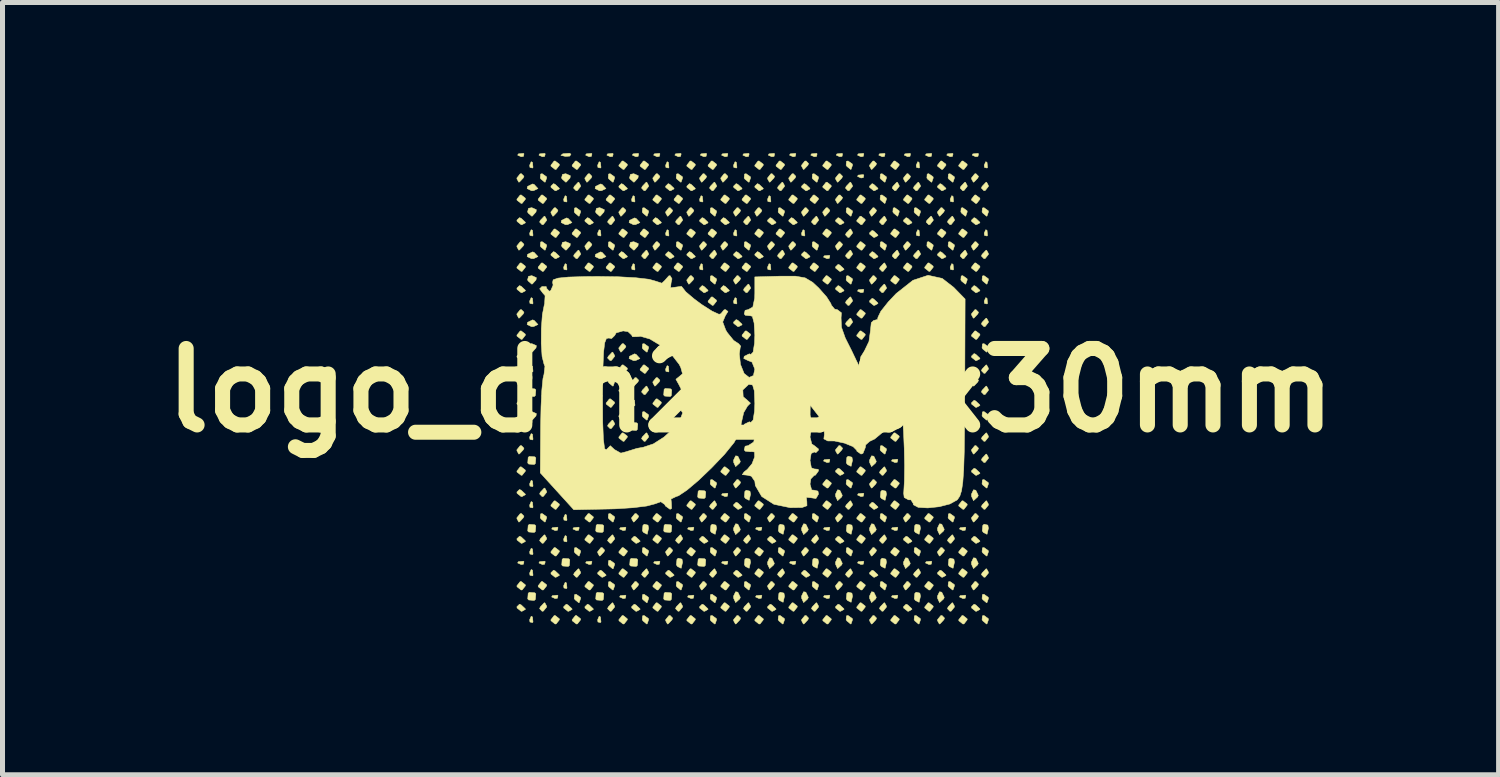
<source format=kicad_pcb>
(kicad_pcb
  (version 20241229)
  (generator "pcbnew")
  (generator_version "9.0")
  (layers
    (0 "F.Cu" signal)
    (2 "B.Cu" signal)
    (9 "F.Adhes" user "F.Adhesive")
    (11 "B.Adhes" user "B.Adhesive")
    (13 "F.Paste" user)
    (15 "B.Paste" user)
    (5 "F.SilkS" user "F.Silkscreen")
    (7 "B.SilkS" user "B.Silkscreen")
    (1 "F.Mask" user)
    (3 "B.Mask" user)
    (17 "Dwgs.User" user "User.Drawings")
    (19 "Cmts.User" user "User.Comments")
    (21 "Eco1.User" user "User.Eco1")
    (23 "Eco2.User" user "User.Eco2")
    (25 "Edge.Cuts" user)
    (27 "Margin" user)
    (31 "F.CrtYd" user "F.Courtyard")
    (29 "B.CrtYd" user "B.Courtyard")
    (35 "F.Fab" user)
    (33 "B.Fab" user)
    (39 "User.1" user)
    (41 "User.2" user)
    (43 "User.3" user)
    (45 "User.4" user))
  (footprint "logo_dm2_30x30mm"
    (layer "F.Cu")
    (at 11.909 4.73)
    (property "Reference" "logo_dm2_30x30mm" (at 0 0 0) (layer "F.SilkS") (effects (font (size 1.524 1.524) (thickness 0.3))))
    (attr through_hole)
    (fp_poly (pts (xy -4.516 -4.713) (xy -4.527 -4.663) (xy -4.572 -4.657) (xy -4.642 -4.688) (xy -4.628 -4.713) (xy -4.528 -4.723) (xy -4.516 -4.713)) (stroke (width 0.01) (type solid)) (fill yes) (layer "F.SilkS"))
    (fp_poly (pts (xy -4.516 3.415) (xy -4.527 3.465) (xy -4.572 3.471) (xy -4.642 3.44) (xy -4.628 3.415) (xy -4.528 3.405) (xy -4.516 3.415)) (stroke (width 0.01) (type solid)) (fill yes) (layer "F.SilkS"))
    (fp_poly (pts (xy -4.346 -4.544) (xy -4.336 -4.443) (xy -4.346 -4.431) (xy -4.397 -4.443) (xy -4.403 -4.487) (xy -4.372 -4.557) (xy -4.346 -4.544)) (stroke (width 0.01) (type solid)) (fill yes) (layer "F.SilkS"))
    (fp_poly (pts (xy -4.346 -3.189) (xy -4.336 -3.089) (xy -4.346 -3.076) (xy -4.397 -3.088) (xy -4.403 -3.133) (xy -4.372 -3.202) (xy -4.346 -3.189)) (stroke (width 0.01) (type solid)) (fill yes) (layer "F.SilkS"))
    (fp_poly (pts (xy -4.346 -1.834) (xy -4.336 -1.734) (xy -4.346 -1.722) (xy -4.397 -1.733) (xy -4.403 -1.778) (xy -4.372 -1.848) (xy -4.346 -1.834)) (stroke (width 0.01) (type solid)) (fill yes) (layer "F.SilkS"))
    (fp_poly (pts (xy -4.346 -0.48) (xy -4.336 -0.379) (xy -4.346 -0.367) (xy -4.397 -0.379) (xy -4.403 -0.423) (xy -4.372 -0.493) (xy -4.346 -0.48)) (stroke (width 0.01) (type solid)) (fill yes) (layer "F.SilkS"))
    (fp_poly (pts (xy -4.346 0.875) (xy -4.336 0.975) (xy -4.346 0.988) (xy -4.397 0.976) (xy -4.403 0.931) (xy -4.372 0.862) (xy -4.346 0.875)) (stroke (width 0.01) (type solid)) (fill yes) (layer "F.SilkS"))
    (fp_poly (pts (xy -4.346 1.806) (xy -4.336 1.907) (xy -4.346 1.919) (xy -4.397 1.907) (xy -4.403 1.863) (xy -4.372 1.793) (xy -4.346 1.806)) (stroke (width 0.01) (type solid)) (fill yes) (layer "F.SilkS"))
    (fp_poly (pts (xy -4.346 2.23) (xy -4.336 2.33) (xy -4.346 2.342) (xy -4.397 2.331) (xy -4.403 2.286) (xy -4.372 2.216) (xy -4.346 2.23)) (stroke (width 0.01) (type solid)) (fill yes) (layer "F.SilkS"))
    (fp_poly (pts (xy -4.346 3.161) (xy -4.336 3.261) (xy -4.346 3.274) (xy -4.397 3.262) (xy -4.403 3.217) (xy -4.372 3.148) (xy -4.346 3.161)) (stroke (width 0.01) (type solid)) (fill yes) (layer "F.SilkS"))
    (fp_poly (pts (xy -4.346 3.584) (xy -4.336 3.685) (xy -4.346 3.697) (xy -4.397 3.685) (xy -4.403 3.641) (xy -4.372 3.571) (xy -4.346 3.584)) (stroke (width 0.01) (type solid)) (fill yes) (layer "F.SilkS"))
    (fp_poly (pts (xy -4.346 4.516) (xy -4.336 4.616) (xy -4.346 4.628) (xy -4.397 4.617) (xy -4.403 4.572) (xy -4.372 4.502) (xy -4.346 4.516)) (stroke (width 0.01) (type solid)) (fill yes) (layer "F.SilkS"))
    (fp_poly (pts (xy -4.092 -4.713) (xy -4.104 -4.663) (xy -4.149 -4.657) (xy -4.218 -4.688) (xy -4.205 -4.713) (xy -4.105 -4.723) (xy -4.092 -4.713)) (stroke (width 0.01) (type solid)) (fill yes) (layer "F.SilkS"))
    (fp_poly (pts (xy -4.092 3.415) (xy -4.104 3.465) (xy -4.149 3.471) (xy -4.218 3.44) (xy -4.205 3.415) (xy -4.105 3.405) (xy -4.092 3.415)) (stroke (width 0.01) (type solid)) (fill yes) (layer "F.SilkS"))
    (fp_poly (pts (xy -3.838 2.738) (xy -3.85 2.788) (xy -3.895 2.794) (xy -3.964 2.763) (xy -3.951 2.738) (xy -3.851 2.727) (xy -3.838 2.738)) (stroke (width 0.01) (type solid)) (fill yes) (layer "F.SilkS"))
    (fp_poly (pts (xy -3.838 4.092) (xy -3.85 4.143) (xy -3.895 4.149) (xy -3.964 4.118) (xy -3.951 4.092) (xy -3.851 4.082) (xy -3.838 4.092)) (stroke (width 0.01) (type solid)) (fill yes) (layer "F.SilkS"))
    (fp_poly (pts (xy -3.669 -3.866) (xy -3.659 -3.766) (xy -3.669 -3.754) (xy -3.719 -3.765) (xy -3.725 -3.81) (xy -3.694 -3.88) (xy -3.669 -3.866)) (stroke (width 0.01) (type solid)) (fill yes) (layer "F.SilkS"))
    (fp_poly (pts (xy -3.669 -2.512) (xy -3.659 -2.411) (xy -3.669 -2.399) (xy -3.719 -2.411) (xy -3.725 -2.455) (xy -3.694 -2.525) (xy -3.669 -2.512)) (stroke (width 0.01) (type solid)) (fill yes) (layer "F.SilkS"))
    (fp_poly (pts (xy -3.669 2.484) (xy -3.659 2.584) (xy -3.669 2.596) (xy -3.719 2.585) (xy -3.725 2.54) (xy -3.694 2.47) (xy -3.669 2.484)) (stroke (width 0.01) (type solid)) (fill yes) (layer "F.SilkS"))
    (fp_poly (pts (xy -3.669 2.907) (xy -3.659 3.007) (xy -3.669 3.02) (xy -3.719 3.008) (xy -3.725 2.963) (xy -3.694 2.894) (xy -3.669 2.907)) (stroke (width 0.01) (type solid)) (fill yes) (layer "F.SilkS"))
    (fp_poly (pts (xy -3.669 3.838) (xy -3.659 3.939) (xy -3.669 3.951) (xy -3.719 3.939) (xy -3.725 3.895) (xy -3.694 3.825) (xy -3.669 3.838)) (stroke (width 0.01) (type solid)) (fill yes) (layer "F.SilkS"))
    (fp_poly (pts (xy -3.579 -4.708) (xy -3.604 -4.669) (xy -3.69 -4.663) (xy -3.78 -4.684) (xy -3.741 -4.715) (xy -3.609 -4.725) (xy -3.579 -4.708)) (stroke (width 0.01) (type solid)) (fill yes) (layer "F.SilkS"))
    (fp_poly (pts (xy -3.415 2.738) (xy -3.427 2.788) (xy -3.471 2.794) (xy -3.541 2.763) (xy -3.528 2.738) (xy -3.427 2.727) (xy -3.415 2.738)) (stroke (width 0.01) (type solid)) (fill yes) (layer "F.SilkS"))
    (fp_poly (pts (xy -3.161 -4.713) (xy -3.173 -4.663) (xy -3.217 -4.657) (xy -3.287 -4.688) (xy -3.274 -4.713) (xy -3.173 -4.723) (xy -3.161 -4.713)) (stroke (width 0.01) (type solid)) (fill yes) (layer "F.SilkS"))
    (fp_poly (pts (xy -3.161 3.415) (xy -3.173 3.465) (xy -3.217 3.471) (xy -3.287 3.44) (xy -3.274 3.415) (xy -3.173 3.405) (xy -3.161 3.415)) (stroke (width 0.01) (type solid)) (fill yes) (layer "F.SilkS"))
    (fp_poly (pts (xy -2.992 -4.544) (xy -2.981 -4.443) (xy -2.992 -4.431) (xy -3.042 -4.443) (xy -3.048 -4.487) (xy -3.017 -4.557) (xy -2.992 -4.544)) (stroke (width 0.01) (type solid)) (fill yes) (layer "F.SilkS"))
    (fp_poly (pts (xy -2.992 -3.189) (xy -2.981 -3.089) (xy -2.992 -3.076) (xy -3.042 -3.088) (xy -3.048 -3.133) (xy -3.017 -3.202) (xy -2.992 -3.189)) (stroke (width 0.01) (type solid)) (fill yes) (layer "F.SilkS"))
    (fp_poly (pts (xy -2.992 4.516) (xy -2.981 4.616) (xy -2.992 4.628) (xy -3.042 4.617) (xy -3.048 4.572) (xy -3.017 4.502) (xy -2.992 4.516)) (stroke (width 0.01) (type solid)) (fill yes) (layer "F.SilkS"))
    (fp_poly (pts (xy -2.738 -4.713) (xy -2.749 -4.663) (xy -2.794 -4.657) (xy -2.864 -4.688) (xy -2.85 -4.713) (xy -2.75 -4.723) (xy -2.738 -4.713)) (stroke (width 0.01) (type solid)) (fill yes) (layer "F.SilkS"))
    (fp_poly (pts (xy -2.484 2.738) (xy -2.495 2.788) (xy -2.54 2.794) (xy -2.61 2.763) (xy -2.596 2.738) (xy -2.496 2.727) (xy -2.484 2.738)) (stroke (width 0.01) (type solid)) (fill yes) (layer "F.SilkS"))
    (fp_poly (pts (xy -2.484 4.092) (xy -2.495 4.143) (xy -2.54 4.149) (xy -2.61 4.118) (xy -2.596 4.092) (xy -2.496 4.082) (xy -2.484 4.092)) (stroke (width 0.01) (type solid)) (fill yes) (layer "F.SilkS"))
    (fp_poly (pts (xy -2.314 -3.866) (xy -2.304 -3.766) (xy -2.314 -3.754) (xy -2.365 -3.765) (xy -2.371 -3.81) (xy -2.34 -3.88) (xy -2.314 -3.866)) (stroke (width 0.01) (type solid)) (fill yes) (layer "F.SilkS"))
    (fp_poly (pts (xy -2.314 -2.512) (xy -2.304 -2.411) (xy -2.314 -2.399) (xy -2.365 -2.411) (xy -2.371 -2.455) (xy -2.34 -2.525) (xy -2.314 -2.512)) (stroke (width 0.01) (type solid)) (fill yes) (layer "F.SilkS"))
    (fp_poly (pts (xy -2.314 0.198) (xy -2.304 0.298) (xy -2.314 0.31) (xy -2.365 0.299) (xy -2.371 0.254) (xy -2.34 0.184) (xy -2.314 0.198)) (stroke (width 0.01) (type solid)) (fill yes) (layer "F.SilkS"))
    (fp_poly (pts (xy -2.23 -4.713) (xy -2.241 -4.663) (xy -2.286 -4.657) (xy -2.356 -4.688) (xy -2.342 -4.713) (xy -2.242 -4.723) (xy -2.23 -4.713)) (stroke (width 0.01) (type solid)) (fill yes) (layer "F.SilkS"))
    (fp_poly (pts (xy -1.806 -4.713) (xy -1.818 -4.663) (xy -1.863 -4.657) (xy -1.932 -4.688) (xy -1.919 -4.713) (xy -1.819 -4.723) (xy -1.806 -4.713)) (stroke (width 0.01) (type solid)) (fill yes) (layer "F.SilkS"))
    (fp_poly (pts (xy -1.806 0.706) (xy -1.818 0.756) (xy -1.863 0.762) (xy -1.932 0.731) (xy -1.919 0.706) (xy -1.819 0.695) (xy -1.806 0.706)) (stroke (width 0.01) (type solid)) (fill yes) (layer "F.SilkS"))
    (fp_poly (pts (xy -1.806 3.415) (xy -1.818 3.465) (xy -1.863 3.471) (xy -1.932 3.44) (xy -1.919 3.415) (xy -1.819 3.405) (xy -1.806 3.415)) (stroke (width 0.01) (type solid)) (fill yes) (layer "F.SilkS"))
    (fp_poly (pts (xy -1.637 -4.544) (xy -1.627 -4.443) (xy -1.637 -4.431) (xy -1.687 -4.443) (xy -1.693 -4.487) (xy -1.662 -4.557) (xy -1.637 -4.544)) (stroke (width 0.01) (type solid)) (fill yes) (layer "F.SilkS"))
    (fp_poly (pts (xy -1.637 -3.189) (xy -1.627 -3.089) (xy -1.637 -3.076) (xy -1.687 -3.088) (xy -1.693 -3.133) (xy -1.662 -3.202) (xy -1.637 -3.189)) (stroke (width 0.01) (type solid)) (fill yes) (layer "F.SilkS"))
    (fp_poly (pts (xy -1.637 -0.48) (xy -1.627 -0.379) (xy -1.637 -0.367) (xy -1.687 -0.379) (xy -1.693 -0.423) (xy -1.662 -0.493) (xy -1.637 -0.48)) (stroke (width 0.01) (type solid)) (fill yes) (layer "F.SilkS"))
    (fp_poly (pts (xy -1.383 -4.713) (xy -1.395 -4.663) (xy -1.439 -4.657) (xy -1.509 -4.688) (xy -1.496 -4.713) (xy -1.395 -4.723) (xy -1.383 -4.713)) (stroke (width 0.01) (type solid)) (fill yes) (layer "F.SilkS"))
    (fp_poly (pts (xy -1.129 2.738) (xy -1.141 2.788) (xy -1.185 2.794) (xy -1.255 2.763) (xy -1.242 2.738) (xy -1.141 2.727) (xy -1.129 2.738)) (stroke (width 0.01) (type solid)) (fill yes) (layer "F.SilkS"))
    (fp_poly (pts (xy -1.129 4.092) (xy -1.141 4.143) (xy -1.185 4.149) (xy -1.255 4.118) (xy -1.242 4.092) (xy -1.141 4.082) (xy -1.129 4.092)) (stroke (width 0.01) (type solid)) (fill yes) (layer "F.SilkS"))
    (fp_poly (pts (xy -0.96 -3.866) (xy -0.949 -3.766) (xy -0.96 -3.754) (xy -1.01 -3.765) (xy -1.016 -3.81) (xy -0.985 -3.88) (xy -0.96 -3.866)) (stroke (width 0.01) (type solid)) (fill yes) (layer "F.SilkS"))
    (fp_poly (pts (xy -0.96 -2.512) (xy -0.949 -2.411) (xy -0.96 -2.399) (xy -1.01 -2.411) (xy -1.016 -2.455) (xy -0.985 -2.525) (xy -0.96 -2.512)) (stroke (width 0.01) (type solid)) (fill yes) (layer "F.SilkS"))
    (fp_poly (pts (xy -0.875 -4.713) (xy -0.887 -4.663) (xy -0.931 -4.657) (xy -1.001 -4.688) (xy -0.988 -4.713) (xy -0.887 -4.723) (xy -0.875 -4.713)) (stroke (width 0.01) (type solid)) (fill yes) (layer "F.SilkS"))
    (fp_poly (pts (xy -0.452 -4.713) (xy -0.463 -4.663) (xy -0.508 -4.657) (xy -0.578 -4.688) (xy -0.564 -4.713) (xy -0.464 -4.723) (xy -0.452 -4.713)) (stroke (width 0.01) (type solid)) (fill yes) (layer "F.SilkS"))
    (fp_poly (pts (xy -0.452 2.06) (xy -0.463 2.111) (xy -0.508 2.117) (xy -0.578 2.086) (xy -0.564 2.06) (xy -0.464 2.05) (xy -0.452 2.06)) (stroke (width 0.01) (type solid)) (fill yes) (layer "F.SilkS"))
    (fp_poly (pts (xy -0.452 3.415) (xy -0.463 3.465) (xy -0.508 3.471) (xy -0.578 3.44) (xy -0.564 3.415) (xy -0.464 3.405) (xy -0.452 3.415)) (stroke (width 0.01) (type solid)) (fill yes) (layer "F.SilkS"))
    (fp_poly (pts (xy -0.282 -4.544) (xy -0.272 -4.443) (xy -0.282 -4.431) (xy -0.333 -4.443) (xy -0.339 -4.487) (xy -0.308 -4.557) (xy -0.282 -4.544)) (stroke (width 0.01) (type solid)) (fill yes) (layer "F.SilkS"))
    (fp_poly (pts (xy -0.282 -3.189) (xy -0.272 -3.089) (xy -0.282 -3.076) (xy -0.333 -3.088) (xy -0.339 -3.133) (xy -0.308 -3.202) (xy -0.282 -3.189)) (stroke (width 0.01) (type solid)) (fill yes) (layer "F.SilkS"))
    (fp_poly (pts (xy -0.282 -1.834) (xy -0.272 -1.734) (xy -0.282 -1.722) (xy -0.333 -1.733) (xy -0.339 -1.778) (xy -0.308 -1.848) (xy -0.282 -1.834)) (stroke (width 0.01) (type solid)) (fill yes) (layer "F.SilkS"))
    (fp_poly (pts (xy -0.028 -4.713) (xy -0.04 -4.663) (xy -0.085 -4.657) (xy -0.154 -4.688) (xy -0.141 -4.713) (xy -0.041 -4.723) (xy -0.028 -4.713)) (stroke (width 0.01) (type solid)) (fill yes) (layer "F.SilkS"))
    (fp_poly (pts (xy 0.226 2.738) (xy 0.214 2.788) (xy 0.169 2.794) (xy 0.1 2.763) (xy 0.113 2.738) (xy 0.213 2.727) (xy 0.226 2.738)) (stroke (width 0.01) (type solid)) (fill yes) (layer "F.SilkS"))
    (fp_poly (pts (xy 0.226 4.092) (xy 0.214 4.143) (xy 0.169 4.149) (xy 0.1 4.118) (xy 0.113 4.092) (xy 0.213 4.082) (xy 0.226 4.092)) (stroke (width 0.01) (type solid)) (fill yes) (layer "F.SilkS"))
    (fp_poly (pts (xy 0.395 -3.866) (xy 0.405 -3.766) (xy 0.395 -3.754) (xy 0.345 -3.765) (xy 0.339 -3.81) (xy 0.37 -3.88) (xy 0.395 -3.866)) (stroke (width 0.01) (type solid)) (fill yes) (layer "F.SilkS"))
    (fp_poly (pts (xy 0.395 -2.512) (xy 0.405 -2.411) (xy 0.395 -2.399) (xy 0.345 -2.411) (xy 0.339 -2.455) (xy 0.37 -2.525) (xy 0.395 -2.512)) (stroke (width 0.01) (type solid)) (fill yes) (layer "F.SilkS"))
    (fp_poly (pts (xy 0.48 -4.713) (xy 0.468 -4.663) (xy 0.423 -4.657) (xy 0.354 -4.688) (xy 0.367 -4.713) (xy 0.467 -4.723) (xy 0.48 -4.713)) (stroke (width 0.01) (type solid)) (fill yes) (layer "F.SilkS"))
    (fp_poly (pts (xy 0.903 -4.713) (xy 0.891 -4.663) (xy 0.847 -4.657) (xy 0.777 -4.688) (xy 0.79 -4.713) (xy 0.891 -4.723) (xy 0.903 -4.713)) (stroke (width 0.01) (type solid)) (fill yes) (layer "F.SilkS"))
    (fp_poly (pts (xy 0.903 3.415) (xy 0.891 3.465) (xy 0.847 3.471) (xy 0.777 3.44) (xy 0.79 3.415) (xy 0.891 3.405) (xy 0.903 3.415)) (stroke (width 0.01) (type solid)) (fill yes) (layer "F.SilkS"))
    (fp_poly (pts (xy 1.072 -3.189) (xy 1.083 -3.089) (xy 1.072 -3.076) (xy 1.022 -3.088) (xy 1.016 -3.133) (xy 1.047 -3.202) (xy 1.072 -3.189)) (stroke (width 0.01) (type solid)) (fill yes) (layer "F.SilkS"))
    (fp_poly (pts (xy 1.326 -4.713) (xy 1.315 -4.663) (xy 1.27 -4.657) (xy 1.2 -4.688) (xy 1.214 -4.713) (xy 1.314 -4.723) (xy 1.326 -4.713)) (stroke (width 0.01) (type solid)) (fill yes) (layer "F.SilkS"))
    (fp_poly (pts (xy 1.58 -2.681) (xy 1.569 -2.631) (xy 1.524 -2.625) (xy 1.454 -2.656) (xy 1.468 -2.681) (xy 1.568 -2.691) (xy 1.58 -2.681)) (stroke (width 0.01) (type solid)) (fill yes) (layer "F.SilkS"))
    (fp_poly (pts (xy 1.58 1.383) (xy 1.569 1.433) (xy 1.524 1.439) (xy 1.454 1.408) (xy 1.468 1.383) (xy 1.568 1.373) (xy 1.58 1.383)) (stroke (width 0.01) (type solid)) (fill yes) (layer "F.SilkS"))
    (fp_poly (pts (xy 1.58 2.738) (xy 1.569 2.788) (xy 1.524 2.794) (xy 1.454 2.763) (xy 1.468 2.738) (xy 1.568 2.727) (xy 1.58 2.738)) (stroke (width 0.01) (type solid)) (fill yes) (layer "F.SilkS"))
    (fp_poly (pts (xy 1.58 4.092) (xy 1.569 4.143) (xy 1.524 4.149) (xy 1.454 4.118) (xy 1.468 4.092) (xy 1.568 4.082) (xy 1.58 4.092)) (stroke (width 0.01) (type solid)) (fill yes) (layer "F.SilkS"))
    (fp_poly (pts (xy 1.834 -4.713) (xy 1.823 -4.663) (xy 1.778 -4.657) (xy 1.708 -4.688) (xy 1.722 -4.713) (xy 1.822 -4.723) (xy 1.834 -4.713)) (stroke (width 0.01) (type solid)) (fill yes) (layer "F.SilkS"))
    (fp_poly (pts (xy 2.258 -4.713) (xy 2.246 -4.663) (xy 2.201 -4.657) (xy 2.132 -4.688) (xy 2.145 -4.713) (xy 2.245 -4.723) (xy 2.258 -4.713)) (stroke (width 0.01) (type solid)) (fill yes) (layer "F.SilkS"))
    (fp_poly (pts (xy 2.258 -4.29) (xy 2.246 -4.239) (xy 2.201 -4.233) (xy 2.132 -4.264) (xy 2.145 -4.29) (xy 2.245 -4.3) (xy 2.258 -4.29)) (stroke (width 0.01) (type solid)) (fill yes) (layer "F.SilkS"))
    (fp_poly (pts (xy 2.258 -2.004) (xy 2.246 -1.953) (xy 2.201 -1.947) (xy 2.132 -1.978) (xy 2.145 -2.004) (xy 2.245 -2.014) (xy 2.258 -2.004)) (stroke (width 0.01) (type solid)) (fill yes) (layer "F.SilkS"))
    (fp_poly (pts (xy 2.258 2.06) (xy 2.246 2.111) (xy 2.201 2.117) (xy 2.132 2.086) (xy 2.145 2.06) (xy 2.245 2.05) (xy 2.258 2.06)) (stroke (width 0.01) (type solid)) (fill yes) (layer "F.SilkS"))
    (fp_poly (pts (xy 2.258 3.415) (xy 2.246 3.465) (xy 2.201 3.471) (xy 2.132 3.44) (xy 2.145 3.415) (xy 2.245 3.405) (xy 2.258 3.415)) (stroke (width 0.01) (type solid)) (fill yes) (layer "F.SilkS"))
    (fp_poly (pts (xy 2.681 -4.713) (xy 2.669 -4.663) (xy 2.625 -4.657) (xy 2.555 -4.688) (xy 2.568 -4.713) (xy 2.669 -4.723) (xy 2.681 -4.713)) (stroke (width 0.01) (type solid)) (fill yes) (layer "F.SilkS"))
    (fp_poly (pts (xy 2.935 1.383) (xy 2.923 1.433) (xy 2.879 1.439) (xy 2.809 1.408) (xy 2.822 1.383) (xy 2.923 1.373) (xy 2.935 1.383)) (stroke (width 0.01) (type solid)) (fill yes) (layer "F.SilkS"))
    (fp_poly (pts (xy 2.935 2.738) (xy 2.923 2.788) (xy 2.879 2.794) (xy 2.809 2.763) (xy 2.822 2.738) (xy 2.923 2.727) (xy 2.935 2.738)) (stroke (width 0.01) (type solid)) (fill yes) (layer "F.SilkS"))
    (fp_poly (pts (xy 2.935 4.092) (xy 2.923 4.143) (xy 2.879 4.149) (xy 2.809 4.118) (xy 2.822 4.092) (xy 2.923 4.082) (xy 2.935 4.092)) (stroke (width 0.01) (type solid)) (fill yes) (layer "F.SilkS"))
    (fp_poly (pts (xy 3.189 -4.713) (xy 3.177 -4.663) (xy 3.133 -4.657) (xy 3.063 -4.688) (xy 3.076 -4.713) (xy 3.177 -4.723) (xy 3.189 -4.713)) (stroke (width 0.01) (type solid)) (fill yes) (layer "F.SilkS"))
    (fp_poly (pts (xy 3.358 -4.544) (xy 3.369 -4.443) (xy 3.358 -4.431) (xy 3.308 -4.443) (xy 3.302 -4.487) (xy 3.333 -4.557) (xy 3.358 -4.544)) (stroke (width 0.01) (type solid)) (fill yes) (layer "F.SilkS"))
    (fp_poly (pts (xy 3.358 -3.189) (xy 3.369 -3.089) (xy 3.358 -3.076) (xy 3.308 -3.088) (xy 3.302 -3.133) (xy 3.333 -3.202) (xy 3.358 -3.189)) (stroke (width 0.01) (type solid)) (fill yes) (layer "F.SilkS"))
    (fp_poly (pts (xy 3.612 -4.713) (xy 3.601 -4.663) (xy 3.556 -4.657) (xy 3.486 -4.688) (xy 3.5 -4.713) (xy 3.6 -4.723) (xy 3.612 -4.713)) (stroke (width 0.01) (type solid)) (fill yes) (layer "F.SilkS"))
    (fp_poly (pts (xy 3.612 3.415) (xy 3.601 3.465) (xy 3.556 3.471) (xy 3.486 3.44) (xy 3.5 3.415) (xy 3.6 3.405) (xy 3.612 3.415)) (stroke (width 0.01) (type solid)) (fill yes) (layer "F.SilkS"))
    (fp_poly (pts (xy 4.036 -4.713) (xy 4.024 -4.663) (xy 3.979 -4.657) (xy 3.91 -4.688) (xy 3.923 -4.713) (xy 4.023 -4.723) (xy 4.036 -4.713)) (stroke (width 0.01) (type solid)) (fill yes) (layer "F.SilkS"))
    (fp_poly (pts (xy 4.036 -3.866) (xy 4.046 -3.766) (xy 4.036 -3.754) (xy 3.985 -3.765) (xy 3.979 -3.81) (xy 4.01 -3.88) (xy 4.036 -3.866)) (stroke (width 0.01) (type solid)) (fill yes) (layer "F.SilkS"))
    (fp_poly (pts (xy 4.036 -2.512) (xy 4.046 -2.411) (xy 4.036 -2.399) (xy 3.985 -2.411) (xy 3.979 -2.455) (xy 4.01 -2.525) (xy 4.036 -2.512)) (stroke (width 0.01) (type solid)) (fill yes) (layer "F.SilkS"))
    (fp_poly (pts (xy 4.29 2.738) (xy 4.278 2.788) (xy 4.233 2.794) (xy 4.164 2.763) (xy 4.177 2.738) (xy 4.277 2.727) (xy 4.29 2.738)) (stroke (width 0.01) (type solid)) (fill yes) (layer "F.SilkS"))
    (fp_poly (pts (xy 4.29 4.092) (xy 4.278 4.143) (xy 4.233 4.149) (xy 4.164 4.118) (xy 4.177 4.092) (xy 4.277 4.082) (xy 4.29 4.092)) (stroke (width 0.01) (type solid)) (fill yes) (layer "F.SilkS"))
    (fp_poly (pts (xy 4.544 -4.713) (xy 4.532 -4.663) (xy 4.487 -4.657) (xy 4.418 -4.688) (xy 4.431 -4.713) (xy 4.531 -4.723) (xy 4.544 -4.713)) (stroke (width 0.01) (type solid)) (fill yes) (layer "F.SilkS"))
    (fp_poly (pts (xy 4.713 -4.544) (xy 4.723 -4.443) (xy 4.713 -4.431) (xy 4.663 -4.443) (xy 4.657 -4.487) (xy 4.688 -4.557) (xy 4.713 -4.544)) (stroke (width 0.01) (type solid)) (fill yes) (layer "F.SilkS"))
    (fp_poly (pts (xy 4.713 -3.189) (xy 4.723 -3.089) (xy 4.713 -3.076) (xy 4.663 -3.088) (xy 4.657 -3.133) (xy 4.688 -3.202) (xy 4.713 -3.189)) (stroke (width 0.01) (type solid)) (fill yes) (layer "F.SilkS"))
    (fp_poly (pts (xy 4.713 -1.834) (xy 4.723 -1.734) (xy 4.713 -1.722) (xy 4.663 -1.733) (xy 4.657 -1.778) (xy 4.688 -1.848) (xy 4.713 -1.834)) (stroke (width 0.01) (type solid)) (fill yes) (layer "F.SilkS"))
    (fp_poly (pts (xy -4.312 -4.103) (xy -4.237 -4.021) (xy -4.323 -3.981) (xy -4.365 -3.979) (xy -4.453 -4.021) (xy -4.444 -4.065) (xy -4.343 -4.114) (xy -4.312 -4.103)) (stroke (width 0.01) (type solid)) (fill yes) (layer "F.SilkS"))
    (fp_poly (pts (xy -4.312 -2.748) (xy -4.237 -2.666) (xy -4.323 -2.626) (xy -4.365 -2.625) (xy -4.453 -2.666) (xy -4.444 -2.711) (xy -4.343 -2.76) (xy -4.312 -2.748)) (stroke (width 0.01) (type solid)) (fill yes) (layer "F.SilkS"))
    (fp_poly (pts (xy -4.312 -1.393) (xy -4.237 -1.312) (xy -4.323 -1.272) (xy -4.365 -1.27) (xy -4.453 -1.312) (xy -4.444 -1.356) (xy -4.343 -1.405) (xy -4.312 -1.393)) (stroke (width 0.01) (type solid)) (fill yes) (layer "F.SilkS"))
    (fp_poly (pts (xy -3.635 -3.425) (xy -3.56 -3.344) (xy -3.645 -3.304) (xy -3.688 -3.302) (xy -3.775 -3.344) (xy -3.767 -3.388) (xy -3.665 -3.437) (xy -3.635 -3.425)) (stroke (width 0.01) (type solid)) (fill yes) (layer "F.SilkS"))
    (fp_poly (pts (xy -2.957 -4.103) (xy -2.882 -4.021) (xy -2.968 -3.981) (xy -3.011 -3.979) (xy -3.098 -4.021) (xy -3.089 -4.065) (xy -2.988 -4.114) (xy -2.957 -4.103)) (stroke (width 0.01) (type solid)) (fill yes) (layer "F.SilkS"))
    (fp_poly (pts (xy -2.957 -2.748) (xy -2.882 -2.666) (xy -2.968 -2.626) (xy -3.011 -2.625) (xy -3.098 -2.666) (xy -3.089 -2.711) (xy -2.988 -2.76) (xy -2.957 -2.748)) (stroke (width 0.01) (type solid)) (fill yes) (layer "F.SilkS"))
    (fp_poly (pts (xy -2.28 -3.425) (xy -2.205 -3.344) (xy -2.291 -3.304) (xy -2.333 -3.302) (xy -2.421 -3.344) (xy -2.412 -3.388) (xy -2.311 -3.437) (xy -2.28 -3.425)) (stroke (width 0.01) (type solid)) (fill yes) (layer "F.SilkS"))
    (fp_poly (pts (xy -2.28 -0.716) (xy -2.205 -0.634) (xy -2.291 -0.594) (xy -2.333 -0.593) (xy -2.421 -0.634) (xy -2.412 -0.679) (xy -2.311 -0.728) (xy -2.28 -0.716)) (stroke (width 0.01) (type solid)) (fill yes) (layer "F.SilkS"))
    (fp_poly (pts (xy -2.044 2.686) (xy -2.032 2.747) (xy -2.06 2.869) (xy -2.133 2.832) (xy -2.155 2.8) (xy -2.145 2.691) (xy -2.118 2.668) (xy -2.044 2.686)) (stroke (width 0.01) (type solid)) (fill yes) (layer "F.SilkS"))
    (fp_poly (pts (xy -1.367 3.364) (xy -1.355 3.424) (xy -1.383 3.546) (xy -1.456 3.51) (xy -1.478 3.477) (xy -1.467 3.368) (xy -1.441 3.345) (xy -1.367 3.364)) (stroke (width 0.01) (type solid)) (fill yes) (layer "F.SilkS"))
    (fp_poly (pts (xy -0.69 2.686) (xy -0.677 2.747) (xy -0.705 2.869) (xy -0.779 2.832) (xy -0.801 2.8) (xy -0.79 2.691) (xy -0.763 2.668) (xy -0.69 2.686)) (stroke (width 0.01) (type solid)) (fill yes) (layer "F.SilkS"))
    (fp_poly (pts (xy -0.253 1.313) (xy -0.204 1.415) (xy -0.215 1.445) (xy -0.297 1.52) (xy -0.337 1.435) (xy -0.339 1.392) (xy -0.297 1.305) (xy -0.253 1.313)) (stroke (width 0.01) (type solid)) (fill yes) (layer "F.SilkS"))
    (fp_poly (pts (xy -0.253 2.668) (xy -0.204 2.769) (xy -0.215 2.8) (xy -0.297 2.875) (xy -0.337 2.789) (xy -0.339 2.747) (xy -0.297 2.659) (xy -0.253 2.668)) (stroke (width 0.01) (type solid)) (fill yes) (layer "F.SilkS"))
    (fp_poly (pts (xy -0.253 4.023) (xy -0.204 4.124) (xy -0.215 4.155) (xy -0.297 4.23) (xy -0.337 4.144) (xy -0.339 4.101) (xy -0.297 4.014) (xy -0.253 4.023)) (stroke (width 0.01) (type solid)) (fill yes) (layer "F.SilkS"))
    (fp_poly (pts (xy -0.012 2.009) (xy 0 2.069) (xy -0.028 2.192) (xy -0.101 2.155) (xy -0.123 2.123) (xy -0.113 2.014) (xy -0.086 1.991) (xy -0.012 2.009)) (stroke (width 0.01) (type solid)) (fill yes) (layer "F.SilkS"))
    (fp_poly (pts (xy -0.012 3.364) (xy 0 3.424) (xy -0.028 3.546) (xy -0.101 3.51) (xy -0.123 3.477) (xy -0.113 3.368) (xy -0.086 3.345) (xy -0.012 3.364)) (stroke (width 0.01) (type solid)) (fill yes) (layer "F.SilkS"))
    (fp_poly (pts (xy 0.425 3.345) (xy 0.474 3.447) (xy 0.462 3.477) (xy 0.38 3.552) (xy 0.34 3.467) (xy 0.339 3.424) (xy 0.38 3.337) (xy 0.425 3.345)) (stroke (width 0.01) (type solid)) (fill yes) (layer "F.SilkS"))
    (fp_poly (pts (xy 0.665 2.686) (xy 0.677 2.747) (xy 0.649 2.869) (xy 0.576 2.832) (xy 0.554 2.8) (xy 0.565 2.691) (xy 0.591 2.668) (xy 0.665 2.686)) (stroke (width 0.01) (type solid)) (fill yes) (layer "F.SilkS"))
    (fp_poly (pts (xy 0.665 4.041) (xy 0.677 4.101) (xy 0.649 4.224) (xy 0.576 4.187) (xy 0.554 4.155) (xy 0.565 4.046) (xy 0.591 4.023) (xy 0.665 4.041)) (stroke (width 0.01) (type solid)) (fill yes) (layer "F.SilkS"))
    (fp_poly (pts (xy 1.102 2.668) (xy 1.151 2.769) (xy 1.139 2.8) (xy 1.058 2.875) (xy 1.018 2.789) (xy 1.016 2.747) (xy 1.058 2.659) (xy 1.102 2.668)) (stroke (width 0.01) (type solid)) (fill yes) (layer "F.SilkS"))
    (fp_poly (pts (xy 1.102 4.023) (xy 1.151 4.124) (xy 1.139 4.155) (xy 1.058 4.23) (xy 1.018 4.144) (xy 1.016 4.101) (xy 1.058 4.014) (xy 1.102 4.023)) (stroke (width 0.01) (type solid)) (fill yes) (layer "F.SilkS"))
    (fp_poly (pts (xy 1.342 3.364) (xy 1.355 3.424) (xy 1.327 3.546) (xy 1.253 3.51) (xy 1.231 3.477) (xy 1.242 3.368) (xy 1.269 3.345) (xy 1.342 3.364)) (stroke (width 0.01) (type solid)) (fill yes) (layer "F.SilkS"))
    (fp_poly (pts (xy 1.779 1.991) (xy 1.828 2.092) (xy 1.817 2.123) (xy 1.735 2.198) (xy 1.695 2.112) (xy 1.693 2.069) (xy 1.735 1.982) (xy 1.779 1.991)) (stroke (width 0.01) (type solid)) (fill yes) (layer "F.SilkS"))
    (fp_poly (pts (xy 1.779 3.345) (xy 1.828 3.447) (xy 1.817 3.477) (xy 1.735 3.552) (xy 1.695 3.467) (xy 1.693 3.424) (xy 1.735 3.337) (xy 1.779 3.345)) (stroke (width 0.01) (type solid)) (fill yes) (layer "F.SilkS"))
    (fp_poly (pts (xy 2.02 1.332) (xy 2.032 1.392) (xy 2.004 1.514) (xy 1.931 1.478) (xy 1.909 1.445) (xy 1.919 1.336) (xy 1.946 1.313) (xy 2.02 1.332)) (stroke (width 0.01) (type solid)) (fill yes) (layer "F.SilkS"))
    (fp_poly (pts (xy 2.02 2.686) (xy 2.032 2.747) (xy 2.004 2.869) (xy 1.931 2.832) (xy 1.909 2.8) (xy 1.919 2.691) (xy 1.946 2.668) (xy 2.02 2.686)) (stroke (width 0.01) (type solid)) (fill yes) (layer "F.SilkS"))
    (fp_poly (pts (xy 2.02 4.041) (xy 2.032 4.101) (xy 2.004 4.224) (xy 1.931 4.187) (xy 1.909 4.155) (xy 1.919 4.046) (xy 1.946 4.023) (xy 2.02 4.041)) (stroke (width 0.01) (type solid)) (fill yes) (layer "F.SilkS"))
    (fp_poly (pts (xy 2.457 1.313) (xy 2.506 1.415) (xy 2.494 1.445) (xy 2.412 1.52) (xy 2.372 1.435) (xy 2.371 1.392) (xy 2.412 1.305) (xy 2.457 1.313)) (stroke (width 0.01) (type solid)) (fill yes) (layer "F.SilkS"))
    (fp_poly (pts (xy 2.457 2.668) (xy 2.506 2.769) (xy 2.494 2.8) (xy 2.412 2.875) (xy 2.372 2.789) (xy 2.371 2.747) (xy 2.412 2.659) (xy 2.457 2.668)) (stroke (width 0.01) (type solid)) (fill yes) (layer "F.SilkS"))
    (fp_poly (pts (xy 2.457 4.023) (xy 2.506 4.124) (xy 2.494 4.155) (xy 2.412 4.23) (xy 2.372 4.144) (xy 2.371 4.101) (xy 2.412 4.014) (xy 2.457 4.023)) (stroke (width 0.01) (type solid)) (fill yes) (layer "F.SilkS"))
    (fp_poly (pts (xy 2.697 2.009) (xy 2.709 2.069) (xy 2.681 2.192) (xy 2.608 2.155) (xy 2.586 2.123) (xy 2.597 2.014) (xy 2.623 1.991) (xy 2.697 2.009)) (stroke (width 0.01) (type solid)) (fill yes) (layer "F.SilkS"))
    (fp_poly (pts (xy 2.697 3.364) (xy 2.709 3.424) (xy 2.681 3.546) (xy 2.608 3.51) (xy 2.586 3.477) (xy 2.597 3.368) (xy 2.623 3.345) (xy 2.697 3.364)) (stroke (width 0.01) (type solid)) (fill yes) (layer "F.SilkS"))
    (fp_poly (pts (xy 3.134 3.345) (xy 3.183 3.447) (xy 3.171 3.477) (xy 3.09 3.552) (xy 3.05 3.467) (xy 3.048 3.424) (xy 3.09 3.337) (xy 3.134 3.345)) (stroke (width 0.01) (type solid)) (fill yes) (layer "F.SilkS"))
    (fp_poly (pts (xy 3.374 2.686) (xy 3.387 2.747) (xy 3.359 2.869) (xy 3.285 2.832) (xy 3.263 2.8) (xy 3.274 2.691) (xy 3.301 2.668) (xy 3.374 2.686)) (stroke (width 0.01) (type solid)) (fill yes) (layer "F.SilkS"))
    (fp_poly (pts (xy 3.374 4.041) (xy 3.387 4.101) (xy 3.359 4.224) (xy 3.285 4.187) (xy 3.263 4.155) (xy 3.274 4.046) (xy 3.301 4.023) (xy 3.374 4.041)) (stroke (width 0.01) (type solid)) (fill yes) (layer "F.SilkS"))
    (fp_poly (pts (xy 3.811 2.668) (xy 3.86 2.769) (xy 3.849 2.8) (xy 3.767 2.875) (xy 3.727 2.789) (xy 3.725 2.747) (xy 3.767 2.659) (xy 3.811 2.668)) (stroke (width 0.01) (type solid)) (fill yes) (layer "F.SilkS"))
    (fp_poly (pts (xy 3.811 4.023) (xy 3.86 4.124) (xy 3.849 4.155) (xy 3.767 4.23) (xy 3.727 4.144) (xy 3.725 4.101) (xy 3.767 4.014) (xy 3.811 4.023)) (stroke (width 0.01) (type solid)) (fill yes) (layer "F.SilkS"))
    (fp_poly (pts (xy 4.052 3.364) (xy 4.064 3.424) (xy 4.036 3.546) (xy 3.963 3.51) (xy 3.941 3.477) (xy 3.951 3.368) (xy 3.978 3.345) (xy 4.052 3.364)) (stroke (width 0.01) (type solid)) (fill yes) (layer "F.SilkS"))
    (fp_poly (pts (xy 4.489 1.991) (xy 4.538 2.092) (xy 4.526 2.123) (xy 4.444 2.198) (xy 4.404 2.112) (xy 4.403 2.069) (xy 4.444 1.982) (xy 4.489 1.991)) (stroke (width 0.01) (type solid)) (fill yes) (layer "F.SilkS"))
    (fp_poly (pts (xy 4.489 3.345) (xy 4.538 3.447) (xy 4.526 3.477) (xy 4.444 3.552) (xy 4.404 3.467) (xy 4.403 3.424) (xy 4.444 3.337) (xy 4.489 3.345)) (stroke (width 0.01) (type solid)) (fill yes) (layer "F.SilkS"))
    (fp_poly (pts (xy 4.729 2.686) (xy 4.741 2.747) (xy 4.713 2.869) (xy 4.64 2.832) (xy 4.618 2.8) (xy 4.629 2.691) (xy 4.655 2.668) (xy 4.729 2.686)) (stroke (width 0.01) (type solid)) (fill yes) (layer "F.SilkS"))
    (fp_poly (pts (xy -4.572 -3.429) (xy -4.491 -3.353) (xy -4.487 -3.339) (xy -4.553 -3.303) (xy -4.572 -3.302) (xy -4.653 -3.367) (xy -4.657 -3.392) (xy -4.605 -3.442) (xy -4.572 -3.429)) (stroke (width 0.01) (type solid)) (fill yes) (layer "F.SilkS"))
    (fp_poly (pts (xy -4.572 -2.074) (xy -4.491 -1.998) (xy -4.487 -1.985) (xy -4.553 -1.948) (xy -4.572 -1.947) (xy -4.653 -2.012) (xy -4.657 -2.037) (xy -4.605 -2.088) (xy -4.572 -2.074)) (stroke (width 0.01) (type solid)) (fill yes) (layer "F.SilkS"))
    (fp_poly (pts (xy -4.572 -0.72) (xy -4.491 -0.644) (xy -4.487 -0.63) (xy -4.553 -0.594) (xy -4.572 -0.593) (xy -4.653 -0.658) (xy -4.657 -0.682) (xy -4.605 -0.733) (xy -4.572 -0.72)) (stroke (width 0.01) (type solid)) (fill yes) (layer "F.SilkS"))
    (fp_poly (pts (xy -4.572 0.635) (xy -4.491 0.711) (xy -4.487 0.725) (xy -4.553 0.761) (xy -4.572 0.762) (xy -4.653 0.697) (xy -4.657 0.672) (xy -4.605 0.622) (xy -4.572 0.635)) (stroke (width 0.01) (type solid)) (fill yes) (layer "F.SilkS"))
    (fp_poly (pts (xy -4.572 1.99) (xy -4.491 2.066) (xy -4.487 2.079) (xy -4.553 2.116) (xy -4.572 2.117) (xy -4.653 2.052) (xy -4.657 2.027) (xy -4.605 1.976) (xy -4.572 1.99)) (stroke (width 0.01) (type solid)) (fill yes) (layer "F.SilkS"))
    (fp_poly (pts (xy -4.572 2.921) (xy -4.491 2.997) (xy -4.487 3.011) (xy -4.553 3.047) (xy -4.572 3.048) (xy -4.653 2.983) (xy -4.657 2.958) (xy -4.605 2.908) (xy -4.572 2.921)) (stroke (width 0.01) (type solid)) (fill yes) (layer "F.SilkS"))
    (fp_poly (pts (xy -4.572 4.276) (xy -4.491 4.352) (xy -4.487 4.365) (xy -4.553 4.402) (xy -4.572 4.403) (xy -4.653 4.338) (xy -4.657 4.313) (xy -4.605 4.262) (xy -4.572 4.276)) (stroke (width 0.01) (type solid)) (fill yes) (layer "F.SilkS"))
    (fp_poly (pts (xy -4.516 -4.266) (xy -4.53 -4.233) (xy -4.606 -4.153) (xy -4.619 -4.149) (xy -4.656 -4.214) (xy -4.657 -4.233) (xy -4.592 -4.315) (xy -4.567 -4.318) (xy -4.516 -4.266)) (stroke (width 0.01) (type solid)) (fill yes) (layer "F.SilkS"))
    (fp_poly (pts (xy -4.516 -2.911) (xy -4.53 -2.879) (xy -4.606 -2.798) (xy -4.619 -2.794) (xy -4.656 -2.86) (xy -4.657 -2.879) (xy -4.592 -2.96) (xy -4.567 -2.963) (xy -4.516 -2.911)) (stroke (width 0.01) (type solid)) (fill yes) (layer "F.SilkS"))
    (fp_poly (pts (xy -4.516 -1.557) (xy -4.53 -1.524) (xy -4.606 -1.443) (xy -4.619 -1.439) (xy -4.656 -1.505) (xy -4.657 -1.524) (xy -4.592 -1.605) (xy -4.567 -1.609) (xy -4.516 -1.557)) (stroke (width 0.01) (type solid)) (fill yes) (layer "F.SilkS"))
    (fp_poly (pts (xy -4.516 -0.202) (xy -4.53 -0.169) (xy -4.606 -0.089) (xy -4.619 -0.085) (xy -4.656 -0.15) (xy -4.657 -0.169) (xy -4.592 -0.251) (xy -4.567 -0.254) (xy -4.516 -0.202)) (stroke (width 0.01) (type solid)) (fill yes) (layer "F.SilkS"))
    (fp_poly (pts (xy -4.516 1.153) (xy -4.53 1.185) (xy -4.606 1.266) (xy -4.619 1.27) (xy -4.656 1.204) (xy -4.657 1.185) (xy -4.592 1.104) (xy -4.567 1.101) (xy -4.516 1.153)) (stroke (width 0.01) (type solid)) (fill yes) (layer "F.SilkS"))
    (fp_poly (pts (xy -4.516 2.507) (xy -4.53 2.54) (xy -4.606 2.621) (xy -4.619 2.625) (xy -4.656 2.559) (xy -4.657 2.54) (xy -4.592 2.459) (xy -4.567 2.455) (xy -4.516 2.507)) (stroke (width 0.01) (type solid)) (fill yes) (layer "F.SilkS"))
    (fp_poly (pts (xy -4.49 -3.83) (xy -4.487 -3.81) (xy -4.552 -3.728) (xy -4.572 -3.725) (xy -4.654 -3.79) (xy -4.657 -3.81) (xy -4.592 -3.892) (xy -4.572 -3.895) (xy -4.49 -3.83)) (stroke (width 0.01) (type solid)) (fill yes) (layer "F.SilkS"))
    (fp_poly (pts (xy -4.49 -2.476) (xy -4.487 -2.455) (xy -4.552 -2.373) (xy -4.572 -2.371) (xy -4.654 -2.435) (xy -4.657 -2.455) (xy -4.592 -2.538) (xy -4.572 -2.54) (xy -4.49 -2.476)) (stroke (width 0.01) (type solid)) (fill yes) (layer "F.SilkS"))
    (fp_poly (pts (xy -4.49 -1.121) (xy -4.487 -1.101) (xy -4.552 -1.018) (xy -4.572 -1.016) (xy -4.654 -1.08) (xy -4.657 -1.101) (xy -4.592 -1.183) (xy -4.572 -1.185) (xy -4.49 -1.121)) (stroke (width 0.01) (type solid)) (fill yes) (layer "F.SilkS"))
    (fp_poly (pts (xy -4.49 0.234) (xy -4.487 0.254) (xy -4.552 0.336) (xy -4.572 0.339) (xy -4.654 0.274) (xy -4.657 0.254) (xy -4.592 0.172) (xy -4.572 0.169) (xy -4.49 0.234)) (stroke (width 0.01) (type solid)) (fill yes) (layer "F.SilkS"))
    (fp_poly (pts (xy -4.49 1.588) (xy -4.487 1.609) (xy -4.552 1.691) (xy -4.572 1.693) (xy -4.654 1.629) (xy -4.657 1.609) (xy -4.592 1.526) (xy -4.572 1.524) (xy -4.49 1.588)) (stroke (width 0.01) (type solid)) (fill yes) (layer "F.SilkS"))
    (fp_poly (pts (xy -4.49 3.874) (xy -4.487 3.895) (xy -4.552 3.977) (xy -4.572 3.979) (xy -4.654 3.915) (xy -4.657 3.895) (xy -4.592 3.812) (xy -4.572 3.81) (xy -4.49 3.874)) (stroke (width 0.01) (type solid)) (fill yes) (layer "F.SilkS"))
    (fp_poly (pts (xy -4.299 -0.029) (xy -4.28 -0.007) (xy -4.289 0.103) (xy -4.311 0.123) (xy -4.421 0.114) (xy -4.441 0.092) (xy -4.432 -0.019) (xy -4.41 -0.038) (xy -4.299 -0.029)) (stroke (width 0.01) (type solid)) (fill yes) (layer "F.SilkS"))
    (fp_poly (pts (xy -4.299 1.325) (xy -4.28 1.347) (xy -4.289 1.458) (xy -4.311 1.477) (xy -4.421 1.469) (xy -4.441 1.447) (xy -4.432 1.336) (xy -4.41 1.317) (xy -4.299 1.325)) (stroke (width 0.01) (type solid)) (fill yes) (layer "F.SilkS"))
    (fp_poly (pts (xy -4.299 2.68) (xy -4.28 2.702) (xy -4.289 2.813) (xy -4.311 2.832) (xy -4.421 2.823) (xy -4.441 2.801) (xy -4.432 2.691) (xy -4.41 2.671) (xy -4.299 2.68)) (stroke (width 0.01) (type solid)) (fill yes) (layer "F.SilkS"))
    (fp_poly (pts (xy -4.299 4.035) (xy -4.28 4.057) (xy -4.289 4.167) (xy -4.311 4.187) (xy -4.421 4.178) (xy -4.441 4.156) (xy -4.432 4.045) (xy -4.41 4.026) (xy -4.299 4.035)) (stroke (width 0.01) (type solid)) (fill yes) (layer "F.SilkS"))
    (fp_poly (pts (xy -4.269 -3.601) (xy -4.276 -3.556) (xy -4.348 -3.475) (xy -4.36 -3.471) (xy -4.428 -3.53) (xy -4.445 -3.556) (xy -4.425 -3.628) (xy -4.36 -3.641) (xy -4.269 -3.601)) (stroke (width 0.01) (type solid)) (fill yes) (layer "F.SilkS"))
    (fp_poly (pts (xy -4.269 -2.246) (xy -4.276 -2.201) (xy -4.348 -2.121) (xy -4.36 -2.117) (xy -4.428 -2.176) (xy -4.445 -2.201) (xy -4.425 -2.273) (xy -4.36 -2.286) (xy -4.269 -2.246)) (stroke (width 0.01) (type solid)) (fill yes) (layer "F.SilkS"))
    (fp_poly (pts (xy -4.269 -0.892) (xy -4.276 -0.847) (xy -4.348 -0.766) (xy -4.36 -0.762) (xy -4.428 -0.821) (xy -4.445 -0.847) (xy -4.425 -0.918) (xy -4.36 -0.931) (xy -4.269 -0.892)) (stroke (width 0.01) (type solid)) (fill yes) (layer "F.SilkS"))
    (fp_poly (pts (xy -4.269 0.463) (xy -4.276 0.508) (xy -4.348 0.589) (xy -4.36 0.593) (xy -4.428 0.534) (xy -4.445 0.508) (xy -4.425 0.436) (xy -4.36 0.423) (xy -4.269 0.463)) (stroke (width 0.01) (type solid)) (fill yes) (layer "F.SilkS"))
    (fp_poly (pts (xy -4.067 -4.257) (xy -4.064 -4.233) (xy -4.093 -4.151) (xy -4.101 -4.149) (xy -4.174 -4.208) (xy -4.191 -4.233) (xy -4.184 -4.311) (xy -4.154 -4.318) (xy -4.067 -4.257)) (stroke (width 0.01) (type solid)) (fill yes) (layer "F.SilkS"))
    (fp_poly (pts (xy -4.067 -2.902) (xy -4.064 -2.879) (xy -4.093 -2.796) (xy -4.101 -2.794) (xy -4.174 -2.853) (xy -4.191 -2.879) (xy -4.184 -2.957) (xy -4.154 -2.963) (xy -4.067 -2.902)) (stroke (width 0.01) (type solid)) (fill yes) (layer "F.SilkS"))
    (fp_poly (pts (xy -4.067 2.517) (xy -4.064 2.54) (xy -4.093 2.622) (xy -4.101 2.625) (xy -4.174 2.565) (xy -4.191 2.54) (xy -4.184 2.462) (xy -4.154 2.455) (xy -4.067 2.517)) (stroke (width 0.01) (type solid)) (fill yes) (layer "F.SilkS"))
    (fp_poly (pts (xy -4.066 -3.83) (xy -4.064 -3.81) (xy -4.128 -3.728) (xy -4.149 -3.725) (xy -4.231 -3.79) (xy -4.233 -3.81) (xy -4.169 -3.892) (xy -4.149 -3.895) (xy -4.066 -3.83)) (stroke (width 0.01) (type solid)) (fill yes) (layer "F.SilkS"))
    (fp_poly (pts (xy -4.066 -2.476) (xy -4.064 -2.455) (xy -4.128 -2.373) (xy -4.149 -2.371) (xy -4.231 -2.435) (xy -4.233 -2.455) (xy -4.169 -2.538) (xy -4.149 -2.54) (xy -4.066 -2.476)) (stroke (width 0.01) (type solid)) (fill yes) (layer "F.SilkS"))
    (fp_poly (pts (xy -4.066 3.874) (xy -4.064 3.895) (xy -4.128 3.977) (xy -4.149 3.979) (xy -4.231 3.915) (xy -4.233 3.895) (xy -4.169 3.812) (xy -4.149 3.81) (xy -4.066 3.874)) (stroke (width 0.01) (type solid)) (fill yes) (layer "F.SilkS"))
    (fp_poly (pts (xy -4.065 -3.406) (xy -4.064 -3.387) (xy -4.129 -3.305) (xy -4.154 -3.302) (xy -4.204 -3.354) (xy -4.191 -3.387) (xy -4.115 -3.467) (xy -4.101 -3.471) (xy -4.065 -3.406)) (stroke (width 0.01) (type solid)) (fill yes) (layer "F.SilkS"))
    (fp_poly (pts (xy -4.065 2.013) (xy -4.064 2.032) (xy -4.129 2.113) (xy -4.154 2.117) (xy -4.204 2.065) (xy -4.191 2.032) (xy -4.115 1.951) (xy -4.101 1.947) (xy -4.065 2.013)) (stroke (width 0.01) (type solid)) (fill yes) (layer "F.SilkS"))
    (fp_poly (pts (xy -4.065 2.944) (xy -4.064 2.963) (xy -4.129 3.045) (xy -4.154 3.048) (xy -4.204 2.996) (xy -4.191 2.963) (xy -4.115 2.883) (xy -4.101 2.879) (xy -4.065 2.944)) (stroke (width 0.01) (type solid)) (fill yes) (layer "F.SilkS"))
    (fp_poly (pts (xy -4.065 4.299) (xy -4.064 4.318) (xy -4.129 4.399) (xy -4.154 4.403) (xy -4.204 4.351) (xy -4.191 4.318) (xy -4.115 4.237) (xy -4.101 4.233) (xy -4.065 4.299)) (stroke (width 0.01) (type solid)) (fill yes) (layer "F.SilkS"))
    (fp_poly (pts (xy -3.895 -4.106) (xy -3.814 -4.03) (xy -3.81 -4.017) (xy -3.876 -3.98) (xy -3.895 -3.979) (xy -3.976 -4.044) (xy -3.979 -4.069) (xy -3.927 -4.12) (xy -3.895 -4.106)) (stroke (width 0.01) (type solid)) (fill yes) (layer "F.SilkS"))
    (fp_poly (pts (xy -3.895 -2.752) (xy -3.814 -2.676) (xy -3.81 -2.662) (xy -3.876 -2.626) (xy -3.895 -2.625) (xy -3.976 -2.69) (xy -3.979 -2.714) (xy -3.927 -2.765) (xy -3.895 -2.752)) (stroke (width 0.01) (type solid)) (fill yes) (layer "F.SilkS"))
    (fp_poly (pts (xy -3.895 3.598) (xy -3.814 3.674) (xy -3.81 3.688) (xy -3.876 3.724) (xy -3.895 3.725) (xy -3.976 3.66) (xy -3.979 3.636) (xy -3.927 3.585) (xy -3.895 3.598)) (stroke (width 0.01) (type solid)) (fill yes) (layer "F.SilkS"))
    (fp_poly (pts (xy -3.839 -3.589) (xy -3.852 -3.556) (xy -3.928 -3.475) (xy -3.942 -3.471) (xy -3.978 -3.537) (xy -3.979 -3.556) (xy -3.914 -3.637) (xy -3.89 -3.641) (xy -3.839 -3.589)) (stroke (width 0.01) (type solid)) (fill yes) (layer "F.SilkS"))
    (fp_poly (pts (xy -3.812 -4.508) (xy -3.81 -4.487) (xy -3.874 -4.405) (xy -3.895 -4.403) (xy -3.977 -4.467) (xy -3.979 -4.487) (xy -3.915 -4.57) (xy -3.895 -4.572) (xy -3.812 -4.508)) (stroke (width 0.01) (type solid)) (fill yes) (layer "F.SilkS"))
    (fp_poly (pts (xy -3.812 -3.153) (xy -3.81 -3.133) (xy -3.874 -3.05) (xy -3.895 -3.048) (xy -3.977 -3.112) (xy -3.979 -3.133) (xy -3.915 -3.215) (xy -3.895 -3.217) (xy -3.812 -3.153)) (stroke (width 0.01) (type solid)) (fill yes) (layer "F.SilkS"))
    (fp_poly (pts (xy -3.812 2.266) (xy -3.81 2.286) (xy -3.874 2.368) (xy -3.895 2.371) (xy -3.977 2.306) (xy -3.979 2.286) (xy -3.915 2.204) (xy -3.895 2.201) (xy -3.812 2.266)) (stroke (width 0.01) (type solid)) (fill yes) (layer "F.SilkS"))
    (fp_poly (pts (xy -3.812 3.197) (xy -3.81 3.217) (xy -3.874 3.3) (xy -3.895 3.302) (xy -3.977 3.238) (xy -3.979 3.217) (xy -3.915 3.135) (xy -3.895 3.133) (xy -3.812 3.197)) (stroke (width 0.01) (type solid)) (fill yes) (layer "F.SilkS"))
    (fp_poly (pts (xy -3.812 4.552) (xy -3.81 4.572) (xy -3.874 4.654) (xy -3.895 4.657) (xy -3.977 4.592) (xy -3.979 4.572) (xy -3.915 4.49) (xy -3.895 4.487) (xy -3.812 4.552)) (stroke (width 0.01) (type solid)) (fill yes) (layer "F.SilkS"))
    (fp_poly (pts (xy -3.641 4.276) (xy -3.56 4.352) (xy -3.556 4.365) (xy -3.622 4.402) (xy -3.641 4.403) (xy -3.722 4.338) (xy -3.725 4.313) (xy -3.673 4.262) (xy -3.641 4.276)) (stroke (width 0.01) (type solid)) (fill yes) (layer "F.SilkS"))
    (fp_poly (pts (xy -3.622 3.357) (xy -3.603 3.379) (xy -3.611 3.49) (xy -3.633 3.509) (xy -3.744 3.501) (xy -3.763 3.479) (xy -3.755 3.368) (xy -3.733 3.349) (xy -3.622 3.357)) (stroke (width 0.01) (type solid)) (fill yes) (layer "F.SilkS"))
    (fp_poly (pts (xy -3.592 -4.278) (xy -3.598 -4.233) (xy -3.671 -4.153) (xy -3.683 -4.149) (xy -3.75 -4.208) (xy -3.768 -4.233) (xy -3.748 -4.305) (xy -3.683 -4.318) (xy -3.592 -4.278)) (stroke (width 0.01) (type solid)) (fill yes) (layer "F.SilkS"))
    (fp_poly (pts (xy -3.592 -2.924) (xy -3.598 -2.879) (xy -3.671 -2.798) (xy -3.683 -2.794) (xy -3.75 -2.853) (xy -3.768 -2.879) (xy -3.748 -2.95) (xy -3.683 -2.963) (xy -3.592 -2.924)) (stroke (width 0.01) (type solid)) (fill yes) (layer "F.SilkS"))
    (fp_poly (pts (xy -3.39 -3.579) (xy -3.387 -3.556) (xy -3.416 -3.474) (xy -3.424 -3.471) (xy -3.496 -3.531) (xy -3.514 -3.556) (xy -3.507 -3.634) (xy -3.476 -3.641) (xy -3.39 -3.579)) (stroke (width 0.01) (type solid)) (fill yes) (layer "F.SilkS"))
    (fp_poly (pts (xy -3.39 3.194) (xy -3.387 3.217) (xy -3.416 3.3) (xy -3.424 3.302) (xy -3.496 3.243) (xy -3.514 3.217) (xy -3.507 3.139) (xy -3.476 3.133) (xy -3.39 3.194)) (stroke (width 0.01) (type solid)) (fill yes) (layer "F.SilkS"))
    (fp_poly (pts (xy -3.39 4.125) (xy -3.387 4.149) (xy -3.416 4.231) (xy -3.424 4.233) (xy -3.496 4.174) (xy -3.514 4.149) (xy -3.507 4.071) (xy -3.476 4.064) (xy -3.39 4.125)) (stroke (width 0.01) (type solid)) (fill yes) (layer "F.SilkS"))
    (fp_poly (pts (xy -3.389 -4.508) (xy -3.387 -4.487) (xy -3.451 -4.405) (xy -3.471 -4.403) (xy -3.554 -4.467) (xy -3.556 -4.487) (xy -3.492 -4.57) (xy -3.471 -4.572) (xy -3.389 -4.508)) (stroke (width 0.01) (type solid)) (fill yes) (layer "F.SilkS"))
    (fp_poly (pts (xy -3.389 -3.153) (xy -3.387 -3.133) (xy -3.451 -3.05) (xy -3.471 -3.048) (xy -3.554 -3.112) (xy -3.556 -3.133) (xy -3.492 -3.215) (xy -3.471 -3.217) (xy -3.389 -3.153)) (stroke (width 0.01) (type solid)) (fill yes) (layer "F.SilkS"))
    (fp_poly (pts (xy -3.389 4.552) (xy -3.387 4.572) (xy -3.451 4.654) (xy -3.471 4.657) (xy -3.554 4.592) (xy -3.556 4.572) (xy -3.492 4.49) (xy -3.471 4.487) (xy -3.389 4.552)) (stroke (width 0.01) (type solid)) (fill yes) (layer "F.SilkS"))
    (fp_poly (pts (xy -3.388 -4.083) (xy -3.387 -4.064) (xy -3.452 -3.983) (xy -3.476 -3.979) (xy -3.527 -4.031) (xy -3.514 -4.064) (xy -3.438 -4.145) (xy -3.424 -4.149) (xy -3.388 -4.083)) (stroke (width 0.01) (type solid)) (fill yes) (layer "F.SilkS"))
    (fp_poly (pts (xy -3.388 -2.728) (xy -3.387 -2.709) (xy -3.452 -2.628) (xy -3.476 -2.625) (xy -3.527 -2.677) (xy -3.514 -2.709) (xy -3.438 -2.79) (xy -3.424 -2.794) (xy -3.388 -2.728)) (stroke (width 0.01) (type solid)) (fill yes) (layer "F.SilkS"))
    (fp_poly (pts (xy -3.388 3.622) (xy -3.387 3.641) (xy -3.452 3.722) (xy -3.476 3.725) (xy -3.527 3.673) (xy -3.514 3.641) (xy -3.438 3.56) (xy -3.424 3.556) (xy -3.388 3.622)) (stroke (width 0.01) (type solid)) (fill yes) (layer "F.SilkS"))
    (fp_poly (pts (xy -3.217 -3.429) (xy -3.137 -3.353) (xy -3.133 -3.339) (xy -3.198 -3.303) (xy -3.217 -3.302) (xy -3.299 -3.367) (xy -3.302 -3.392) (xy -3.25 -3.442) (xy -3.217 -3.429)) (stroke (width 0.01) (type solid)) (fill yes) (layer "F.SilkS"))
    (fp_poly (pts (xy -3.217 4.276) (xy -3.137 4.352) (xy -3.133 4.365) (xy -3.198 4.402) (xy -3.217 4.403) (xy -3.299 4.338) (xy -3.302 4.313) (xy -3.25 4.262) (xy -3.217 4.276)) (stroke (width 0.01) (type solid)) (fill yes) (layer "F.SilkS"))
    (fp_poly (pts (xy -3.162 -4.266) (xy -3.175 -4.233) (xy -3.251 -4.153) (xy -3.265 -4.149) (xy -3.301 -4.214) (xy -3.302 -4.233) (xy -3.237 -4.315) (xy -3.212 -4.318) (xy -3.162 -4.266)) (stroke (width 0.01) (type solid)) (fill yes) (layer "F.SilkS"))
    (fp_poly (pts (xy -3.162 -2.911) (xy -3.175 -2.879) (xy -3.251 -2.798) (xy -3.265 -2.794) (xy -3.301 -2.86) (xy -3.302 -2.879) (xy -3.237 -2.96) (xy -3.212 -2.963) (xy -3.162 -2.911)) (stroke (width 0.01) (type solid)) (fill yes) (layer "F.SilkS"))
    (fp_poly (pts (xy -3.135 -3.83) (xy -3.133 -3.81) (xy -3.197 -3.728) (xy -3.217 -3.725) (xy -3.3 -3.79) (xy -3.302 -3.81) (xy -3.238 -3.892) (xy -3.217 -3.895) (xy -3.135 -3.83)) (stroke (width 0.01) (type solid)) (fill yes) (layer "F.SilkS"))
    (fp_poly (pts (xy -3.135 -2.476) (xy -3.133 -2.455) (xy -3.197 -2.373) (xy -3.217 -2.371) (xy -3.3 -2.435) (xy -3.302 -2.455) (xy -3.238 -2.538) (xy -3.217 -2.54) (xy -3.135 -2.476)) (stroke (width 0.01) (type solid)) (fill yes) (layer "F.SilkS"))
    (fp_poly (pts (xy -3.135 2.52) (xy -3.133 2.54) (xy -3.197 2.622) (xy -3.217 2.625) (xy -3.3 2.56) (xy -3.302 2.54) (xy -3.238 2.458) (xy -3.217 2.455) (xy -3.135 2.52)) (stroke (width 0.01) (type solid)) (fill yes) (layer "F.SilkS"))
    (fp_poly (pts (xy -3.135 2.943) (xy -3.133 2.963) (xy -3.197 3.046) (xy -3.217 3.048) (xy -3.3 2.984) (xy -3.302 2.963) (xy -3.238 2.881) (xy -3.217 2.879) (xy -3.135 2.943)) (stroke (width 0.01) (type solid)) (fill yes) (layer "F.SilkS"))
    (fp_poly (pts (xy -3.135 3.874) (xy -3.133 3.895) (xy -3.197 3.977) (xy -3.217 3.979) (xy -3.3 3.915) (xy -3.302 3.895) (xy -3.238 3.812) (xy -3.217 3.81) (xy -3.135 3.874)) (stroke (width 0.01) (type solid)) (fill yes) (layer "F.SilkS"))
    (fp_poly (pts (xy -2.963 3.598) (xy -2.883 3.674) (xy -2.879 3.688) (xy -2.944 3.724) (xy -2.963 3.725) (xy -3.045 3.66) (xy -3.048 3.636) (xy -2.996 3.585) (xy -2.963 3.598)) (stroke (width 0.01) (type solid)) (fill yes) (layer "F.SilkS"))
    (fp_poly (pts (xy -2.945 2.68) (xy -2.925 2.702) (xy -2.934 2.813) (xy -2.956 2.832) (xy -3.067 2.823) (xy -3.086 2.801) (xy -3.077 2.691) (xy -3.055 2.671) (xy -2.945 2.68)) (stroke (width 0.01) (type solid)) (fill yes) (layer "F.SilkS"))
    (fp_poly (pts (xy -2.945 4.035) (xy -2.925 4.057) (xy -2.934 4.167) (xy -2.956 4.187) (xy -3.067 4.178) (xy -3.086 4.156) (xy -3.077 4.045) (xy -3.055 4.026) (xy -2.945 4.035)) (stroke (width 0.01) (type solid)) (fill yes) (layer "F.SilkS"))
    (fp_poly (pts (xy -2.914 -3.601) (xy -2.921 -3.556) (xy -2.993 -3.475) (xy -3.006 -3.471) (xy -3.073 -3.53) (xy -3.09 -3.556) (xy -3.07 -3.628) (xy -3.006 -3.641) (xy -2.914 -3.601)) (stroke (width 0.01) (type solid)) (fill yes) (layer "F.SilkS"))
    (fp_poly (pts (xy -2.908 3.185) (xy -2.921 3.217) (xy -2.997 3.298) (xy -3.011 3.302) (xy -3.047 3.236) (xy -3.048 3.217) (xy -2.983 3.136) (xy -2.958 3.133) (xy -2.908 3.185)) (stroke (width 0.01) (type solid)) (fill yes) (layer "F.SilkS"))
    (fp_poly (pts (xy -2.713 -4.257) (xy -2.709 -4.233) (xy -2.738 -4.151) (xy -2.747 -4.149) (xy -2.819 -4.208) (xy -2.836 -4.233) (xy -2.83 -4.311) (xy -2.799 -4.318) (xy -2.713 -4.257)) (stroke (width 0.01) (type solid)) (fill yes) (layer "F.SilkS"))
    (fp_poly (pts (xy -2.713 -2.902) (xy -2.709 -2.879) (xy -2.738 -2.796) (xy -2.747 -2.794) (xy -2.819 -2.853) (xy -2.836 -2.879) (xy -2.83 -2.957) (xy -2.799 -2.963) (xy -2.713 -2.902)) (stroke (width 0.01) (type solid)) (fill yes) (layer "F.SilkS"))
    (fp_poly (pts (xy -2.713 -0.193) (xy -2.709 -0.169) (xy -2.738 -0.087) (xy -2.747 -0.085) (xy -2.819 -0.144) (xy -2.836 -0.169) (xy -2.83 -0.247) (xy -2.799 -0.254) (xy -2.713 -0.193)) (stroke (width 0.01) (type solid)) (fill yes) (layer "F.SilkS"))
    (fp_poly (pts (xy -2.713 2.517) (xy -2.709 2.54) (xy -2.738 2.622) (xy -2.747 2.625) (xy -2.819 2.565) (xy -2.836 2.54) (xy -2.83 2.462) (xy -2.799 2.455) (xy -2.713 2.517)) (stroke (width 0.01) (type solid)) (fill yes) (layer "F.SilkS"))
    (fp_poly (pts (xy -2.713 3.448) (xy -2.709 3.471) (xy -2.738 3.554) (xy -2.747 3.556) (xy -2.819 3.497) (xy -2.836 3.471) (xy -2.83 3.393) (xy -2.799 3.387) (xy -2.713 3.448)) (stroke (width 0.01) (type solid)) (fill yes) (layer "F.SilkS"))
    (fp_poly (pts (xy -2.713 3.871) (xy -2.709 3.895) (xy -2.738 3.977) (xy -2.747 3.979) (xy -2.819 3.92) (xy -2.836 3.895) (xy -2.83 3.817) (xy -2.799 3.81) (xy -2.713 3.871)) (stroke (width 0.01) (type solid)) (fill yes) (layer "F.SilkS"))
    (fp_poly (pts (xy -2.712 -3.83) (xy -2.709 -3.81) (xy -2.774 -3.728) (xy -2.794 -3.725) (xy -2.876 -3.79) (xy -2.879 -3.81) (xy -2.814 -3.892) (xy -2.794 -3.895) (xy -2.712 -3.83)) (stroke (width 0.01) (type solid)) (fill yes) (layer "F.SilkS"))
    (fp_poly (pts (xy -2.712 -2.476) (xy -2.709 -2.455) (xy -2.774 -2.373) (xy -2.794 -2.371) (xy -2.876 -2.435) (xy -2.879 -2.455) (xy -2.814 -2.538) (xy -2.794 -2.54) (xy -2.712 -2.476)) (stroke (width 0.01) (type solid)) (fill yes) (layer "F.SilkS"))
    (fp_poly (pts (xy -2.712 0.234) (xy -2.709 0.254) (xy -2.774 0.336) (xy -2.794 0.339) (xy -2.876 0.274) (xy -2.879 0.254) (xy -2.814 0.172) (xy -2.794 0.169) (xy -2.712 0.234)) (stroke (width 0.01) (type solid)) (fill yes) (layer "F.SilkS"))
    (fp_poly (pts (xy -2.71 -3.406) (xy -2.709 -3.387) (xy -2.774 -3.305) (xy -2.799 -3.302) (xy -2.85 -3.354) (xy -2.836 -3.387) (xy -2.76 -3.467) (xy -2.747 -3.471) (xy -2.71 -3.406)) (stroke (width 0.01) (type solid)) (fill yes) (layer "F.SilkS"))
    (fp_poly (pts (xy -2.71 -0.696) (xy -2.709 -0.677) (xy -2.774 -0.596) (xy -2.799 -0.593) (xy -2.85 -0.645) (xy -2.836 -0.677) (xy -2.76 -0.758) (xy -2.747 -0.762) (xy -2.71 -0.696)) (stroke (width 0.01) (type solid)) (fill yes) (layer "F.SilkS"))
    (fp_poly (pts (xy -2.71 0.658) (xy -2.709 0.677) (xy -2.774 0.759) (xy -2.799 0.762) (xy -2.85 0.71) (xy -2.836 0.677) (xy -2.76 0.597) (xy -2.747 0.593) (xy -2.71 0.658)) (stroke (width 0.01) (type solid)) (fill yes) (layer "F.SilkS"))
    (fp_poly (pts (xy -2.71 2.944) (xy -2.709 2.963) (xy -2.774 3.045) (xy -2.799 3.048) (xy -2.85 2.996) (xy -2.836 2.963) (xy -2.76 2.883) (xy -2.747 2.879) (xy -2.71 2.944)) (stroke (width 0.01) (type solid)) (fill yes) (layer "F.SilkS"))
    (fp_poly (pts (xy -2.71 4.299) (xy -2.709 4.318) (xy -2.774 4.399) (xy -2.799 4.403) (xy -2.85 4.351) (xy -2.836 4.318) (xy -2.76 4.237) (xy -2.747 4.233) (xy -2.71 4.299)) (stroke (width 0.01) (type solid)) (fill yes) (layer "F.SilkS"))
    (fp_poly (pts (xy -2.54 -4.106) (xy -2.459 -4.03) (xy -2.455 -4.017) (xy -2.521 -3.98) (xy -2.54 -3.979) (xy -2.621 -4.044) (xy -2.625 -4.069) (xy -2.573 -4.12) (xy -2.54 -4.106)) (stroke (width 0.01) (type solid)) (fill yes) (layer "F.SilkS"))
    (fp_poly (pts (xy -2.54 -2.752) (xy -2.459 -2.676) (xy -2.455 -2.662) (xy -2.521 -2.626) (xy -2.54 -2.625) (xy -2.621 -2.69) (xy -2.625 -2.714) (xy -2.573 -2.765) (xy -2.54 -2.752)) (stroke (width 0.01) (type solid)) (fill yes) (layer "F.SilkS"))
    (fp_poly (pts (xy -2.54 -0.042) (xy -2.459 0.034) (xy -2.455 0.047) (xy -2.521 0.084) (xy -2.54 0.085) (xy -2.621 0.02) (xy -2.625 -0.005) (xy -2.573 -0.056) (xy -2.54 -0.042)) (stroke (width 0.01) (type solid)) (fill yes) (layer "F.SilkS"))
    (fp_poly (pts (xy -2.484 -3.589) (xy -2.498 -3.556) (xy -2.574 -3.475) (xy -2.587 -3.471) (xy -2.624 -3.537) (xy -2.625 -3.556) (xy -2.56 -3.637) (xy -2.535 -3.641) (xy -2.484 -3.589)) (stroke (width 0.01) (type solid)) (fill yes) (layer "F.SilkS"))
    (fp_poly (pts (xy -2.484 -0.879) (xy -2.498 -0.847) (xy -2.574 -0.766) (xy -2.587 -0.762) (xy -2.624 -0.828) (xy -2.625 -0.847) (xy -2.56 -0.928) (xy -2.535 -0.931) (xy -2.484 -0.879)) (stroke (width 0.01) (type solid)) (fill yes) (layer "F.SilkS"))
    (fp_poly (pts (xy -2.484 0.475) (xy -2.498 0.508) (xy -2.574 0.589) (xy -2.587 0.593) (xy -2.624 0.527) (xy -2.625 0.508) (xy -2.56 0.427) (xy -2.535 0.423) (xy -2.484 0.475)) (stroke (width 0.01) (type solid)) (fill yes) (layer "F.SilkS"))
    (fp_poly (pts (xy -2.458 -4.508) (xy -2.455 -4.487) (xy -2.52 -4.405) (xy -2.54 -4.403) (xy -2.622 -4.467) (xy -2.625 -4.487) (xy -2.56 -4.57) (xy -2.54 -4.572) (xy -2.458 -4.508)) (stroke (width 0.01) (type solid)) (fill yes) (layer "F.SilkS"))
    (fp_poly (pts (xy -2.458 -3.153) (xy -2.455 -3.133) (xy -2.52 -3.05) (xy -2.54 -3.048) (xy -2.622 -3.112) (xy -2.625 -3.133) (xy -2.56 -3.215) (xy -2.54 -3.217) (xy -2.458 -3.153)) (stroke (width 0.01) (type solid)) (fill yes) (layer "F.SilkS"))
    (fp_poly (pts (xy -2.458 -0.444) (xy -2.455 -0.423) (xy -2.52 -0.341) (xy -2.54 -0.339) (xy -2.622 -0.403) (xy -2.625 -0.423) (xy -2.56 -0.506) (xy -2.54 -0.508) (xy -2.458 -0.444)) (stroke (width 0.01) (type solid)) (fill yes) (layer "F.SilkS"))
    (fp_poly (pts (xy -2.458 0.911) (xy -2.455 0.931) (xy -2.52 1.014) (xy -2.54 1.016) (xy -2.622 0.952) (xy -2.625 0.931) (xy -2.56 0.849) (xy -2.54 0.847) (xy -2.458 0.911)) (stroke (width 0.01) (type solid)) (fill yes) (layer "F.SilkS"))
    (fp_poly (pts (xy -2.458 3.197) (xy -2.455 3.217) (xy -2.52 3.3) (xy -2.54 3.302) (xy -2.622 3.238) (xy -2.625 3.217) (xy -2.56 3.135) (xy -2.54 3.133) (xy -2.458 3.197)) (stroke (width 0.01) (type solid)) (fill yes) (layer "F.SilkS"))
    (fp_poly (pts (xy -2.458 3.62) (xy -2.455 3.641) (xy -2.52 3.723) (xy -2.54 3.725) (xy -2.622 3.661) (xy -2.625 3.641) (xy -2.56 3.558) (xy -2.54 3.556) (xy -2.458 3.62)) (stroke (width 0.01) (type solid)) (fill yes) (layer "F.SilkS"))
    (fp_poly (pts (xy -2.458 4.552) (xy -2.455 4.572) (xy -2.52 4.654) (xy -2.54 4.657) (xy -2.622 4.592) (xy -2.625 4.572) (xy -2.56 4.49) (xy -2.54 4.487) (xy -2.458 4.552)) (stroke (width 0.01) (type solid)) (fill yes) (layer "F.SilkS"))
    (fp_poly (pts (xy -2.286 2.921) (xy -2.205 2.997) (xy -2.201 3.011) (xy -2.267 3.047) (xy -2.286 3.048) (xy -2.367 2.983) (xy -2.371 2.958) (xy -2.319 2.908) (xy -2.286 2.921)) (stroke (width 0.01) (type solid)) (fill yes) (layer "F.SilkS"))
    (fp_poly (pts (xy -2.286 4.276) (xy -2.205 4.352) (xy -2.201 4.365) (xy -2.267 4.402) (xy -2.286 4.403) (xy -2.367 4.338) (xy -2.371 4.313) (xy -2.319 4.262) (xy -2.286 4.276)) (stroke (width 0.01) (type solid)) (fill yes) (layer "F.SilkS"))
    (fp_poly (pts (xy -2.267 0.648) (xy -2.248 0.67) (xy -2.257 0.781) (xy -2.279 0.8) (xy -2.389 0.791) (xy -2.409 0.769) (xy -2.4 0.659) (xy -2.378 0.639) (xy -2.267 0.648)) (stroke (width 0.01) (type solid)) (fill yes) (layer "F.SilkS"))
    (fp_poly (pts (xy -2.267 3.357) (xy -2.248 3.379) (xy -2.257 3.49) (xy -2.279 3.509) (xy -2.389 3.501) (xy -2.409 3.479) (xy -2.4 3.368) (xy -2.378 3.349) (xy -2.267 3.357)) (stroke (width 0.01) (type solid)) (fill yes) (layer "F.SilkS"))
    (fp_poly (pts (xy -2.237 -4.278) (xy -2.244 -4.233) (xy -2.316 -4.153) (xy -2.328 -4.149) (xy -2.396 -4.208) (xy -2.413 -4.233) (xy -2.393 -4.305) (xy -2.328 -4.318) (xy -2.237 -4.278)) (stroke (width 0.01) (type solid)) (fill yes) (layer "F.SilkS"))
    (fp_poly (pts (xy -2.237 -2.924) (xy -2.244 -2.879) (xy -2.316 -2.798) (xy -2.328 -2.794) (xy -2.396 -2.853) (xy -2.413 -2.879) (xy -2.393 -2.95) (xy -2.328 -2.963) (xy -2.237 -2.924)) (stroke (width 0.01) (type solid)) (fill yes) (layer "F.SilkS"))
    (fp_poly (pts (xy -2.23 -0.202) (xy -2.244 -0.169) (xy -2.32 -0.089) (xy -2.333 -0.085) (xy -2.37 -0.15) (xy -2.371 -0.169) (xy -2.306 -0.251) (xy -2.281 -0.254) (xy -2.23 -0.202)) (stroke (width 0.01) (type solid)) (fill yes) (layer "F.SilkS"))
    (fp_poly (pts (xy -2.23 2.507) (xy -2.244 2.54) (xy -2.32 2.621) (xy -2.333 2.625) (xy -2.37 2.559) (xy -2.371 2.54) (xy -2.306 2.459) (xy -2.281 2.455) (xy -2.23 2.507)) (stroke (width 0.01) (type solid)) (fill yes) (layer "F.SilkS"))
    (fp_poly (pts (xy -2.23 3.862) (xy -2.244 3.895) (xy -2.32 3.975) (xy -2.333 3.979) (xy -2.37 3.914) (xy -2.371 3.895) (xy -2.306 3.813) (xy -2.281 3.81) (xy -2.23 3.862)) (stroke (width 0.01) (type solid)) (fill yes) (layer "F.SilkS"))
    (fp_poly (pts (xy -2.035 -3.579) (xy -2.032 -3.556) (xy -2.061 -3.474) (xy -2.069 -3.471) (xy -2.142 -3.531) (xy -2.159 -3.556) (xy -2.152 -3.634) (xy -2.122 -3.641) (xy -2.035 -3.579)) (stroke (width 0.01) (type solid)) (fill yes) (layer "F.SilkS"))
    (fp_poly (pts (xy -2.035 -0.87) (xy -2.032 -0.847) (xy -2.061 -0.764) (xy -2.069 -0.762) (xy -2.142 -0.821) (xy -2.159 -0.847) (xy -2.152 -0.925) (xy -2.122 -0.931) (xy -2.035 -0.87)) (stroke (width 0.01) (type solid)) (fill yes) (layer "F.SilkS"))
    (fp_poly (pts (xy -2.035 0.485) (xy -2.032 0.508) (xy -2.061 0.59) (xy -2.069 0.593) (xy -2.142 0.533) (xy -2.159 0.508) (xy -2.152 0.43) (xy -2.122 0.423) (xy -2.035 0.485)) (stroke (width 0.01) (type solid)) (fill yes) (layer "F.SilkS"))
    (fp_poly (pts (xy -2.035 3.194) (xy -2.032 3.217) (xy -2.061 3.3) (xy -2.069 3.302) (xy -2.142 3.243) (xy -2.159 3.217) (xy -2.152 3.139) (xy -2.122 3.133) (xy -2.035 3.194)) (stroke (width 0.01) (type solid)) (fill yes) (layer "F.SilkS"))
    (fp_poly (pts (xy -2.035 4.125) (xy -2.032 4.149) (xy -2.061 4.231) (xy -2.069 4.233) (xy -2.142 4.174) (xy -2.159 4.149) (xy -2.152 4.071) (xy -2.122 4.064) (xy -2.035 4.125)) (stroke (width 0.01) (type solid)) (fill yes) (layer "F.SilkS"))
    (fp_poly (pts (xy -2.035 4.549) (xy -2.032 4.572) (xy -2.061 4.654) (xy -2.069 4.657) (xy -2.142 4.597) (xy -2.159 4.572) (xy -2.152 4.494) (xy -2.122 4.487) (xy -2.035 4.549)) (stroke (width 0.01) (type solid)) (fill yes) (layer "F.SilkS"))
    (fp_poly (pts (xy -2.034 -4.508) (xy -2.032 -4.487) (xy -2.096 -4.405) (xy -2.117 -4.403) (xy -2.199 -4.467) (xy -2.201 -4.487) (xy -2.137 -4.57) (xy -2.117 -4.572) (xy -2.034 -4.508)) (stroke (width 0.01) (type solid)) (fill yes) (layer "F.SilkS"))
    (fp_poly (pts (xy -2.034 -3.153) (xy -2.032 -3.133) (xy -2.096 -3.05) (xy -2.117 -3.048) (xy -2.199 -3.112) (xy -2.201 -3.133) (xy -2.137 -3.215) (xy -2.117 -3.217) (xy -2.034 -3.153)) (stroke (width 0.01) (type solid)) (fill yes) (layer "F.SilkS"))
    (fp_poly (pts (xy -2.034 -0.444) (xy -2.032 -0.423) (xy -2.096 -0.341) (xy -2.117 -0.339) (xy -2.199 -0.403) (xy -2.201 -0.423) (xy -2.137 -0.506) (xy -2.117 -0.508) (xy -2.034 -0.444)) (stroke (width 0.01) (type solid)) (fill yes) (layer "F.SilkS"))
    (fp_poly (pts (xy -2.033 -4.083) (xy -2.032 -4.064) (xy -2.097 -3.983) (xy -2.122 -3.979) (xy -2.172 -4.031) (xy -2.159 -4.064) (xy -2.083 -4.145) (xy -2.069 -4.149) (xy -2.033 -4.083)) (stroke (width 0.01) (type solid)) (fill yes) (layer "F.SilkS"))
    (fp_poly (pts (xy -2.033 -2.728) (xy -2.032 -2.709) (xy -2.097 -2.628) (xy -2.122 -2.625) (xy -2.172 -2.677) (xy -2.159 -2.709) (xy -2.083 -2.79) (xy -2.069 -2.794) (xy -2.033 -2.728)) (stroke (width 0.01) (type solid)) (fill yes) (layer "F.SilkS"))
    (fp_poly (pts (xy -2.033 -0.019) (xy -2.032 0) (xy -2.097 0.081) (xy -2.122 0.085) (xy -2.172 0.033) (xy -2.159 0) (xy -2.083 -0.081) (xy -2.069 -0.085) (xy -2.033 -0.019)) (stroke (width 0.01) (type solid)) (fill yes) (layer "F.SilkS"))
    (fp_poly (pts (xy -2.033 0.912) (xy -2.032 0.931) (xy -2.097 1.013) (xy -2.122 1.016) (xy -2.172 0.964) (xy -2.159 0.931) (xy -2.083 0.851) (xy -2.069 0.847) (xy -2.033 0.912)) (stroke (width 0.01) (type solid)) (fill yes) (layer "F.SilkS"))
    (fp_poly (pts (xy -2.033 3.622) (xy -2.032 3.641) (xy -2.097 3.722) (xy -2.122 3.725) (xy -2.172 3.673) (xy -2.159 3.641) (xy -2.083 3.56) (xy -2.069 3.556) (xy -2.033 3.622)) (stroke (width 0.01) (type solid)) (fill yes) (layer "F.SilkS"))
    (fp_poly (pts (xy -1.863 -3.429) (xy -1.782 -3.353) (xy -1.778 -3.339) (xy -1.844 -3.303) (xy -1.863 -3.302) (xy -1.944 -3.367) (xy -1.947 -3.392) (xy -1.895 -3.442) (xy -1.863 -3.429)) (stroke (width 0.01) (type solid)) (fill yes) (layer "F.SilkS"))
    (fp_poly (pts (xy -1.863 -0.72) (xy -1.782 -0.644) (xy -1.778 -0.63) (xy -1.844 -0.594) (xy -1.863 -0.593) (xy -1.944 -0.658) (xy -1.947 -0.682) (xy -1.895 -0.733) (xy -1.863 -0.72)) (stroke (width 0.01) (type solid)) (fill yes) (layer "F.SilkS"))
    (fp_poly (pts (xy -1.807 -4.266) (xy -1.82 -4.233) (xy -1.896 -4.153) (xy -1.91 -4.149) (xy -1.946 -4.214) (xy -1.947 -4.233) (xy -1.882 -4.315) (xy -1.858 -4.318) (xy -1.807 -4.266)) (stroke (width 0.01) (type solid)) (fill yes) (layer "F.SilkS"))
    (fp_poly (pts (xy -1.807 -2.911) (xy -1.82 -2.879) (xy -1.896 -2.798) (xy -1.91 -2.794) (xy -1.946 -2.86) (xy -1.947 -2.879) (xy -1.882 -2.96) (xy -1.858 -2.963) (xy -1.807 -2.911)) (stroke (width 0.01) (type solid)) (fill yes) (layer "F.SilkS"))
    (fp_poly (pts (xy -1.807 -0.202) (xy -1.82 -0.169) (xy -1.896 -0.089) (xy -1.91 -0.085) (xy -1.946 -0.15) (xy -1.947 -0.169) (xy -1.882 -0.251) (xy -1.858 -0.254) (xy -1.807 -0.202)) (stroke (width 0.01) (type solid)) (fill yes) (layer "F.SilkS"))
    (fp_poly (pts (xy -1.78 -3.83) (xy -1.778 -3.81) (xy -1.842 -3.728) (xy -1.863 -3.725) (xy -1.945 -3.79) (xy -1.947 -3.81) (xy -1.883 -3.892) (xy -1.863 -3.895) (xy -1.78 -3.83)) (stroke (width 0.01) (type solid)) (fill yes) (layer "F.SilkS"))
    (fp_poly (pts (xy -1.78 -2.476) (xy -1.778 -2.455) (xy -1.842 -2.373) (xy -1.863 -2.371) (xy -1.945 -2.435) (xy -1.947 -2.455) (xy -1.883 -2.538) (xy -1.863 -2.54) (xy -1.78 -2.476)) (stroke (width 0.01) (type solid)) (fill yes) (layer "F.SilkS"))
    (fp_poly (pts (xy -1.78 0.234) (xy -1.778 0.254) (xy -1.842 0.336) (xy -1.863 0.339) (xy -1.945 0.274) (xy -1.947 0.254) (xy -1.883 0.172) (xy -1.863 0.169) (xy -1.78 0.234)) (stroke (width 0.01) (type solid)) (fill yes) (layer "F.SilkS"))
    (fp_poly (pts (xy -1.78 2.52) (xy -1.778 2.54) (xy -1.842 2.622) (xy -1.863 2.625) (xy -1.945 2.56) (xy -1.947 2.54) (xy -1.883 2.458) (xy -1.863 2.455) (xy -1.78 2.52)) (stroke (width 0.01) (type solid)) (fill yes) (layer "F.SilkS"))
    (fp_poly (pts (xy -1.78 2.943) (xy -1.778 2.963) (xy -1.842 3.046) (xy -1.863 3.048) (xy -1.945 2.984) (xy -1.947 2.963) (xy -1.883 2.881) (xy -1.863 2.879) (xy -1.78 2.943)) (stroke (width 0.01) (type solid)) (fill yes) (layer "F.SilkS"))
    (fp_poly (pts (xy -1.78 3.874) (xy -1.778 3.895) (xy -1.842 3.977) (xy -1.863 3.979) (xy -1.945 3.915) (xy -1.947 3.895) (xy -1.883 3.812) (xy -1.863 3.81) (xy -1.78 3.874)) (stroke (width 0.01) (type solid)) (fill yes) (layer "F.SilkS"))
    (fp_poly (pts (xy -1.78 4.298) (xy -1.778 4.318) (xy -1.842 4.4) (xy -1.863 4.403) (xy -1.945 4.338) (xy -1.947 4.318) (xy -1.883 4.236) (xy -1.863 4.233) (xy -1.78 4.298)) (stroke (width 0.01) (type solid)) (fill yes) (layer "F.SilkS"))
    (fp_poly (pts (xy -1.609 -4.106) (xy -1.528 -4.03) (xy -1.524 -4.017) (xy -1.59 -3.98) (xy -1.609 -3.979) (xy -1.69 -4.044) (xy -1.693 -4.069) (xy -1.641 -4.12) (xy -1.609 -4.106)) (stroke (width 0.01) (type solid)) (fill yes) (layer "F.SilkS"))
    (fp_poly (pts (xy -1.609 -2.752) (xy -1.528 -2.676) (xy -1.524 -2.662) (xy -1.59 -2.626) (xy -1.609 -2.625) (xy -1.69 -2.69) (xy -1.693 -2.714) (xy -1.641 -2.765) (xy -1.609 -2.752)) (stroke (width 0.01) (type solid)) (fill yes) (layer "F.SilkS"))
    (fp_poly (pts (xy -1.609 3.598) (xy -1.528 3.674) (xy -1.524 3.688) (xy -1.59 3.724) (xy -1.609 3.725) (xy -1.69 3.66) (xy -1.693 3.636) (xy -1.641 3.585) (xy -1.609 3.598)) (stroke (width 0.01) (type solid)) (fill yes) (layer "F.SilkS"))
    (fp_poly (pts (xy -1.59 -0.029) (xy -1.571 -0.007) (xy -1.579 0.103) (xy -1.601 0.123) (xy -1.712 0.114) (xy -1.731 0.092) (xy -1.723 -0.019) (xy -1.701 -0.038) (xy -1.59 -0.029)) (stroke (width 0.01) (type solid)) (fill yes) (layer "F.SilkS"))
    (fp_poly (pts (xy -1.59 2.68) (xy -1.571 2.702) (xy -1.579 2.813) (xy -1.601 2.832) (xy -1.712 2.823) (xy -1.731 2.801) (xy -1.723 2.691) (xy -1.701 2.671) (xy -1.59 2.68)) (stroke (width 0.01) (type solid)) (fill yes) (layer "F.SilkS"))
    (fp_poly (pts (xy -1.59 4.035) (xy -1.571 4.057) (xy -1.579 4.167) (xy -1.601 4.187) (xy -1.712 4.178) (xy -1.731 4.156) (xy -1.723 4.045) (xy -1.701 4.026) (xy -1.59 4.035)) (stroke (width 0.01) (type solid)) (fill yes) (layer "F.SilkS"))
    (fp_poly (pts (xy -1.553 -3.589) (xy -1.566 -3.556) (xy -1.642 -3.475) (xy -1.656 -3.471) (xy -1.692 -3.537) (xy -1.693 -3.556) (xy -1.628 -3.637) (xy -1.604 -3.641) (xy -1.553 -3.589)) (stroke (width 0.01) (type solid)) (fill yes) (layer "F.SilkS"))
    (fp_poly (pts (xy -1.553 0.475) (xy -1.566 0.508) (xy -1.642 0.589) (xy -1.656 0.593) (xy -1.692 0.527) (xy -1.693 0.508) (xy -1.628 0.427) (xy -1.604 0.423) (xy -1.553 0.475)) (stroke (width 0.01) (type solid)) (fill yes) (layer "F.SilkS"))
    (fp_poly (pts (xy -1.553 3.185) (xy -1.566 3.217) (xy -1.642 3.298) (xy -1.656 3.302) (xy -1.692 3.236) (xy -1.693 3.217) (xy -1.628 3.136) (xy -1.604 3.133) (xy -1.553 3.185)) (stroke (width 0.01) (type solid)) (fill yes) (layer "F.SilkS"))
    (fp_poly (pts (xy -1.553 4.539) (xy -1.566 4.572) (xy -1.642 4.653) (xy -1.656 4.657) (xy -1.692 4.591) (xy -1.693 4.572) (xy -1.628 4.491) (xy -1.604 4.487) (xy -1.553 4.539)) (stroke (width 0.01) (type solid)) (fill yes) (layer "F.SilkS"))
    (fp_poly (pts (xy -1.358 -4.257) (xy -1.355 -4.233) (xy -1.384 -4.151) (xy -1.392 -4.149) (xy -1.464 -4.208) (xy -1.482 -4.233) (xy -1.475 -4.311) (xy -1.444 -4.318) (xy -1.358 -4.257)) (stroke (width 0.01) (type solid)) (fill yes) (layer "F.SilkS"))
    (fp_poly (pts (xy -1.358 -2.902) (xy -1.355 -2.879) (xy -1.384 -2.796) (xy -1.392 -2.794) (xy -1.464 -2.853) (xy -1.482 -2.879) (xy -1.475 -2.957) (xy -1.444 -2.963) (xy -1.358 -2.902)) (stroke (width 0.01) (type solid)) (fill yes) (layer "F.SilkS"))
    (fp_poly (pts (xy -1.358 2.517) (xy -1.355 2.54) (xy -1.384 2.622) (xy -1.392 2.625) (xy -1.464 2.565) (xy -1.482 2.54) (xy -1.475 2.462) (xy -1.444 2.455) (xy -1.358 2.517)) (stroke (width 0.01) (type solid)) (fill yes) (layer "F.SilkS"))
    (fp_poly (pts (xy -1.358 3.871) (xy -1.355 3.895) (xy -1.384 3.977) (xy -1.392 3.979) (xy -1.464 3.92) (xy -1.482 3.895) (xy -1.475 3.817) (xy -1.444 3.81) (xy -1.358 3.871)) (stroke (width 0.01) (type solid)) (fill yes) (layer "F.SilkS"))
    (fp_poly (pts (xy -1.357 -3.83) (xy -1.355 -3.81) (xy -1.419 -3.728) (xy -1.439 -3.725) (xy -1.522 -3.79) (xy -1.524 -3.81) (xy -1.46 -3.892) (xy -1.439 -3.895) (xy -1.357 -3.83)) (stroke (width 0.01) (type solid)) (fill yes) (layer "F.SilkS"))
    (fp_poly (pts (xy -1.357 -2.476) (xy -1.355 -2.455) (xy -1.419 -2.373) (xy -1.439 -2.371) (xy -1.522 -2.435) (xy -1.524 -2.455) (xy -1.46 -2.538) (xy -1.439 -2.54) (xy -1.357 -2.476)) (stroke (width 0.01) (type solid)) (fill yes) (layer "F.SilkS"))
    (fp_poly (pts (xy -1.356 -3.406) (xy -1.355 -3.387) (xy -1.42 -3.305) (xy -1.444 -3.302) (xy -1.495 -3.354) (xy -1.482 -3.387) (xy -1.406 -3.467) (xy -1.392 -3.471) (xy -1.356 -3.406)) (stroke (width 0.01) (type solid)) (fill yes) (layer "F.SilkS"))
    (fp_poly (pts (xy -1.356 2.944) (xy -1.355 2.963) (xy -1.42 3.045) (xy -1.444 3.048) (xy -1.495 2.996) (xy -1.482 2.963) (xy -1.406 2.883) (xy -1.392 2.879) (xy -1.356 2.944)) (stroke (width 0.01) (type solid)) (fill yes) (layer "F.SilkS"))
    (fp_poly (pts (xy -1.356 4.299) (xy -1.355 4.318) (xy -1.42 4.399) (xy -1.444 4.403) (xy -1.495 4.351) (xy -1.482 4.318) (xy -1.406 4.237) (xy -1.392 4.233) (xy -1.356 4.299)) (stroke (width 0.01) (type solid)) (fill yes) (layer "F.SilkS"))
    (fp_poly (pts (xy -1.185 -4.106) (xy -1.105 -4.03) (xy -1.101 -4.017) (xy -1.166 -3.98) (xy -1.185 -3.979) (xy -1.267 -4.044) (xy -1.27 -4.069) (xy -1.218 -4.12) (xy -1.185 -4.106)) (stroke (width 0.01) (type solid)) (fill yes) (layer "F.SilkS"))
    (fp_poly (pts (xy -1.185 -2.752) (xy -1.105 -2.676) (xy -1.101 -2.662) (xy -1.166 -2.626) (xy -1.185 -2.625) (xy -1.267 -2.69) (xy -1.27 -2.714) (xy -1.218 -2.765) (xy -1.185 -2.752)) (stroke (width 0.01) (type solid)) (fill yes) (layer "F.SilkS"))
    (fp_poly (pts (xy -1.13 -3.589) (xy -1.143 -3.556) (xy -1.219 -3.475) (xy -1.233 -3.471) (xy -1.269 -3.537) (xy -1.27 -3.556) (xy -1.205 -3.637) (xy -1.18 -3.641) (xy -1.13 -3.589)) (stroke (width 0.01) (type solid)) (fill yes) (layer "F.SilkS"))
    (fp_poly (pts (xy -1.13 -2.234) (xy -1.143 -2.201) (xy -1.219 -2.121) (xy -1.233 -2.117) (xy -1.269 -2.182) (xy -1.27 -2.201) (xy -1.205 -2.283) (xy -1.18 -2.286) (xy -1.13 -2.234)) (stroke (width 0.01) (type solid)) (fill yes) (layer "F.SilkS"))
    (fp_poly (pts (xy -1.103 -4.508) (xy -1.101 -4.487) (xy -1.165 -4.405) (xy -1.185 -4.403) (xy -1.268 -4.467) (xy -1.27 -4.487) (xy -1.206 -4.57) (xy -1.185 -4.572) (xy -1.103 -4.508)) (stroke (width 0.01) (type solid)) (fill yes) (layer "F.SilkS"))
    (fp_poly (pts (xy -1.103 -3.153) (xy -1.101 -3.133) (xy -1.165 -3.05) (xy -1.185 -3.048) (xy -1.268 -3.112) (xy -1.27 -3.133) (xy -1.206 -3.215) (xy -1.185 -3.217) (xy -1.103 -3.153)) (stroke (width 0.01) (type solid)) (fill yes) (layer "F.SilkS"))
    (fp_poly (pts (xy -1.103 2.266) (xy -1.101 2.286) (xy -1.165 2.368) (xy -1.185 2.371) (xy -1.268 2.306) (xy -1.27 2.286) (xy -1.206 2.204) (xy -1.185 2.201) (xy -1.103 2.266)) (stroke (width 0.01) (type solid)) (fill yes) (layer "F.SilkS"))
    (fp_poly (pts (xy -1.103 3.197) (xy -1.101 3.217) (xy -1.165 3.3) (xy -1.185 3.302) (xy -1.268 3.238) (xy -1.27 3.217) (xy -1.206 3.135) (xy -1.185 3.133) (xy -1.103 3.197)) (stroke (width 0.01) (type solid)) (fill yes) (layer "F.SilkS"))
    (fp_poly (pts (xy -1.103 3.62) (xy -1.101 3.641) (xy -1.165 3.723) (xy -1.185 3.725) (xy -1.268 3.661) (xy -1.27 3.641) (xy -1.206 3.558) (xy -1.185 3.556) (xy -1.103 3.62)) (stroke (width 0.01) (type solid)) (fill yes) (layer "F.SilkS"))
    (fp_poly (pts (xy -1.103 4.552) (xy -1.101 4.572) (xy -1.165 4.654) (xy -1.185 4.657) (xy -1.268 4.592) (xy -1.27 4.572) (xy -1.206 4.49) (xy -1.185 4.487) (xy -1.103 4.552)) (stroke (width 0.01) (type solid)) (fill yes) (layer "F.SilkS"))
    (fp_poly (pts (xy -0.931 -3.429) (xy -0.851 -3.353) (xy -0.847 -3.339) (xy -0.912 -3.303) (xy -0.931 -3.302) (xy -1.013 -3.367) (xy -1.016 -3.392) (xy -0.964 -3.442) (xy -0.931 -3.429)) (stroke (width 0.01) (type solid)) (fill yes) (layer "F.SilkS"))
    (fp_poly (pts (xy -0.931 -2.074) (xy -0.851 -1.998) (xy -0.847 -1.985) (xy -0.912 -1.948) (xy -0.931 -1.947) (xy -1.013 -2.012) (xy -1.016 -2.037) (xy -0.964 -2.088) (xy -0.931 -2.074)) (stroke (width 0.01) (type solid)) (fill yes) (layer "F.SilkS"))
    (fp_poly (pts (xy -0.931 2.921) (xy -0.851 2.997) (xy -0.847 3.011) (xy -0.912 3.047) (xy -0.931 3.048) (xy -1.013 2.983) (xy -1.016 2.958) (xy -0.964 2.908) (xy -0.931 2.921)) (stroke (width 0.01) (type solid)) (fill yes) (layer "F.SilkS"))
    (fp_poly (pts (xy -0.931 4.276) (xy -0.851 4.352) (xy -0.847 4.365) (xy -0.912 4.402) (xy -0.931 4.403) (xy -1.013 4.338) (xy -1.016 4.313) (xy -0.964 4.262) (xy -0.931 4.276)) (stroke (width 0.01) (type solid)) (fill yes) (layer "F.SilkS"))
    (fp_poly (pts (xy -0.913 2.003) (xy -0.893 2.025) (xy -0.902 2.135) (xy -0.924 2.155) (xy -1.035 2.146) (xy -1.054 2.124) (xy -1.045 2.013) (xy -1.023 1.994) (xy -0.913 2.003)) (stroke (width 0.01) (type solid)) (fill yes) (layer "F.SilkS"))
    (fp_poly (pts (xy -0.913 3.357) (xy -0.893 3.379) (xy -0.902 3.49) (xy -0.924 3.509) (xy -1.035 3.501) (xy -1.054 3.479) (xy -1.045 3.368) (xy -1.023 3.349) (xy -0.913 3.357)) (stroke (width 0.01) (type solid)) (fill yes) (layer "F.SilkS"))
    (fp_poly (pts (xy -0.876 -4.266) (xy -0.889 -4.233) (xy -0.965 -4.153) (xy -0.979 -4.149) (xy -1.015 -4.214) (xy -1.016 -4.233) (xy -0.951 -4.315) (xy -0.926 -4.318) (xy -0.876 -4.266)) (stroke (width 0.01) (type solid)) (fill yes) (layer "F.SilkS"))
    (fp_poly (pts (xy -0.876 -2.911) (xy -0.889 -2.879) (xy -0.965 -2.798) (xy -0.979 -2.794) (xy -1.015 -2.86) (xy -1.016 -2.879) (xy -0.951 -2.96) (xy -0.926 -2.963) (xy -0.876 -2.911)) (stroke (width 0.01) (type solid)) (fill yes) (layer "F.SilkS"))
    (fp_poly (pts (xy -0.876 2.507) (xy -0.889 2.54) (xy -0.965 2.621) (xy -0.979 2.625) (xy -1.015 2.559) (xy -1.016 2.54) (xy -0.951 2.459) (xy -0.926 2.455) (xy -0.876 2.507)) (stroke (width 0.01) (type solid)) (fill yes) (layer "F.SilkS"))
    (fp_poly (pts (xy -0.876 3.862) (xy -0.889 3.895) (xy -0.965 3.975) (xy -0.979 3.979) (xy -1.015 3.914) (xy -1.016 3.895) (xy -0.951 3.813) (xy -0.926 3.81) (xy -0.876 3.862)) (stroke (width 0.01) (type solid)) (fill yes) (layer "F.SilkS"))
    (fp_poly (pts (xy -0.681 -3.579) (xy -0.677 -3.556) (xy -0.706 -3.474) (xy -0.715 -3.471) (xy -0.787 -3.531) (xy -0.804 -3.556) (xy -0.798 -3.634) (xy -0.767 -3.641) (xy -0.681 -3.579)) (stroke (width 0.01) (type solid)) (fill yes) (layer "F.SilkS"))
    (fp_poly (pts (xy -0.681 -2.225) (xy -0.677 -2.201) (xy -0.706 -2.119) (xy -0.715 -2.117) (xy -0.787 -2.176) (xy -0.804 -2.201) (xy -0.798 -2.279) (xy -0.767 -2.286) (xy -0.681 -2.225)) (stroke (width 0.01) (type solid)) (fill yes) (layer "F.SilkS"))
    (fp_poly (pts (xy -0.681 1.839) (xy -0.677 1.863) (xy -0.706 1.945) (xy -0.715 1.947) (xy -0.787 1.888) (xy -0.804 1.863) (xy -0.798 1.785) (xy -0.767 1.778) (xy -0.681 1.839)) (stroke (width 0.01) (type solid)) (fill yes) (layer "F.SilkS"))
    (fp_poly (pts (xy -0.681 3.194) (xy -0.677 3.217) (xy -0.706 3.3) (xy -0.715 3.302) (xy -0.787 3.243) (xy -0.804 3.217) (xy -0.798 3.139) (xy -0.767 3.133) (xy -0.681 3.194)) (stroke (width 0.01) (type solid)) (fill yes) (layer "F.SilkS"))
    (fp_poly (pts (xy -0.681 4.125) (xy -0.677 4.149) (xy -0.706 4.231) (xy -0.715 4.233) (xy -0.787 4.174) (xy -0.804 4.149) (xy -0.798 4.071) (xy -0.767 4.064) (xy -0.681 4.125)) (stroke (width 0.01) (type solid)) (fill yes) (layer "F.SilkS"))
    (fp_poly (pts (xy -0.681 4.549) (xy -0.677 4.572) (xy -0.706 4.654) (xy -0.715 4.657) (xy -0.787 4.597) (xy -0.804 4.572) (xy -0.798 4.494) (xy -0.767 4.487) (xy -0.681 4.549)) (stroke (width 0.01) (type solid)) (fill yes) (layer "F.SilkS"))
    (fp_poly (pts (xy -0.68 -4.508) (xy -0.677 -4.487) (xy -0.742 -4.405) (xy -0.762 -4.403) (xy -0.844 -4.467) (xy -0.847 -4.487) (xy -0.782 -4.57) (xy -0.762 -4.572) (xy -0.68 -4.508)) (stroke (width 0.01) (type solid)) (fill yes) (layer "F.SilkS"))
    (fp_poly (pts (xy -0.68 -3.153) (xy -0.677 -3.133) (xy -0.742 -3.05) (xy -0.762 -3.048) (xy -0.844 -3.112) (xy -0.847 -3.133) (xy -0.782 -3.215) (xy -0.762 -3.217) (xy -0.68 -3.153)) (stroke (width 0.01) (type solid)) (fill yes) (layer "F.SilkS"))
    (fp_poly (pts (xy -0.68 -1.798) (xy -0.677 -1.778) (xy -0.742 -1.696) (xy -0.762 -1.693) (xy -0.844 -1.758) (xy -0.847 -1.778) (xy -0.782 -1.86) (xy -0.762 -1.863) (xy -0.68 -1.798)) (stroke (width 0.01) (type solid)) (fill yes) (layer "F.SilkS"))
    (fp_poly (pts (xy -0.678 -4.083) (xy -0.677 -4.064) (xy -0.742 -3.983) (xy -0.767 -3.979) (xy -0.818 -4.031) (xy -0.804 -4.064) (xy -0.728 -4.145) (xy -0.715 -4.149) (xy -0.678 -4.083)) (stroke (width 0.01) (type solid)) (fill yes) (layer "F.SilkS"))
    (fp_poly (pts (xy -0.678 -2.728) (xy -0.677 -2.709) (xy -0.742 -2.628) (xy -0.767 -2.625) (xy -0.818 -2.677) (xy -0.804 -2.709) (xy -0.728 -2.79) (xy -0.715 -2.794) (xy -0.678 -2.728)) (stroke (width 0.01) (type solid)) (fill yes) (layer "F.SilkS"))
    (fp_poly (pts (xy -0.678 2.267) (xy -0.677 2.286) (xy -0.742 2.367) (xy -0.767 2.371) (xy -0.818 2.319) (xy -0.804 2.286) (xy -0.728 2.205) (xy -0.715 2.201) (xy -0.678 2.267)) (stroke (width 0.01) (type solid)) (fill yes) (layer "F.SilkS"))
    (fp_poly (pts (xy -0.678 3.622) (xy -0.677 3.641) (xy -0.742 3.722) (xy -0.767 3.725) (xy -0.818 3.673) (xy -0.804 3.641) (xy -0.728 3.56) (xy -0.715 3.556) (xy -0.678 3.622)) (stroke (width 0.01) (type solid)) (fill yes) (layer "F.SilkS"))
    (fp_poly (pts (xy -0.508 -3.429) (xy -0.427 -3.353) (xy -0.423 -3.339) (xy -0.489 -3.303) (xy -0.508 -3.302) (xy -0.589 -3.367) (xy -0.593 -3.392) (xy -0.541 -3.442) (xy -0.508 -3.429)) (stroke (width 0.01) (type solid)) (fill yes) (layer "F.SilkS"))
    (fp_poly (pts (xy -0.508 -2.074) (xy -0.427 -1.998) (xy -0.423 -1.985) (xy -0.489 -1.948) (xy -0.508 -1.947) (xy -0.589 -2.012) (xy -0.593 -2.037) (xy -0.541 -2.088) (xy -0.508 -2.074)) (stroke (width 0.01) (type solid)) (fill yes) (layer "F.SilkS"))
    (fp_poly (pts (xy -0.452 -4.266) (xy -0.466 -4.233) (xy -0.542 -4.153) (xy -0.555 -4.149) (xy -0.592 -4.214) (xy -0.593 -4.233) (xy -0.528 -4.315) (xy -0.503 -4.318) (xy -0.452 -4.266)) (stroke (width 0.01) (type solid)) (fill yes) (layer "F.SilkS"))
    (fp_poly (pts (xy -0.452 -2.911) (xy -0.466 -2.879) (xy -0.542 -2.798) (xy -0.555 -2.794) (xy -0.592 -2.86) (xy -0.593 -2.879) (xy -0.528 -2.96) (xy -0.503 -2.963) (xy -0.452 -2.911)) (stroke (width 0.01) (type solid)) (fill yes) (layer "F.SilkS"))
    (fp_poly (pts (xy -0.426 -3.83) (xy -0.423 -3.81) (xy -0.488 -3.728) (xy -0.508 -3.725) (xy -0.59 -3.79) (xy -0.593 -3.81) (xy -0.528 -3.892) (xy -0.508 -3.895) (xy -0.426 -3.83)) (stroke (width 0.01) (type solid)) (fill yes) (layer "F.SilkS"))
    (fp_poly (pts (xy -0.426 -2.476) (xy -0.423 -2.455) (xy -0.488 -2.373) (xy -0.508 -2.371) (xy -0.59 -2.435) (xy -0.593 -2.455) (xy -0.528 -2.538) (xy -0.508 -2.54) (xy -0.426 -2.476)) (stroke (width 0.01) (type solid)) (fill yes) (layer "F.SilkS"))
    (fp_poly (pts (xy -0.426 1.588) (xy -0.423 1.609) (xy -0.488 1.691) (xy -0.508 1.693) (xy -0.59 1.629) (xy -0.593 1.609) (xy -0.528 1.526) (xy -0.508 1.524) (xy -0.426 1.588)) (stroke (width 0.01) (type solid)) (fill yes) (layer "F.SilkS"))
    (fp_poly (pts (xy -0.426 2.52) (xy -0.423 2.54) (xy -0.488 2.622) (xy -0.508 2.625) (xy -0.59 2.56) (xy -0.593 2.54) (xy -0.528 2.458) (xy -0.508 2.455) (xy -0.426 2.52)) (stroke (width 0.01) (type solid)) (fill yes) (layer "F.SilkS"))
    (fp_poly (pts (xy -0.426 2.943) (xy -0.423 2.963) (xy -0.488 3.046) (xy -0.508 3.048) (xy -0.59 2.984) (xy -0.593 2.963) (xy -0.528 2.881) (xy -0.508 2.879) (xy -0.426 2.943)) (stroke (width 0.01) (type solid)) (fill yes) (layer "F.SilkS"))
    (fp_poly (pts (xy -0.426 3.874) (xy -0.423 3.895) (xy -0.488 3.977) (xy -0.508 3.979) (xy -0.59 3.915) (xy -0.593 3.895) (xy -0.528 3.812) (xy -0.508 3.81) (xy -0.426 3.874)) (stroke (width 0.01) (type solid)) (fill yes) (layer "F.SilkS"))
    (fp_poly (pts (xy -0.426 4.298) (xy -0.423 4.318) (xy -0.488 4.4) (xy -0.508 4.403) (xy -0.59 4.338) (xy -0.593 4.318) (xy -0.528 4.236) (xy -0.508 4.233) (xy -0.426 4.298)) (stroke (width 0.01) (type solid)) (fill yes) (layer "F.SilkS"))
    (fp_poly (pts (xy -0.254 -4.106) (xy -0.173 -4.03) (xy -0.169 -4.017) (xy -0.235 -3.98) (xy -0.254 -3.979) (xy -0.335 -4.044) (xy -0.339 -4.069) (xy -0.287 -4.12) (xy -0.254 -4.106)) (stroke (width 0.01) (type solid)) (fill yes) (layer "F.SilkS"))
    (fp_poly (pts (xy -0.254 -2.752) (xy -0.173 -2.676) (xy -0.169 -2.662) (xy -0.235 -2.626) (xy -0.254 -2.625) (xy -0.335 -2.69) (xy -0.339 -2.714) (xy -0.287 -2.765) (xy -0.254 -2.752)) (stroke (width 0.01) (type solid)) (fill yes) (layer "F.SilkS"))
    (fp_poly (pts (xy -0.254 -1.397) (xy -0.173 -1.321) (xy -0.169 -1.307) (xy -0.235 -1.271) (xy -0.254 -1.27) (xy -0.335 -1.335) (xy -0.339 -1.36) (xy -0.287 -1.41) (xy -0.254 -1.397)) (stroke (width 0.01) (type solid)) (fill yes) (layer "F.SilkS"))
    (fp_poly (pts (xy -0.254 2.244) (xy -0.173 2.32) (xy -0.169 2.333) (xy -0.235 2.37) (xy -0.254 2.371) (xy -0.335 2.306) (xy -0.339 2.281) (xy -0.287 2.23) (xy -0.254 2.244)) (stroke (width 0.01) (type solid)) (fill yes) (layer "F.SilkS"))
    (fp_poly (pts (xy -0.254 3.598) (xy -0.173 3.674) (xy -0.169 3.688) (xy -0.235 3.724) (xy -0.254 3.725) (xy -0.335 3.66) (xy -0.339 3.636) (xy -0.287 3.585) (xy -0.254 3.598)) (stroke (width 0.01) (type solid)) (fill yes) (layer "F.SilkS"))
    (fp_poly (pts (xy -0.198 -3.589) (xy -0.212 -3.556) (xy -0.288 -3.475) (xy -0.301 -3.471) (xy -0.338 -3.537) (xy -0.339 -3.556) (xy -0.274 -3.637) (xy -0.249 -3.641) (xy -0.198 -3.589)) (stroke (width 0.01) (type solid)) (fill yes) (layer "F.SilkS"))
    (fp_poly (pts (xy -0.198 -2.234) (xy -0.212 -2.201) (xy -0.288 -2.121) (xy -0.301 -2.117) (xy -0.338 -2.182) (xy -0.339 -2.201) (xy -0.274 -2.283) (xy -0.249 -2.286) (xy -0.198 -2.234)) (stroke (width 0.01) (type solid)) (fill yes) (layer "F.SilkS"))
    (fp_poly (pts (xy -0.198 1.83) (xy -0.212 1.863) (xy -0.288 1.943) (xy -0.301 1.947) (xy -0.338 1.882) (xy -0.339 1.863) (xy -0.274 1.781) (xy -0.249 1.778) (xy -0.198 1.83)) (stroke (width 0.01) (type solid)) (fill yes) (layer "F.SilkS"))
    (fp_poly (pts (xy -0.198 3.185) (xy -0.212 3.217) (xy -0.288 3.298) (xy -0.301 3.302) (xy -0.338 3.236) (xy -0.339 3.217) (xy -0.274 3.136) (xy -0.249 3.133) (xy -0.198 3.185)) (stroke (width 0.01) (type solid)) (fill yes) (layer "F.SilkS"))
    (fp_poly (pts (xy -0.198 4.539) (xy -0.212 4.572) (xy -0.288 4.653) (xy -0.301 4.657) (xy -0.338 4.591) (xy -0.339 4.572) (xy -0.274 4.491) (xy -0.249 4.487) (xy -0.198 4.539)) (stroke (width 0.01) (type solid)) (fill yes) (layer "F.SilkS"))
    (fp_poly (pts (xy -0.003 -4.257) (xy 0 -4.233) (xy -0.029 -4.151) (xy -0.037 -4.149) (xy -0.11 -4.208) (xy -0.127 -4.233) (xy -0.12 -4.311) (xy -0.09 -4.318) (xy -0.003 -4.257)) (stroke (width 0.01) (type solid)) (fill yes) (layer "F.SilkS"))
    (fp_poly (pts (xy -0.003 -2.902) (xy 0 -2.879) (xy -0.029 -2.796) (xy -0.037 -2.794) (xy -0.11 -2.853) (xy -0.127 -2.879) (xy -0.12 -2.957) (xy -0.09 -2.963) (xy -0.003 -2.902)) (stroke (width 0.01) (type solid)) (fill yes) (layer "F.SilkS"))
    (fp_poly (pts (xy -0.003 2.517) (xy 0 2.54) (xy -0.029 2.622) (xy -0.037 2.625) (xy -0.11 2.565) (xy -0.127 2.54) (xy -0.12 2.462) (xy -0.09 2.455) (xy -0.003 2.517)) (stroke (width 0.01) (type solid)) (fill yes) (layer "F.SilkS"))
    (fp_poly (pts (xy -0.003 3.871) (xy 0 3.895) (xy -0.029 3.977) (xy -0.037 3.979) (xy -0.11 3.92) (xy -0.127 3.895) (xy -0.12 3.817) (xy -0.09 3.81) (xy -0.003 3.871)) (stroke (width 0.01) (type solid)) (fill yes) (layer "F.SilkS"))
    (fp_poly (pts (xy -0.002 -3.83) (xy 0 -3.81) (xy -0.064 -3.728) (xy -0.085 -3.725) (xy -0.167 -3.79) (xy -0.169 -3.81) (xy -0.105 -3.892) (xy -0.085 -3.895) (xy -0.002 -3.83)) (stroke (width 0.01) (type solid)) (fill yes) (layer "F.SilkS"))
    (fp_poly (pts (xy -0.002 -2.476) (xy 0 -2.455) (xy -0.064 -2.373) (xy -0.085 -2.371) (xy -0.167 -2.435) (xy -0.169 -2.455) (xy -0.105 -2.538) (xy -0.085 -2.54) (xy -0.002 -2.476)) (stroke (width 0.01) (type solid)) (fill yes) (layer "F.SilkS"))
    (fp_poly (pts (xy -0.002 -1.121) (xy 0 -1.101) (xy -0.064 -1.018) (xy -0.085 -1.016) (xy -0.167 -1.08) (xy -0.169 -1.101) (xy -0.105 -1.183) (xy -0.085 -1.185) (xy -0.002 -1.121)) (stroke (width 0.01) (type solid)) (fill yes) (layer "F.SilkS"))
    (fp_poly (pts (xy -0.001 -3.406) (xy 0 -3.387) (xy -0.065 -3.305) (xy -0.09 -3.302) (xy -0.14 -3.354) (xy -0.127 -3.387) (xy -0.051 -3.467) (xy -0.037 -3.471) (xy -0.001 -3.406)) (stroke (width 0.01) (type solid)) (fill yes) (layer "F.SilkS"))
    (fp_poly (pts (xy -0.001 -2.051) (xy 0 -2.032) (xy -0.065 -1.951) (xy -0.09 -1.947) (xy -0.14 -1.999) (xy -0.127 -2.032) (xy -0.051 -2.113) (xy -0.037 -2.117) (xy -0.001 -2.051)) (stroke (width 0.01) (type solid)) (fill yes) (layer "F.SilkS"))
    (fp_poly (pts (xy -0.001 2.944) (xy 0 2.963) (xy -0.065 3.045) (xy -0.09 3.048) (xy -0.14 2.996) (xy -0.127 2.963) (xy -0.051 2.883) (xy -0.037 2.879) (xy -0.001 2.944)) (stroke (width 0.01) (type solid)) (fill yes) (layer "F.SilkS"))
    (fp_poly (pts (xy -0.001 4.299) (xy 0 4.318) (xy -0.065 4.399) (xy -0.09 4.403) (xy -0.14 4.351) (xy -0.127 4.318) (xy -0.051 4.237) (xy -0.037 4.233) (xy -0.001 4.299)) (stroke (width 0.01) (type solid)) (fill yes) (layer "F.SilkS"))
    (fp_poly (pts (xy 0.169 -4.106) (xy 0.25 -4.03) (xy 0.254 -4.017) (xy 0.188 -3.98) (xy 0.169 -3.979) (xy 0.088 -4.044) (xy 0.085 -4.069) (xy 0.137 -4.12) (xy 0.169 -4.106)) (stroke (width 0.01) (type solid)) (fill yes) (layer "F.SilkS"))
    (fp_poly (pts (xy 0.169 -2.752) (xy 0.25 -2.676) (xy 0.254 -2.662) (xy 0.188 -2.626) (xy 0.169 -2.625) (xy 0.088 -2.69) (xy 0.085 -2.714) (xy 0.137 -2.765) (xy 0.169 -2.752)) (stroke (width 0.01) (type solid)) (fill yes) (layer "F.SilkS"))
    (fp_poly (pts (xy 0.225 -3.589) (xy 0.212 -3.556) (xy 0.136 -3.475) (xy 0.122 -3.471) (xy 0.086 -3.537) (xy 0.085 -3.556) (xy 0.15 -3.637) (xy 0.174 -3.641) (xy 0.225 -3.589)) (stroke (width 0.01) (type solid)) (fill yes) (layer "F.SilkS"))
    (fp_poly (pts (xy 0.252 -4.508) (xy 0.254 -4.487) (xy 0.19 -4.405) (xy 0.169 -4.403) (xy 0.087 -4.467) (xy 0.085 -4.487) (xy 0.149 -4.57) (xy 0.169 -4.572) (xy 0.252 -4.508)) (stroke (width 0.01) (type solid)) (fill yes) (layer "F.SilkS"))
    (fp_poly (pts (xy 0.252 -3.153) (xy 0.254 -3.133) (xy 0.19 -3.05) (xy 0.169 -3.048) (xy 0.087 -3.112) (xy 0.085 -3.133) (xy 0.149 -3.215) (xy 0.169 -3.217) (xy 0.252 -3.153)) (stroke (width 0.01) (type solid)) (fill yes) (layer "F.SilkS"))
    (fp_poly (pts (xy 0.252 2.266) (xy 0.254 2.286) (xy 0.19 2.368) (xy 0.169 2.371) (xy 0.087 2.306) (xy 0.085 2.286) (xy 0.149 2.204) (xy 0.169 2.201) (xy 0.252 2.266)) (stroke (width 0.01) (type solid)) (fill yes) (layer "F.SilkS"))
    (fp_poly (pts (xy 0.252 3.197) (xy 0.254 3.217) (xy 0.19 3.3) (xy 0.169 3.302) (xy 0.087 3.238) (xy 0.085 3.217) (xy 0.149 3.135) (xy 0.169 3.133) (xy 0.252 3.197)) (stroke (width 0.01) (type solid)) (fill yes) (layer "F.SilkS"))
    (fp_poly (pts (xy 0.252 3.62) (xy 0.254 3.641) (xy 0.19 3.723) (xy 0.169 3.725) (xy 0.087 3.661) (xy 0.085 3.641) (xy 0.149 3.558) (xy 0.169 3.556) (xy 0.252 3.62)) (stroke (width 0.01) (type solid)) (fill yes) (layer "F.SilkS"))
    (fp_poly (pts (xy 0.252 4.552) (xy 0.254 4.572) (xy 0.19 4.654) (xy 0.169 4.657) (xy 0.087 4.592) (xy 0.085 4.572) (xy 0.149 4.49) (xy 0.169 4.487) (xy 0.252 4.552)) (stroke (width 0.01) (type solid)) (fill yes) (layer "F.SilkS"))
    (fp_poly (pts (xy 0.423 -3.429) (xy 0.504 -3.353) (xy 0.508 -3.339) (xy 0.442 -3.303) (xy 0.423 -3.302) (xy 0.342 -3.367) (xy 0.339 -3.392) (xy 0.391 -3.442) (xy 0.423 -3.429)) (stroke (width 0.01) (type solid)) (fill yes) (layer "F.SilkS"))
    (fp_poly (pts (xy 0.423 2.921) (xy 0.504 2.997) (xy 0.508 3.011) (xy 0.442 3.047) (xy 0.423 3.048) (xy 0.342 2.983) (xy 0.339 2.958) (xy 0.391 2.908) (xy 0.423 2.921)) (stroke (width 0.01) (type solid)) (fill yes) (layer "F.SilkS"))
    (fp_poly (pts (xy 0.423 4.276) (xy 0.504 4.352) (xy 0.508 4.365) (xy 0.442 4.402) (xy 0.423 4.403) (xy 0.342 4.338) (xy 0.339 4.313) (xy 0.391 4.262) (xy 0.423 4.276)) (stroke (width 0.01) (type solid)) (fill yes) (layer "F.SilkS"))
    (fp_poly (pts (xy 0.479 -4.266) (xy 0.466 -4.233) (xy 0.39 -4.153) (xy 0.376 -4.149) (xy 0.34 -4.214) (xy 0.339 -4.233) (xy 0.404 -4.315) (xy 0.428 -4.318) (xy 0.479 -4.266)) (stroke (width 0.01) (type solid)) (fill yes) (layer "F.SilkS"))
    (fp_poly (pts (xy 0.479 -2.911) (xy 0.466 -2.879) (xy 0.39 -2.798) (xy 0.376 -2.794) (xy 0.34 -2.86) (xy 0.339 -2.879) (xy 0.404 -2.96) (xy 0.428 -2.963) (xy 0.479 -2.911)) (stroke (width 0.01) (type solid)) (fill yes) (layer "F.SilkS"))
    (fp_poly (pts (xy 0.479 2.507) (xy 0.466 2.54) (xy 0.39 2.621) (xy 0.376 2.625) (xy 0.34 2.559) (xy 0.339 2.54) (xy 0.404 2.459) (xy 0.428 2.455) (xy 0.479 2.507)) (stroke (width 0.01) (type solid)) (fill yes) (layer "F.SilkS"))
    (fp_poly (pts (xy 0.479 3.862) (xy 0.466 3.895) (xy 0.39 3.975) (xy 0.376 3.979) (xy 0.34 3.914) (xy 0.339 3.895) (xy 0.404 3.813) (xy 0.428 3.81) (xy 0.479 3.862)) (stroke (width 0.01) (type solid)) (fill yes) (layer "F.SilkS"))
    (fp_poly (pts (xy 0.674 -3.579) (xy 0.677 -3.556) (xy 0.648 -3.474) (xy 0.64 -3.471) (xy 0.568 -3.531) (xy 0.55 -3.556) (xy 0.557 -3.634) (xy 0.588 -3.641) (xy 0.674 -3.579)) (stroke (width 0.01) (type solid)) (fill yes) (layer "F.SilkS"))
    (fp_poly (pts (xy 0.674 3.194) (xy 0.677 3.217) (xy 0.648 3.3) (xy 0.64 3.302) (xy 0.568 3.243) (xy 0.55 3.217) (xy 0.557 3.139) (xy 0.588 3.133) (xy 0.674 3.194)) (stroke (width 0.01) (type solid)) (fill yes) (layer "F.SilkS"))
    (fp_poly (pts (xy 0.674 4.549) (xy 0.677 4.572) (xy 0.648 4.654) (xy 0.64 4.657) (xy 0.568 4.597) (xy 0.55 4.572) (xy 0.557 4.494) (xy 0.588 4.487) (xy 0.674 4.549)) (stroke (width 0.01) (type solid)) (fill yes) (layer "F.SilkS"))
    (fp_poly (pts (xy 0.675 -4.508) (xy 0.677 -4.487) (xy 0.613 -4.405) (xy 0.593 -4.403) (xy 0.51 -4.467) (xy 0.508 -4.487) (xy 0.572 -4.57) (xy 0.593 -4.572) (xy 0.675 -4.508)) (stroke (width 0.01) (type solid)) (fill yes) (layer "F.SilkS"))
    (fp_poly (pts (xy 0.675 -3.153) (xy 0.677 -3.133) (xy 0.613 -3.05) (xy 0.593 -3.048) (xy 0.51 -3.112) (xy 0.508 -3.133) (xy 0.572 -3.215) (xy 0.593 -3.217) (xy 0.675 -3.153)) (stroke (width 0.01) (type solid)) (fill yes) (layer "F.SilkS"))
    (fp_poly (pts (xy 0.676 -4.083) (xy 0.677 -4.064) (xy 0.612 -3.983) (xy 0.588 -3.979) (xy 0.537 -4.031) (xy 0.55 -4.064) (xy 0.626 -4.145) (xy 0.64 -4.149) (xy 0.676 -4.083)) (stroke (width 0.01) (type solid)) (fill yes) (layer "F.SilkS"))
    (fp_poly (pts (xy 0.676 -2.728) (xy 0.677 -2.709) (xy 0.612 -2.628) (xy 0.588 -2.625) (xy 0.537 -2.677) (xy 0.55 -2.709) (xy 0.626 -2.79) (xy 0.64 -2.794) (xy 0.676 -2.728)) (stroke (width 0.01) (type solid)) (fill yes) (layer "F.SilkS"))
    (fp_poly (pts (xy 0.676 3.622) (xy 0.677 3.641) (xy 0.612 3.722) (xy 0.588 3.725) (xy 0.537 3.673) (xy 0.55 3.641) (xy 0.626 3.56) (xy 0.64 3.556) (xy 0.676 3.622)) (stroke (width 0.01) (type solid)) (fill yes) (layer "F.SilkS"))
    (fp_poly (pts (xy 0.847 -3.429) (xy 0.927 -3.353) (xy 0.931 -3.339) (xy 0.866 -3.303) (xy 0.847 -3.302) (xy 0.765 -3.367) (xy 0.762 -3.392) (xy 0.814 -3.442) (xy 0.847 -3.429)) (stroke (width 0.01) (type solid)) (fill yes) (layer "F.SilkS"))
    (fp_poly (pts (xy 0.902 -4.266) (xy 0.889 -4.233) (xy 0.813 -4.153) (xy 0.799 -4.149) (xy 0.763 -4.214) (xy 0.762 -4.233) (xy 0.827 -4.315) (xy 0.852 -4.318) (xy 0.902 -4.266)) (stroke (width 0.01) (type solid)) (fill yes) (layer "F.SilkS"))
    (fp_poly (pts (xy 0.902 -2.911) (xy 0.889 -2.879) (xy 0.813 -2.798) (xy 0.799 -2.794) (xy 0.763 -2.86) (xy 0.762 -2.879) (xy 0.827 -2.96) (xy 0.852 -2.963) (xy 0.902 -2.911)) (stroke (width 0.01) (type solid)) (fill yes) (layer "F.SilkS"))
    (fp_poly (pts (xy 0.929 -3.83) (xy 0.931 -3.81) (xy 0.867 -3.728) (xy 0.847 -3.725) (xy 0.764 -3.79) (xy 0.762 -3.81) (xy 0.826 -3.892) (xy 0.847 -3.895) (xy 0.929 -3.83)) (stroke (width 0.01) (type solid)) (fill yes) (layer "F.SilkS"))
    (fp_poly (pts (xy 0.929 -2.476) (xy 0.931 -2.455) (xy 0.867 -2.373) (xy 0.847 -2.371) (xy 0.764 -2.435) (xy 0.762 -2.455) (xy 0.826 -2.538) (xy 0.847 -2.54) (xy 0.929 -2.476)) (stroke (width 0.01) (type solid)) (fill yes) (layer "F.SilkS"))
    (fp_poly (pts (xy 0.929 2.52) (xy 0.931 2.54) (xy 0.867 2.622) (xy 0.847 2.625) (xy 0.764 2.56) (xy 0.762 2.54) (xy 0.826 2.458) (xy 0.847 2.455) (xy 0.929 2.52)) (stroke (width 0.01) (type solid)) (fill yes) (layer "F.SilkS"))
    (fp_poly (pts (xy 0.929 2.943) (xy 0.931 2.963) (xy 0.867 3.046) (xy 0.847 3.048) (xy 0.764 2.984) (xy 0.762 2.963) (xy 0.826 2.881) (xy 0.847 2.879) (xy 0.929 2.943)) (stroke (width 0.01) (type solid)) (fill yes) (layer "F.SilkS"))
    (fp_poly (pts (xy 0.929 3.874) (xy 0.931 3.895) (xy 0.867 3.977) (xy 0.847 3.979) (xy 0.764 3.915) (xy 0.762 3.895) (xy 0.826 3.812) (xy 0.847 3.81) (xy 0.929 3.874)) (stroke (width 0.01) (type solid)) (fill yes) (layer "F.SilkS"))
    (fp_poly (pts (xy 0.929 4.298) (xy 0.931 4.318) (xy 0.867 4.4) (xy 0.847 4.403) (xy 0.764 4.338) (xy 0.762 4.318) (xy 0.826 4.236) (xy 0.847 4.233) (xy 0.929 4.298)) (stroke (width 0.01) (type solid)) (fill yes) (layer "F.SilkS"))
    (fp_poly (pts (xy 1.101 -4.106) (xy 1.181 -4.03) (xy 1.185 -4.017) (xy 1.12 -3.98) (xy 1.101 -3.979) (xy 1.019 -4.044) (xy 1.016 -4.069) (xy 1.068 -4.12) (xy 1.101 -4.106)) (stroke (width 0.01) (type solid)) (fill yes) (layer "F.SilkS"))
    (fp_poly (pts (xy 1.101 -2.752) (xy 1.181 -2.676) (xy 1.185 -2.662) (xy 1.12 -2.626) (xy 1.101 -2.625) (xy 1.019 -2.69) (xy 1.016 -2.714) (xy 1.068 -2.765) (xy 1.101 -2.752)) (stroke (width 0.01) (type solid)) (fill yes) (layer "F.SilkS"))
    (fp_poly (pts (xy 1.101 3.598) (xy 1.181 3.674) (xy 1.185 3.688) (xy 1.12 3.724) (xy 1.101 3.725) (xy 1.019 3.66) (xy 1.016 3.636) (xy 1.068 3.585) (xy 1.101 3.598)) (stroke (width 0.01) (type solid)) (fill yes) (layer "F.SilkS"))
    (fp_poly (pts (xy 1.156 -4.52) (xy 1.143 -4.487) (xy 1.067 -4.407) (xy 1.053 -4.403) (xy 1.017 -4.468) (xy 1.016 -4.487) (xy 1.081 -4.569) (xy 1.106 -4.572) (xy 1.156 -4.52)) (stroke (width 0.01) (type solid)) (fill yes) (layer "F.SilkS"))
    (fp_poly (pts (xy 1.156 -3.589) (xy 1.143 -3.556) (xy 1.067 -3.475) (xy 1.053 -3.471) (xy 1.017 -3.537) (xy 1.016 -3.556) (xy 1.081 -3.637) (xy 1.106 -3.641) (xy 1.156 -3.589)) (stroke (width 0.01) (type solid)) (fill yes) (layer "F.SilkS"))
    (fp_poly (pts (xy 1.156 3.185) (xy 1.143 3.217) (xy 1.067 3.298) (xy 1.053 3.302) (xy 1.017 3.236) (xy 1.016 3.217) (xy 1.081 3.136) (xy 1.106 3.133) (xy 1.156 3.185)) (stroke (width 0.01) (type solid)) (fill yes) (layer "F.SilkS"))
    (fp_poly (pts (xy 1.156 4.539) (xy 1.143 4.572) (xy 1.067 4.653) (xy 1.053 4.657) (xy 1.017 4.591) (xy 1.016 4.572) (xy 1.081 4.491) (xy 1.106 4.487) (xy 1.156 4.539)) (stroke (width 0.01) (type solid)) (fill yes) (layer "F.SilkS"))
    (fp_poly (pts (xy 1.351 -4.257) (xy 1.355 -4.233) (xy 1.326 -4.151) (xy 1.317 -4.149) (xy 1.245 -4.208) (xy 1.228 -4.233) (xy 1.234 -4.311) (xy 1.265 -4.318) (xy 1.351 -4.257)) (stroke (width 0.01) (type solid)) (fill yes) (layer "F.SilkS"))
    (fp_poly (pts (xy 1.351 -2.902) (xy 1.355 -2.879) (xy 1.326 -2.796) (xy 1.317 -2.794) (xy 1.245 -2.853) (xy 1.228 -2.879) (xy 1.234 -2.957) (xy 1.265 -2.963) (xy 1.351 -2.902)) (stroke (width 0.01) (type solid)) (fill yes) (layer "F.SilkS"))
    (fp_poly (pts (xy 1.351 2.517) (xy 1.355 2.54) (xy 1.326 2.622) (xy 1.317 2.625) (xy 1.245 2.565) (xy 1.228 2.54) (xy 1.234 2.462) (xy 1.265 2.455) (xy 1.351 2.517)) (stroke (width 0.01) (type solid)) (fill yes) (layer "F.SilkS"))
    (fp_poly (pts (xy 1.351 3.871) (xy 1.355 3.895) (xy 1.326 3.977) (xy 1.317 3.979) (xy 1.245 3.92) (xy 1.228 3.895) (xy 1.234 3.817) (xy 1.265 3.81) (xy 1.351 3.871)) (stroke (width 0.01) (type solid)) (fill yes) (layer "F.SilkS"))
    (fp_poly (pts (xy 1.352 -3.83) (xy 1.355 -3.81) (xy 1.29 -3.728) (xy 1.27 -3.725) (xy 1.188 -3.79) (xy 1.185 -3.81) (xy 1.25 -3.892) (xy 1.27 -3.895) (xy 1.352 -3.83)) (stroke (width 0.01) (type solid)) (fill yes) (layer "F.SilkS"))
    (fp_poly (pts (xy 1.352 -2.476) (xy 1.355 -2.455) (xy 1.29 -2.373) (xy 1.27 -2.371) (xy 1.188 -2.435) (xy 1.185 -2.455) (xy 1.25 -2.538) (xy 1.27 -2.54) (xy 1.352 -2.476)) (stroke (width 0.01) (type solid)) (fill yes) (layer "F.SilkS"))
    (fp_poly (pts (xy 1.354 -3.406) (xy 1.355 -3.387) (xy 1.29 -3.305) (xy 1.265 -3.302) (xy 1.214 -3.354) (xy 1.228 -3.387) (xy 1.304 -3.467) (xy 1.317 -3.471) (xy 1.354 -3.406)) (stroke (width 0.01) (type solid)) (fill yes) (layer "F.SilkS"))
    (fp_poly (pts (xy 1.354 2.944) (xy 1.355 2.963) (xy 1.29 3.045) (xy 1.265 3.048) (xy 1.214 2.996) (xy 1.228 2.963) (xy 1.304 2.883) (xy 1.317 2.879) (xy 1.354 2.944)) (stroke (width 0.01) (type solid)) (fill yes) (layer "F.SilkS"))
    (fp_poly (pts (xy 1.354 4.299) (xy 1.355 4.318) (xy 1.29 4.399) (xy 1.265 4.403) (xy 1.214 4.351) (xy 1.228 4.318) (xy 1.304 4.237) (xy 1.317 4.233) (xy 1.354 4.299)) (stroke (width 0.01) (type solid)) (fill yes) (layer "F.SilkS"))
    (fp_poly (pts (xy 1.58 -3.589) (xy 1.566 -3.556) (xy 1.49 -3.475) (xy 1.477 -3.471) (xy 1.44 -3.537) (xy 1.439 -3.556) (xy 1.504 -3.637) (xy 1.529 -3.641) (xy 1.58 -3.589)) (stroke (width 0.01) (type solid)) (fill yes) (layer "F.SilkS"))
    (fp_poly (pts (xy 1.606 -4.508) (xy 1.609 -4.487) (xy 1.544 -4.405) (xy 1.524 -4.403) (xy 1.442 -4.467) (xy 1.439 -4.487) (xy 1.504 -4.57) (xy 1.524 -4.572) (xy 1.606 -4.508)) (stroke (width 0.01) (type solid)) (fill yes) (layer "F.SilkS"))
    (fp_poly (pts (xy 1.606 -4.084) (xy 1.609 -4.064) (xy 1.544 -3.982) (xy 1.524 -3.979) (xy 1.442 -4.044) (xy 1.439 -4.064) (xy 1.504 -4.146) (xy 1.524 -4.149) (xy 1.606 -4.084)) (stroke (width 0.01) (type solid)) (fill yes) (layer "F.SilkS"))
    (fp_poly (pts (xy 1.606 -3.153) (xy 1.609 -3.133) (xy 1.544 -3.05) (xy 1.524 -3.048) (xy 1.442 -3.112) (xy 1.439 -3.133) (xy 1.504 -3.215) (xy 1.524 -3.217) (xy 1.606 -3.153)) (stroke (width 0.01) (type solid)) (fill yes) (layer "F.SilkS"))
    (fp_poly (pts (xy 1.606 -2.222) (xy 1.609 -2.201) (xy 1.544 -2.119) (xy 1.524 -2.117) (xy 1.442 -2.181) (xy 1.439 -2.201) (xy 1.504 -2.284) (xy 1.524 -2.286) (xy 1.606 -2.222)) (stroke (width 0.01) (type solid)) (fill yes) (layer "F.SilkS"))
    (fp_poly (pts (xy 1.606 1.842) (xy 1.609 1.863) (xy 1.544 1.945) (xy 1.524 1.947) (xy 1.442 1.883) (xy 1.439 1.863) (xy 1.504 1.78) (xy 1.524 1.778) (xy 1.606 1.842)) (stroke (width 0.01) (type solid)) (fill yes) (layer "F.SilkS"))
    (fp_poly (pts (xy 1.606 2.266) (xy 1.609 2.286) (xy 1.544 2.368) (xy 1.524 2.371) (xy 1.442 2.306) (xy 1.439 2.286) (xy 1.504 2.204) (xy 1.524 2.201) (xy 1.606 2.266)) (stroke (width 0.01) (type solid)) (fill yes) (layer "F.SilkS"))
    (fp_poly (pts (xy 1.606 3.197) (xy 1.609 3.217) (xy 1.544 3.3) (xy 1.524 3.302) (xy 1.442 3.238) (xy 1.439 3.217) (xy 1.504 3.135) (xy 1.524 3.133) (xy 1.606 3.197)) (stroke (width 0.01) (type solid)) (fill yes) (layer "F.SilkS"))
    (fp_poly (pts (xy 1.606 3.62) (xy 1.609 3.641) (xy 1.544 3.723) (xy 1.524 3.725) (xy 1.442 3.661) (xy 1.439 3.641) (xy 1.504 3.558) (xy 1.524 3.556) (xy 1.606 3.62)) (stroke (width 0.01) (type solid)) (fill yes) (layer "F.SilkS"))
    (fp_poly (pts (xy 1.606 4.552) (xy 1.609 4.572) (xy 1.544 4.654) (xy 1.524 4.657) (xy 1.442 4.592) (xy 1.439 4.572) (xy 1.504 4.49) (xy 1.524 4.487) (xy 1.606 4.552)) (stroke (width 0.01) (type solid)) (fill yes) (layer "F.SilkS"))
    (fp_poly (pts (xy 1.778 -3.429) (xy 1.859 -3.353) (xy 1.863 -3.339) (xy 1.797 -3.303) (xy 1.778 -3.302) (xy 1.697 -3.367) (xy 1.693 -3.392) (xy 1.745 -3.442) (xy 1.778 -3.429)) (stroke (width 0.01) (type solid)) (fill yes) (layer "F.SilkS"))
    (fp_poly (pts (xy 1.778 -2.498) (xy 1.859 -2.422) (xy 1.863 -2.408) (xy 1.797 -2.372) (xy 1.778 -2.371) (xy 1.697 -2.436) (xy 1.693 -2.46) (xy 1.745 -2.511) (xy 1.778 -2.498)) (stroke (width 0.01) (type solid)) (fill yes) (layer "F.SilkS"))
    (fp_poly (pts (xy 1.778 -2.074) (xy 1.859 -1.998) (xy 1.863 -1.985) (xy 1.797 -1.948) (xy 1.778 -1.947) (xy 1.697 -2.012) (xy 1.693 -2.037) (xy 1.745 -2.088) (xy 1.778 -2.074)) (stroke (width 0.01) (type solid)) (fill yes) (layer "F.SilkS"))
    (fp_poly (pts (xy 1.778 1.566) (xy 1.859 1.642) (xy 1.863 1.656) (xy 1.797 1.692) (xy 1.778 1.693) (xy 1.697 1.628) (xy 1.693 1.604) (xy 1.745 1.553) (xy 1.778 1.566)) (stroke (width 0.01) (type solid)) (fill yes) (layer "F.SilkS"))
    (fp_poly (pts (xy 1.778 2.921) (xy 1.859 2.997) (xy 1.863 3.011) (xy 1.797 3.047) (xy 1.778 3.048) (xy 1.697 2.983) (xy 1.693 2.958) (xy 1.745 2.908) (xy 1.778 2.921)) (stroke (width 0.01) (type solid)) (fill yes) (layer "F.SilkS"))
    (fp_poly (pts (xy 1.778 4.276) (xy 1.859 4.352) (xy 1.863 4.365) (xy 1.797 4.402) (xy 1.778 4.403) (xy 1.697 4.338) (xy 1.693 4.313) (xy 1.745 4.262) (xy 1.778 4.276)) (stroke (width 0.01) (type solid)) (fill yes) (layer "F.SilkS"))
    (fp_poly (pts (xy 1.834 -4.266) (xy 1.82 -4.233) (xy 1.744 -4.153) (xy 1.731 -4.149) (xy 1.694 -4.214) (xy 1.693 -4.233) (xy 1.758 -4.315) (xy 1.783 -4.318) (xy 1.834 -4.266)) (stroke (width 0.01) (type solid)) (fill yes) (layer "F.SilkS"))
    (fp_poly (pts (xy 1.834 -3.843) (xy 1.82 -3.81) (xy 1.744 -3.729) (xy 1.731 -3.725) (xy 1.694 -3.791) (xy 1.693 -3.81) (xy 1.758 -3.891) (xy 1.783 -3.895) (xy 1.834 -3.843)) (stroke (width 0.01) (type solid)) (fill yes) (layer "F.SilkS"))
    (fp_poly (pts (xy 1.834 -2.911) (xy 1.82 -2.879) (xy 1.744 -2.798) (xy 1.731 -2.794) (xy 1.694 -2.86) (xy 1.693 -2.879) (xy 1.758 -2.96) (xy 1.783 -2.963) (xy 1.834 -2.911)) (stroke (width 0.01) (type solid)) (fill yes) (layer "F.SilkS"))
    (fp_poly (pts (xy 1.834 1.153) (xy 1.82 1.185) (xy 1.744 1.266) (xy 1.731 1.27) (xy 1.694 1.204) (xy 1.693 1.185) (xy 1.758 1.104) (xy 1.783 1.101) (xy 1.834 1.153)) (stroke (width 0.01) (type solid)) (fill yes) (layer "F.SilkS"))
    (fp_poly (pts (xy 1.834 2.507) (xy 1.82 2.54) (xy 1.744 2.621) (xy 1.731 2.625) (xy 1.694 2.559) (xy 1.693 2.54) (xy 1.758 2.459) (xy 1.783 2.455) (xy 1.834 2.507)) (stroke (width 0.01) (type solid)) (fill yes) (layer "F.SilkS"))
    (fp_poly (pts (xy 1.834 3.862) (xy 1.82 3.895) (xy 1.744 3.975) (xy 1.731 3.979) (xy 1.694 3.914) (xy 1.693 3.895) (xy 1.758 3.813) (xy 1.783 3.81) (xy 1.834 3.862)) (stroke (width 0.01) (type solid)) (fill yes) (layer "F.SilkS"))
    (fp_poly (pts (xy 2.029 -4.511) (xy 2.032 -4.487) (xy 2.003 -4.405) (xy 1.995 -4.403) (xy 1.922 -4.462) (xy 1.905 -4.487) (xy 1.912 -4.565) (xy 1.942 -4.572) (xy 2.029 -4.511)) (stroke (width 0.01) (type solid)) (fill yes) (layer "F.SilkS"))
    (fp_poly (pts (xy 2.029 -3.579) (xy 2.032 -3.556) (xy 2.003 -3.474) (xy 1.995 -3.471) (xy 1.922 -3.531) (xy 1.905 -3.556) (xy 1.912 -3.634) (xy 1.942 -3.641) (xy 2.029 -3.579)) (stroke (width 0.01) (type solid)) (fill yes) (layer "F.SilkS"))
    (fp_poly (pts (xy 2.029 -2.225) (xy 2.032 -2.201) (xy 2.003 -2.119) (xy 1.995 -2.117) (xy 1.922 -2.176) (xy 1.905 -2.201) (xy 1.912 -2.279) (xy 1.942 -2.286) (xy 2.029 -2.225)) (stroke (width 0.01) (type solid)) (fill yes) (layer "F.SilkS"))
    (fp_poly (pts (xy 2.029 1.839) (xy 2.032 1.863) (xy 2.003 1.945) (xy 1.995 1.947) (xy 1.922 1.888) (xy 1.905 1.863) (xy 1.912 1.785) (xy 1.942 1.778) (xy 2.029 1.839)) (stroke (width 0.01) (type solid)) (fill yes) (layer "F.SilkS"))
    (fp_poly (pts (xy 2.029 3.194) (xy 2.032 3.217) (xy 2.003 3.3) (xy 1.995 3.302) (xy 1.922 3.243) (xy 1.905 3.217) (xy 1.912 3.139) (xy 1.942 3.133) (xy 2.029 3.194)) (stroke (width 0.01) (type solid)) (fill yes) (layer "F.SilkS"))
    (fp_poly (pts (xy 2.029 4.549) (xy 2.032 4.572) (xy 2.003 4.654) (xy 1.995 4.657) (xy 1.922 4.597) (xy 1.905 4.572) (xy 1.912 4.494) (xy 1.942 4.487) (xy 2.029 4.549)) (stroke (width 0.01) (type solid)) (fill yes) (layer "F.SilkS"))
    (fp_poly (pts (xy 2.031 -4.083) (xy 2.032 -4.064) (xy 1.967 -3.983) (xy 1.942 -3.979) (xy 1.892 -4.031) (xy 1.905 -4.064) (xy 1.981 -4.145) (xy 1.995 -4.149) (xy 2.031 -4.083)) (stroke (width 0.01) (type solid)) (fill yes) (layer "F.SilkS"))
    (fp_poly (pts (xy 2.031 -3.152) (xy 2.032 -3.133) (xy 1.967 -3.051) (xy 1.942 -3.048) (xy 1.892 -3.1) (xy 1.905 -3.133) (xy 1.981 -3.213) (xy 1.995 -3.217) (xy 2.031 -3.152)) (stroke (width 0.01) (type solid)) (fill yes) (layer "F.SilkS"))
    (fp_poly (pts (xy 2.031 -2.728) (xy 2.032 -2.709) (xy 1.967 -2.628) (xy 1.942 -2.625) (xy 1.892 -2.677) (xy 1.905 -2.709) (xy 1.981 -2.79) (xy 1.995 -2.794) (xy 2.031 -2.728)) (stroke (width 0.01) (type solid)) (fill yes) (layer "F.SilkS"))
    (fp_poly (pts (xy 2.031 -1.797) (xy 2.032 -1.778) (xy 1.967 -1.697) (xy 1.942 -1.693) (xy 1.892 -1.745) (xy 1.905 -1.778) (xy 1.981 -1.859) (xy 1.995 -1.863) (xy 2.031 -1.797)) (stroke (width 0.01) (type solid)) (fill yes) (layer "F.SilkS"))
    (fp_poly (pts (xy 2.031 -1.374) (xy 2.032 -1.355) (xy 1.967 -1.273) (xy 1.942 -1.27) (xy 1.892 -1.322) (xy 1.905 -1.355) (xy 1.981 -1.435) (xy 1.995 -1.439) (xy 2.031 -1.374)) (stroke (width 0.01) (type solid)) (fill yes) (layer "F.SilkS"))
    (fp_poly (pts (xy 2.031 2.267) (xy 2.032 2.286) (xy 1.967 2.367) (xy 1.942 2.371) (xy 1.892 2.319) (xy 1.905 2.286) (xy 1.981 2.205) (xy 1.995 2.201) (xy 2.031 2.267)) (stroke (width 0.01) (type solid)) (fill yes) (layer "F.SilkS"))
    (fp_poly (pts (xy 2.031 3.622) (xy 2.032 3.641) (xy 1.967 3.722) (xy 1.942 3.725) (xy 1.892 3.673) (xy 1.905 3.641) (xy 1.981 3.56) (xy 1.995 3.556) (xy 2.031 3.622)) (stroke (width 0.01) (type solid)) (fill yes) (layer "F.SilkS"))
    (fp_poly (pts (xy 2.284 -3.83) (xy 2.286 -3.81) (xy 2.222 -3.728) (xy 2.201 -3.725) (xy 2.119 -3.79) (xy 2.117 -3.81) (xy 2.181 -3.892) (xy 2.201 -3.895) (xy 2.284 -3.83)) (stroke (width 0.01) (type solid)) (fill yes) (layer "F.SilkS"))
    (fp_poly (pts (xy 2.284 -3.407) (xy 2.286 -3.387) (xy 2.222 -3.304) (xy 2.201 -3.302) (xy 2.119 -3.366) (xy 2.117 -3.387) (xy 2.181 -3.469) (xy 2.201 -3.471) (xy 2.284 -3.407)) (stroke (width 0.01) (type solid)) (fill yes) (layer "F.SilkS"))
    (fp_poly (pts (xy 2.284 -2.899) (xy 2.286 -2.879) (xy 2.222 -2.796) (xy 2.201 -2.794) (xy 2.119 -2.858) (xy 2.117 -2.879) (xy 2.181 -2.961) (xy 2.201 -2.963) (xy 2.284 -2.899)) (stroke (width 0.01) (type solid)) (fill yes) (layer "F.SilkS"))
    (fp_poly (pts (xy 2.284 -2.476) (xy 2.286 -2.455) (xy 2.222 -2.373) (xy 2.201 -2.371) (xy 2.119 -2.435) (xy 2.117 -2.455) (xy 2.181 -2.538) (xy 2.201 -2.54) (xy 2.284 -2.476)) (stroke (width 0.01) (type solid)) (fill yes) (layer "F.SilkS"))
    (fp_poly (pts (xy 2.284 -1.544) (xy 2.286 -1.524) (xy 2.222 -1.442) (xy 2.201 -1.439) (xy 2.119 -1.504) (xy 2.117 -1.524) (xy 2.181 -1.606) (xy 2.201 -1.609) (xy 2.284 -1.544)) (stroke (width 0.01) (type solid)) (fill yes) (layer "F.SilkS"))
    (fp_poly (pts (xy 2.284 -1.121) (xy 2.286 -1.101) (xy 2.222 -1.018) (xy 2.201 -1.016) (xy 2.119 -1.08) (xy 2.117 -1.101) (xy 2.181 -1.183) (xy 2.201 -1.185) (xy 2.284 -1.121)) (stroke (width 0.01) (type solid)) (fill yes) (layer "F.SilkS"))
    (fp_poly (pts (xy 2.284 1.588) (xy 2.286 1.609) (xy 2.222 1.691) (xy 2.201 1.693) (xy 2.119 1.629) (xy 2.117 1.609) (xy 2.181 1.526) (xy 2.201 1.524) (xy 2.284 1.588)) (stroke (width 0.01) (type solid)) (fill yes) (layer "F.SilkS"))
    (fp_poly (pts (xy 2.284 2.52) (xy 2.286 2.54) (xy 2.222 2.622) (xy 2.201 2.625) (xy 2.119 2.56) (xy 2.117 2.54) (xy 2.181 2.458) (xy 2.201 2.455) (xy 2.284 2.52)) (stroke (width 0.01) (type solid)) (fill yes) (layer "F.SilkS"))
    (fp_poly (pts (xy 2.284 2.943) (xy 2.286 2.963) (xy 2.222 3.046) (xy 2.201 3.048) (xy 2.119 2.984) (xy 2.117 2.963) (xy 2.181 2.881) (xy 2.201 2.879) (xy 2.284 2.943)) (stroke (width 0.01) (type solid)) (fill yes) (layer "F.SilkS"))
    (fp_poly (pts (xy 2.284 3.874) (xy 2.286 3.895) (xy 2.222 3.977) (xy 2.201 3.979) (xy 2.119 3.915) (xy 2.117 3.895) (xy 2.181 3.812) (xy 2.201 3.81) (xy 2.284 3.874)) (stroke (width 0.01) (type solid)) (fill yes) (layer "F.SilkS"))
    (fp_poly (pts (xy 2.284 4.298) (xy 2.286 4.318) (xy 2.222 4.4) (xy 2.201 4.403) (xy 2.119 4.338) (xy 2.117 4.318) (xy 2.181 4.236) (xy 2.201 4.233) (xy 2.284 4.298)) (stroke (width 0.01) (type solid)) (fill yes) (layer "F.SilkS"))
    (fp_poly (pts (xy 2.455 -4.106) (xy 2.536 -4.03) (xy 2.54 -4.017) (xy 2.474 -3.98) (xy 2.455 -3.979) (xy 2.374 -4.044) (xy 2.371 -4.069) (xy 2.423 -4.12) (xy 2.455 -4.106)) (stroke (width 0.01) (type solid)) (fill yes) (layer "F.SilkS"))
    (fp_poly (pts (xy 2.455 -3.175) (xy 2.536 -3.099) (xy 2.54 -3.085) (xy 2.474 -3.049) (xy 2.455 -3.048) (xy 2.374 -3.113) (xy 2.371 -3.138) (xy 2.423 -3.188) (xy 2.455 -3.175)) (stroke (width 0.01) (type solid)) (fill yes) (layer "F.SilkS"))
    (fp_poly (pts (xy 2.455 -2.752) (xy 2.536 -2.676) (xy 2.54 -2.662) (xy 2.474 -2.626) (xy 2.455 -2.625) (xy 2.374 -2.69) (xy 2.371 -2.714) (xy 2.423 -2.765) (xy 2.455 -2.752)) (stroke (width 0.01) (type solid)) (fill yes) (layer "F.SilkS"))
    (fp_poly (pts (xy 2.455 -1.82) (xy 2.536 -1.744) (xy 2.54 -1.731) (xy 2.474 -1.694) (xy 2.455 -1.693) (xy 2.374 -1.758) (xy 2.371 -1.783) (xy 2.423 -1.834) (xy 2.455 -1.82)) (stroke (width 0.01) (type solid)) (fill yes) (layer "F.SilkS"))
    (fp_poly (pts (xy 2.455 2.244) (xy 2.536 2.32) (xy 2.54 2.333) (xy 2.474 2.37) (xy 2.455 2.371) (xy 2.374 2.306) (xy 2.371 2.281) (xy 2.423 2.23) (xy 2.455 2.244)) (stroke (width 0.01) (type solid)) (fill yes) (layer "F.SilkS"))
    (fp_poly (pts (xy 2.455 3.598) (xy 2.536 3.674) (xy 2.54 3.688) (xy 2.474 3.724) (xy 2.455 3.725) (xy 2.374 3.66) (xy 2.371 3.636) (xy 2.423 3.585) (xy 2.455 3.598)) (stroke (width 0.01) (type solid)) (fill yes) (layer "F.SilkS"))
    (fp_poly (pts (xy 2.511 -4.52) (xy 2.498 -4.487) (xy 2.422 -4.407) (xy 2.408 -4.403) (xy 2.372 -4.468) (xy 2.371 -4.487) (xy 2.436 -4.569) (xy 2.46 -4.572) (xy 2.511 -4.52)) (stroke (width 0.01) (type solid)) (fill yes) (layer "F.SilkS"))
    (fp_poly (pts (xy 2.511 -3.589) (xy 2.498 -3.556) (xy 2.422 -3.475) (xy 2.408 -3.471) (xy 2.372 -3.537) (xy 2.371 -3.556) (xy 2.436 -3.637) (xy 2.46 -3.641) (xy 2.511 -3.589)) (stroke (width 0.01) (type solid)) (fill yes) (layer "F.SilkS"))
    (fp_poly (pts (xy 2.511 -2.234) (xy 2.498 -2.201) (xy 2.422 -2.121) (xy 2.408 -2.117) (xy 2.372 -2.182) (xy 2.371 -2.201) (xy 2.436 -2.283) (xy 2.46 -2.286) (xy 2.511 -2.234)) (stroke (width 0.01) (type solid)) (fill yes) (layer "F.SilkS"))
    (fp_poly (pts (xy 2.511 1.83) (xy 2.498 1.863) (xy 2.422 1.943) (xy 2.408 1.947) (xy 2.372 1.882) (xy 2.371 1.863) (xy 2.436 1.781) (xy 2.46 1.778) (xy 2.511 1.83)) (stroke (width 0.01) (type solid)) (fill yes) (layer "F.SilkS"))
    (fp_poly (pts (xy 2.511 3.185) (xy 2.498 3.217) (xy 2.422 3.298) (xy 2.408 3.302) (xy 2.372 3.236) (xy 2.371 3.217) (xy 2.436 3.136) (xy 2.46 3.133) (xy 2.511 3.185)) (stroke (width 0.01) (type solid)) (fill yes) (layer "F.SilkS"))
    (fp_poly (pts (xy 2.511 4.539) (xy 2.498 4.572) (xy 2.422 4.653) (xy 2.408 4.657) (xy 2.372 4.591) (xy 2.371 4.572) (xy 2.436 4.491) (xy 2.46 4.487) (xy 2.511 4.539)) (stroke (width 0.01) (type solid)) (fill yes) (layer "F.SilkS"))
    (fp_poly (pts (xy 2.706 -4.257) (xy 2.709 -4.233) (xy 2.68 -4.151) (xy 2.672 -4.149) (xy 2.6 -4.208) (xy 2.582 -4.233) (xy 2.589 -4.311) (xy 2.62 -4.318) (xy 2.706 -4.257)) (stroke (width 0.01) (type solid)) (fill yes) (layer "F.SilkS"))
    (fp_poly (pts (xy 2.706 -3.833) (xy 2.709 -3.81) (xy 2.68 -3.728) (xy 2.672 -3.725) (xy 2.6 -3.785) (xy 2.582 -3.81) (xy 2.589 -3.888) (xy 2.62 -3.895) (xy 2.706 -3.833)) (stroke (width 0.01) (type solid)) (fill yes) (layer "F.SilkS"))
    (fp_poly (pts (xy 2.706 -2.902) (xy 2.709 -2.879) (xy 2.68 -2.796) (xy 2.672 -2.794) (xy 2.6 -2.853) (xy 2.582 -2.879) (xy 2.589 -2.957) (xy 2.62 -2.963) (xy 2.706 -2.902)) (stroke (width 0.01) (type solid)) (fill yes) (layer "F.SilkS"))
    (fp_poly (pts (xy 2.706 1.162) (xy 2.709 1.185) (xy 2.68 1.268) (xy 2.672 1.27) (xy 2.6 1.211) (xy 2.582 1.185) (xy 2.589 1.107) (xy 2.62 1.101) (xy 2.706 1.162)) (stroke (width 0.01) (type solid)) (fill yes) (layer "F.SilkS"))
    (fp_poly (pts (xy 2.706 2.517) (xy 2.709 2.54) (xy 2.68 2.622) (xy 2.672 2.625) (xy 2.6 2.565) (xy 2.582 2.54) (xy 2.589 2.462) (xy 2.62 2.455) (xy 2.706 2.517)) (stroke (width 0.01) (type solid)) (fill yes) (layer "F.SilkS"))
    (fp_poly (pts (xy 2.706 3.871) (xy 2.709 3.895) (xy 2.68 3.977) (xy 2.672 3.979) (xy 2.6 3.92) (xy 2.582 3.895) (xy 2.589 3.817) (xy 2.62 3.81) (xy 2.706 3.871)) (stroke (width 0.01) (type solid)) (fill yes) (layer "F.SilkS"))
    (fp_poly (pts (xy 2.708 -3.406) (xy 2.709 -3.387) (xy 2.644 -3.305) (xy 2.62 -3.302) (xy 2.569 -3.354) (xy 2.582 -3.387) (xy 2.658 -3.467) (xy 2.672 -3.471) (xy 2.708 -3.406)) (stroke (width 0.01) (type solid)) (fill yes) (layer "F.SilkS"))
    (fp_poly (pts (xy 2.708 -2.474) (xy 2.709 -2.455) (xy 2.644 -2.374) (xy 2.62 -2.371) (xy 2.569 -2.423) (xy 2.582 -2.455) (xy 2.658 -2.536) (xy 2.672 -2.54) (xy 2.708 -2.474)) (stroke (width 0.01) (type solid)) (fill yes) (layer "F.SilkS"))
    (fp_poly (pts (xy 2.708 -2.051) (xy 2.709 -2.032) (xy 2.644 -1.951) (xy 2.62 -1.947) (xy 2.569 -1.999) (xy 2.582 -2.032) (xy 2.658 -2.113) (xy 2.672 -2.117) (xy 2.708 -2.051)) (stroke (width 0.01) (type solid)) (fill yes) (layer "F.SilkS"))
    (fp_poly (pts (xy 2.708 1.59) (xy 2.709 1.609) (xy 2.644 1.69) (xy 2.62 1.693) (xy 2.569 1.641) (xy 2.582 1.609) (xy 2.658 1.528) (xy 2.672 1.524) (xy 2.708 1.59)) (stroke (width 0.01) (type solid)) (fill yes) (layer "F.SilkS"))
    (fp_poly (pts (xy 2.708 2.944) (xy 2.709 2.963) (xy 2.644 3.045) (xy 2.62 3.048) (xy 2.569 2.996) (xy 2.582 2.963) (xy 2.658 2.883) (xy 2.672 2.879) (xy 2.708 2.944)) (stroke (width 0.01) (type solid)) (fill yes) (layer "F.SilkS"))
    (fp_poly (pts (xy 2.708 4.299) (xy 2.709 4.318) (xy 2.644 4.399) (xy 2.62 4.403) (xy 2.569 4.351) (xy 2.582 4.318) (xy 2.658 4.237) (xy 2.672 4.233) (xy 2.708 4.299)) (stroke (width 0.01) (type solid)) (fill yes) (layer "F.SilkS"))
    (fp_poly (pts (xy 2.96 -3.579) (xy 2.963 -3.556) (xy 2.934 -3.474) (xy 2.926 -3.471) (xy 2.854 -3.531) (xy 2.836 -3.556) (xy 2.843 -3.634) (xy 2.874 -3.641) (xy 2.96 -3.579)) (stroke (width 0.01) (type solid)) (fill yes) (layer "F.SilkS"))
    (fp_poly (pts (xy 2.961 -4.508) (xy 2.963 -4.487) (xy 2.899 -4.405) (xy 2.879 -4.403) (xy 2.796 -4.467) (xy 2.794 -4.487) (xy 2.858 -4.57) (xy 2.879 -4.572) (xy 2.961 -4.508)) (stroke (width 0.01) (type solid)) (fill yes) (layer "F.SilkS"))
    (fp_poly (pts (xy 2.961 -3.153) (xy 2.963 -3.133) (xy 2.899 -3.05) (xy 2.879 -3.048) (xy 2.796 -3.112) (xy 2.794 -3.133) (xy 2.858 -3.215) (xy 2.879 -3.217) (xy 2.961 -3.153)) (stroke (width 0.01) (type solid)) (fill yes) (layer "F.SilkS"))
    (fp_poly (pts (xy 2.961 -2.222) (xy 2.963 -2.201) (xy 2.899 -2.119) (xy 2.879 -2.117) (xy 2.796 -2.181) (xy 2.794 -2.201) (xy 2.858 -2.284) (xy 2.879 -2.286) (xy 2.961 -2.222)) (stroke (width 0.01) (type solid)) (fill yes) (layer "F.SilkS"))
    (fp_poly (pts (xy 2.961 0.911) (xy 2.963 0.931) (xy 2.899 1.014) (xy 2.879 1.016) (xy 2.796 0.952) (xy 2.794 0.931) (xy 2.858 0.849) (xy 2.879 0.847) (xy 2.961 0.911)) (stroke (width 0.01) (type solid)) (fill yes) (layer "F.SilkS"))
    (fp_poly (pts (xy 2.961 1.842) (xy 2.963 1.863) (xy 2.899 1.945) (xy 2.879 1.947) (xy 2.796 1.883) (xy 2.794 1.863) (xy 2.858 1.78) (xy 2.879 1.778) (xy 2.961 1.842)) (stroke (width 0.01) (type solid)) (fill yes) (layer "F.SilkS"))
    (fp_poly (pts (xy 2.961 2.266) (xy 2.963 2.286) (xy 2.899 2.368) (xy 2.879 2.371) (xy 2.796 2.306) (xy 2.794 2.286) (xy 2.858 2.204) (xy 2.879 2.201) (xy 2.961 2.266)) (stroke (width 0.01) (type solid)) (fill yes) (layer "F.SilkS"))
    (fp_poly (pts (xy 2.961 3.197) (xy 2.963 3.217) (xy 2.899 3.3) (xy 2.879 3.302) (xy 2.796 3.238) (xy 2.794 3.217) (xy 2.858 3.135) (xy 2.879 3.133) (xy 2.961 3.197)) (stroke (width 0.01) (type solid)) (fill yes) (layer "F.SilkS"))
    (fp_poly (pts (xy 2.961 3.62) (xy 2.963 3.641) (xy 2.899 3.723) (xy 2.879 3.725) (xy 2.796 3.661) (xy 2.794 3.641) (xy 2.858 3.558) (xy 2.879 3.556) (xy 2.961 3.62)) (stroke (width 0.01) (type solid)) (fill yes) (layer "F.SilkS"))
    (fp_poly (pts (xy 2.961 4.552) (xy 2.963 4.572) (xy 2.899 4.654) (xy 2.879 4.657) (xy 2.796 4.592) (xy 2.794 4.572) (xy 2.858 4.49) (xy 2.879 4.487) (xy 2.961 4.552)) (stroke (width 0.01) (type solid)) (fill yes) (layer "F.SilkS"))
    (fp_poly (pts (xy 2.962 -4.083) (xy 2.963 -4.064) (xy 2.898 -3.983) (xy 2.874 -3.979) (xy 2.823 -4.031) (xy 2.836 -4.064) (xy 2.912 -4.145) (xy 2.926 -4.149) (xy 2.962 -4.083)) (stroke (width 0.01) (type solid)) (fill yes) (layer "F.SilkS"))
    (fp_poly (pts (xy 2.962 -2.728) (xy 2.963 -2.709) (xy 2.898 -2.628) (xy 2.874 -2.625) (xy 2.823 -2.677) (xy 2.836 -2.709) (xy 2.912 -2.79) (xy 2.926 -2.794) (xy 2.962 -2.728)) (stroke (width 0.01) (type solid)) (fill yes) (layer "F.SilkS"))
    (fp_poly (pts (xy 3.133 -3.429) (xy 3.213 -3.353) (xy 3.217 -3.339) (xy 3.152 -3.303) (xy 3.133 -3.302) (xy 3.051 -3.367) (xy 3.048 -3.392) (xy 3.1 -3.442) (xy 3.133 -3.429)) (stroke (width 0.01) (type solid)) (fill yes) (layer "F.SilkS"))
    (fp_poly (pts (xy 3.133 2.921) (xy 3.213 2.997) (xy 3.217 3.011) (xy 3.152 3.047) (xy 3.133 3.048) (xy 3.051 2.983) (xy 3.048 2.958) (xy 3.1 2.908) (xy 3.133 2.921)) (stroke (width 0.01) (type solid)) (fill yes) (layer "F.SilkS"))
    (fp_poly (pts (xy 3.133 4.276) (xy 3.213 4.352) (xy 3.217 4.365) (xy 3.152 4.402) (xy 3.133 4.403) (xy 3.051 4.338) (xy 3.048 4.313) (xy 3.1 4.262) (xy 3.133 4.276)) (stroke (width 0.01) (type solid)) (fill yes) (layer "F.SilkS"))
    (fp_poly (pts (xy 3.188 -4.266) (xy 3.175 -4.233) (xy 3.099 -4.153) (xy 3.085 -4.149) (xy 3.049 -4.214) (xy 3.048 -4.233) (xy 3.113 -4.315) (xy 3.138 -4.318) (xy 3.188 -4.266)) (stroke (width 0.01) (type solid)) (fill yes) (layer "F.SilkS"))
    (fp_poly (pts (xy 3.188 -2.911) (xy 3.175 -2.879) (xy 3.099 -2.798) (xy 3.085 -2.794) (xy 3.049 -2.86) (xy 3.048 -2.879) (xy 3.113 -2.96) (xy 3.138 -2.963) (xy 3.188 -2.911)) (stroke (width 0.01) (type solid)) (fill yes) (layer "F.SilkS"))
    (fp_poly (pts (xy 3.188 2.507) (xy 3.175 2.54) (xy 3.099 2.621) (xy 3.085 2.625) (xy 3.049 2.559) (xy 3.048 2.54) (xy 3.113 2.459) (xy 3.138 2.455) (xy 3.188 2.507)) (stroke (width 0.01) (type solid)) (fill yes) (layer "F.SilkS"))
    (fp_poly (pts (xy 3.188 3.862) (xy 3.175 3.895) (xy 3.099 3.975) (xy 3.085 3.979) (xy 3.049 3.914) (xy 3.048 3.895) (xy 3.113 3.813) (xy 3.138 3.81) (xy 3.188 3.862)) (stroke (width 0.01) (type solid)) (fill yes) (layer "F.SilkS"))
    (fp_poly (pts (xy 3.215 -3.83) (xy 3.217 -3.81) (xy 3.153 -3.728) (xy 3.133 -3.725) (xy 3.05 -3.79) (xy 3.048 -3.81) (xy 3.112 -3.892) (xy 3.133 -3.895) (xy 3.215 -3.83)) (stroke (width 0.01) (type solid)) (fill yes) (layer "F.SilkS"))
    (fp_poly (pts (xy 3.215 -2.476) (xy 3.217 -2.455) (xy 3.153 -2.373) (xy 3.133 -2.371) (xy 3.05 -2.435) (xy 3.048 -2.455) (xy 3.112 -2.538) (xy 3.133 -2.54) (xy 3.215 -2.476)) (stroke (width 0.01) (type solid)) (fill yes) (layer "F.SilkS"))
    (fp_poly (pts (xy 3.383 -3.579) (xy 3.387 -3.556) (xy 3.358 -3.474) (xy 3.349 -3.471) (xy 3.277 -3.531) (xy 3.26 -3.556) (xy 3.266 -3.634) (xy 3.297 -3.641) (xy 3.383 -3.579)) (stroke (width 0.01) (type solid)) (fill yes) (layer "F.SilkS"))
    (fp_poly (pts (xy 3.383 3.194) (xy 3.387 3.217) (xy 3.358 3.3) (xy 3.349 3.302) (xy 3.277 3.243) (xy 3.26 3.217) (xy 3.266 3.139) (xy 3.297 3.133) (xy 3.383 3.194)) (stroke (width 0.01) (type solid)) (fill yes) (layer "F.SilkS"))
    (fp_poly (pts (xy 3.383 4.549) (xy 3.387 4.572) (xy 3.358 4.654) (xy 3.349 4.657) (xy 3.277 4.597) (xy 3.26 4.572) (xy 3.266 4.494) (xy 3.297 4.487) (xy 3.383 4.549)) (stroke (width 0.01) (type solid)) (fill yes) (layer "F.SilkS"))
    (fp_poly (pts (xy 3.386 -4.083) (xy 3.387 -4.064) (xy 3.322 -3.983) (xy 3.297 -3.979) (xy 3.246 -4.031) (xy 3.26 -4.064) (xy 3.336 -4.145) (xy 3.349 -4.149) (xy 3.386 -4.083)) (stroke (width 0.01) (type solid)) (fill yes) (layer "F.SilkS"))
    (fp_poly (pts (xy 3.386 -2.728) (xy 3.387 -2.709) (xy 3.322 -2.628) (xy 3.297 -2.625) (xy 3.246 -2.677) (xy 3.26 -2.709) (xy 3.336 -2.79) (xy 3.349 -2.794) (xy 3.386 -2.728)) (stroke (width 0.01) (type solid)) (fill yes) (layer "F.SilkS"))
    (fp_poly (pts (xy 3.386 3.622) (xy 3.387 3.641) (xy 3.322 3.722) (xy 3.297 3.725) (xy 3.246 3.673) (xy 3.26 3.641) (xy 3.336 3.56) (xy 3.349 3.556) (xy 3.386 3.622)) (stroke (width 0.01) (type solid)) (fill yes) (layer "F.SilkS"))
    (fp_poly (pts (xy 3.637 -4.257) (xy 3.641 -4.233) (xy 3.612 -4.151) (xy 3.603 -4.149) (xy 3.531 -4.208) (xy 3.514 -4.233) (xy 3.52 -4.311) (xy 3.551 -4.318) (xy 3.637 -4.257)) (stroke (width 0.01) (type solid)) (fill yes) (layer "F.SilkS"))
    (fp_poly (pts (xy 3.637 -2.902) (xy 3.641 -2.879) (xy 3.612 -2.796) (xy 3.603 -2.794) (xy 3.531 -2.853) (xy 3.514 -2.879) (xy 3.52 -2.957) (xy 3.551 -2.963) (xy 3.637 -2.902)) (stroke (width 0.01) (type solid)) (fill yes) (layer "F.SilkS"))
    (fp_poly (pts (xy 3.638 -3.83) (xy 3.641 -3.81) (xy 3.576 -3.728) (xy 3.556 -3.725) (xy 3.474 -3.79) (xy 3.471 -3.81) (xy 3.536 -3.892) (xy 3.556 -3.895) (xy 3.638 -3.83)) (stroke (width 0.01) (type solid)) (fill yes) (layer "F.SilkS"))
    (fp_poly (pts (xy 3.638 -2.476) (xy 3.641 -2.455) (xy 3.576 -2.373) (xy 3.556 -2.371) (xy 3.474 -2.435) (xy 3.471 -2.455) (xy 3.536 -2.538) (xy 3.556 -2.54) (xy 3.638 -2.476)) (stroke (width 0.01) (type solid)) (fill yes) (layer "F.SilkS"))
    (fp_poly (pts (xy 3.638 2.52) (xy 3.641 2.54) (xy 3.576 2.622) (xy 3.556 2.625) (xy 3.474 2.56) (xy 3.471 2.54) (xy 3.536 2.458) (xy 3.556 2.455) (xy 3.638 2.52)) (stroke (width 0.01) (type solid)) (fill yes) (layer "F.SilkS"))
    (fp_poly (pts (xy 3.638 2.943) (xy 3.641 2.963) (xy 3.576 3.046) (xy 3.556 3.048) (xy 3.474 2.984) (xy 3.471 2.963) (xy 3.536 2.881) (xy 3.556 2.879) (xy 3.638 2.943)) (stroke (width 0.01) (type solid)) (fill yes) (layer "F.SilkS"))
    (fp_poly (pts (xy 3.638 3.874) (xy 3.641 3.895) (xy 3.576 3.977) (xy 3.556 3.979) (xy 3.474 3.915) (xy 3.471 3.895) (xy 3.536 3.812) (xy 3.556 3.81) (xy 3.638 3.874)) (stroke (width 0.01) (type solid)) (fill yes) (layer "F.SilkS"))
    (fp_poly (pts (xy 3.638 4.298) (xy 3.641 4.318) (xy 3.576 4.4) (xy 3.556 4.403) (xy 3.474 4.338) (xy 3.471 4.318) (xy 3.536 4.236) (xy 3.556 4.233) (xy 3.638 4.298)) (stroke (width 0.01) (type solid)) (fill yes) (layer "F.SilkS"))
    (fp_poly (pts (xy 3.64 -3.406) (xy 3.641 -3.387) (xy 3.576 -3.305) (xy 3.551 -3.302) (xy 3.5 -3.354) (xy 3.514 -3.387) (xy 3.59 -3.467) (xy 3.603 -3.471) (xy 3.64 -3.406)) (stroke (width 0.01) (type solid)) (fill yes) (layer "F.SilkS"))
    (fp_poly (pts (xy 3.81 -4.106) (xy 3.891 -4.03) (xy 3.895 -4.017) (xy 3.829 -3.98) (xy 3.81 -3.979) (xy 3.729 -4.044) (xy 3.725 -4.069) (xy 3.777 -4.12) (xy 3.81 -4.106)) (stroke (width 0.01) (type solid)) (fill yes) (layer "F.SilkS"))
    (fp_poly (pts (xy 3.81 -2.752) (xy 3.891 -2.676) (xy 3.895 -2.662) (xy 3.829 -2.626) (xy 3.81 -2.625) (xy 3.729 -2.69) (xy 3.725 -2.714) (xy 3.777 -2.765) (xy 3.81 -2.752)) (stroke (width 0.01) (type solid)) (fill yes) (layer "F.SilkS"))
    (fp_poly (pts (xy 3.81 3.598) (xy 3.891 3.674) (xy 3.895 3.688) (xy 3.829 3.724) (xy 3.81 3.725) (xy 3.729 3.66) (xy 3.725 3.636) (xy 3.777 3.585) (xy 3.81 3.598)) (stroke (width 0.01) (type solid)) (fill yes) (layer "F.SilkS"))
    (fp_poly (pts (xy 3.866 -3.589) (xy 3.852 -3.556) (xy 3.776 -3.475) (xy 3.763 -3.471) (xy 3.726 -3.537) (xy 3.725 -3.556) (xy 3.79 -3.637) (xy 3.815 -3.641) (xy 3.866 -3.589)) (stroke (width 0.01) (type solid)) (fill yes) (layer "F.SilkS"))
    (fp_poly (pts (xy 3.866 3.185) (xy 3.852 3.217) (xy 3.776 3.298) (xy 3.763 3.302) (xy 3.726 3.236) (xy 3.725 3.217) (xy 3.79 3.136) (xy 3.815 3.133) (xy 3.866 3.185)) (stroke (width 0.01) (type solid)) (fill yes) (layer "F.SilkS"))
    (fp_poly (pts (xy 3.866 4.539) (xy 3.852 4.572) (xy 3.776 4.653) (xy 3.763 4.657) (xy 3.726 4.591) (xy 3.725 4.572) (xy 3.79 4.491) (xy 3.815 4.487) (xy 3.866 4.539)) (stroke (width 0.01) (type solid)) (fill yes) (layer "F.SilkS"))
    (fp_poly (pts (xy 3.892 -4.508) (xy 3.895 -4.487) (xy 3.83 -4.405) (xy 3.81 -4.403) (xy 3.728 -4.467) (xy 3.725 -4.487) (xy 3.79 -4.57) (xy 3.81 -4.572) (xy 3.892 -4.508)) (stroke (width 0.01) (type solid)) (fill yes) (layer "F.SilkS"))
    (fp_poly (pts (xy 3.892 -3.153) (xy 3.895 -3.133) (xy 3.83 -3.05) (xy 3.81 -3.048) (xy 3.728 -3.112) (xy 3.725 -3.133) (xy 3.79 -3.215) (xy 3.81 -3.217) (xy 3.892 -3.153)) (stroke (width 0.01) (type solid)) (fill yes) (layer "F.SilkS"))
    (fp_poly (pts (xy 4.061 -4.257) (xy 4.064 -4.233) (xy 4.035 -4.151) (xy 4.027 -4.149) (xy 3.954 -4.208) (xy 3.937 -4.233) (xy 3.944 -4.311) (xy 3.974 -4.318) (xy 4.061 -4.257)) (stroke (width 0.01) (type solid)) (fill yes) (layer "F.SilkS"))
    (fp_poly (pts (xy 4.061 -2.902) (xy 4.064 -2.879) (xy 4.035 -2.796) (xy 4.027 -2.794) (xy 3.954 -2.853) (xy 3.937 -2.879) (xy 3.944 -2.957) (xy 3.974 -2.963) (xy 4.061 -2.902)) (stroke (width 0.01) (type solid)) (fill yes) (layer "F.SilkS"))
    (fp_poly (pts (xy 4.061 2.517) (xy 4.064 2.54) (xy 4.035 2.622) (xy 4.027 2.625) (xy 3.954 2.565) (xy 3.937 2.54) (xy 3.944 2.462) (xy 3.974 2.455) (xy 4.061 2.517)) (stroke (width 0.01) (type solid)) (fill yes) (layer "F.SilkS"))
    (fp_poly (pts (xy 4.061 3.871) (xy 4.064 3.895) (xy 4.035 3.977) (xy 4.027 3.979) (xy 3.954 3.92) (xy 3.937 3.895) (xy 3.944 3.817) (xy 3.974 3.81) (xy 4.061 3.871)) (stroke (width 0.01) (type solid)) (fill yes) (layer "F.SilkS"))
    (fp_poly (pts (xy 4.063 -3.406) (xy 4.064 -3.387) (xy 3.999 -3.305) (xy 3.974 -3.302) (xy 3.924 -3.354) (xy 3.937 -3.387) (xy 4.013 -3.467) (xy 4.027 -3.471) (xy 4.063 -3.406)) (stroke (width 0.01) (type solid)) (fill yes) (layer "F.SilkS"))
    (fp_poly (pts (xy 4.063 2.944) (xy 4.064 2.963) (xy 3.999 3.045) (xy 3.974 3.048) (xy 3.924 2.996) (xy 3.937 2.963) (xy 4.013 2.883) (xy 4.027 2.879) (xy 4.063 2.944)) (stroke (width 0.01) (type solid)) (fill yes) (layer "F.SilkS"))
    (fp_poly (pts (xy 4.063 4.299) (xy 4.064 4.318) (xy 3.999 4.399) (xy 3.974 4.403) (xy 3.924 4.351) (xy 3.937 4.318) (xy 4.013 4.237) (xy 4.027 4.233) (xy 4.063 4.299)) (stroke (width 0.01) (type solid)) (fill yes) (layer "F.SilkS"))
    (fp_poly (pts (xy 4.315 -3.579) (xy 4.318 -3.556) (xy 4.289 -3.474) (xy 4.281 -3.471) (xy 4.208 -3.531) (xy 4.191 -3.556) (xy 4.198 -3.634) (xy 4.228 -3.641) (xy 4.315 -3.579)) (stroke (width 0.01) (type solid)) (fill yes) (layer "F.SilkS"))
    (fp_poly (pts (xy 4.315 -2.225) (xy 4.318 -2.201) (xy 4.289 -2.119) (xy 4.281 -2.117) (xy 4.208 -2.176) (xy 4.191 -2.201) (xy 4.198 -2.279) (xy 4.228 -2.286) (xy 4.315 -2.225)) (stroke (width 0.01) (type solid)) (fill yes) (layer "F.SilkS"))
    (fp_poly (pts (xy 4.316 -4.508) (xy 4.318 -4.487) (xy 4.254 -4.405) (xy 4.233 -4.403) (xy 4.151 -4.467) (xy 4.149 -4.487) (xy 4.213 -4.57) (xy 4.233 -4.572) (xy 4.316 -4.508)) (stroke (width 0.01) (type solid)) (fill yes) (layer "F.SilkS"))
    (fp_poly (pts (xy 4.316 -3.153) (xy 4.318 -3.133) (xy 4.254 -3.05) (xy 4.233 -3.048) (xy 4.151 -3.112) (xy 4.149 -3.133) (xy 4.213 -3.215) (xy 4.233 -3.217) (xy 4.316 -3.153)) (stroke (width 0.01) (type solid)) (fill yes) (layer "F.SilkS"))
    (fp_poly (pts (xy 4.316 2.266) (xy 4.318 2.286) (xy 4.254 2.368) (xy 4.233 2.371) (xy 4.151 2.306) (xy 4.149 2.286) (xy 4.213 2.204) (xy 4.233 2.201) (xy 4.316 2.266)) (stroke (width 0.01) (type solid)) (fill yes) (layer "F.SilkS"))
    (fp_poly (pts (xy 4.316 3.197) (xy 4.318 3.217) (xy 4.254 3.3) (xy 4.233 3.302) (xy 4.151 3.238) (xy 4.149 3.217) (xy 4.213 3.135) (xy 4.233 3.133) (xy 4.316 3.197)) (stroke (width 0.01) (type solid)) (fill yes) (layer "F.SilkS"))
    (fp_poly (pts (xy 4.316 3.62) (xy 4.318 3.641) (xy 4.254 3.723) (xy 4.233 3.725) (xy 4.151 3.661) (xy 4.149 3.641) (xy 4.213 3.558) (xy 4.233 3.556) (xy 4.316 3.62)) (stroke (width 0.01) (type solid)) (fill yes) (layer "F.SilkS"))
    (fp_poly (pts (xy 4.316 4.552) (xy 4.318 4.572) (xy 4.254 4.654) (xy 4.233 4.657) (xy 4.151 4.592) (xy 4.149 4.572) (xy 4.213 4.49) (xy 4.233 4.487) (xy 4.316 4.552)) (stroke (width 0.01) (type solid)) (fill yes) (layer "F.SilkS"))
    (fp_poly (pts (xy 4.317 -4.083) (xy 4.318 -4.064) (xy 4.253 -3.983) (xy 4.228 -3.979) (xy 4.178 -4.031) (xy 4.191 -4.064) (xy 4.267 -4.145) (xy 4.281 -4.149) (xy 4.317 -4.083)) (stroke (width 0.01) (type solid)) (fill yes) (layer "F.SilkS"))
    (fp_poly (pts (xy 4.317 -2.728) (xy 4.318 -2.709) (xy 4.253 -2.628) (xy 4.228 -2.625) (xy 4.178 -2.677) (xy 4.191 -2.709) (xy 4.267 -2.79) (xy 4.281 -2.794) (xy 4.317 -2.728)) (stroke (width 0.01) (type solid)) (fill yes) (layer "F.SilkS"))
    (fp_poly (pts (xy 4.487 -3.429) (xy 4.568 -3.353) (xy 4.572 -3.339) (xy 4.506 -3.303) (xy 4.487 -3.302) (xy 4.406 -3.367) (xy 4.403 -3.392) (xy 4.455 -3.442) (xy 4.487 -3.429)) (stroke (width 0.01) (type solid)) (fill yes) (layer "F.SilkS"))
    (fp_poly (pts (xy 4.487 -2.074) (xy 4.568 -1.998) (xy 4.572 -1.985) (xy 4.506 -1.948) (xy 4.487 -1.947) (xy 4.406 -2.012) (xy 4.403 -2.037) (xy 4.455 -2.088) (xy 4.487 -2.074)) (stroke (width 0.01) (type solid)) (fill yes) (layer "F.SilkS"))
    (fp_poly (pts (xy 4.487 -0.72) (xy 4.568 -0.644) (xy 4.572 -0.63) (xy 4.506 -0.594) (xy 4.487 -0.593) (xy 4.406 -0.658) (xy 4.403 -0.682) (xy 4.455 -0.733) (xy 4.487 -0.72)) (stroke (width 0.01) (type solid)) (fill yes) (layer "F.SilkS"))
    (fp_poly (pts (xy 4.487 0.212) (xy 4.568 0.288) (xy 4.572 0.301) (xy 4.506 0.338) (xy 4.487 0.339) (xy 4.406 0.274) (xy 4.403 0.249) (xy 4.455 0.198) (xy 4.487 0.212)) (stroke (width 0.01) (type solid)) (fill yes) (layer "F.SilkS"))
    (fp_poly (pts (xy 4.487 0.635) (xy 4.568 0.711) (xy 4.572 0.725) (xy 4.506 0.761) (xy 4.487 0.762) (xy 4.406 0.697) (xy 4.403 0.672) (xy 4.455 0.622) (xy 4.487 0.635)) (stroke (width 0.01) (type solid)) (fill yes) (layer "F.SilkS"))
    (fp_poly (pts (xy 4.487 1.566) (xy 4.568 1.642) (xy 4.572 1.656) (xy 4.506 1.692) (xy 4.487 1.693) (xy 4.406 1.628) (xy 4.403 1.604) (xy 4.455 1.553) (xy 4.487 1.566)) (stroke (width 0.01) (type solid)) (fill yes) (layer "F.SilkS"))
    (fp_poly (pts (xy 4.487 2.921) (xy 4.568 2.997) (xy 4.572 3.011) (xy 4.506 3.047) (xy 4.487 3.048) (xy 4.406 2.983) (xy 4.403 2.958) (xy 4.455 2.908) (xy 4.487 2.921)) (stroke (width 0.01) (type solid)) (fill yes) (layer "F.SilkS"))
    (fp_poly (pts (xy 4.487 4.276) (xy 4.568 4.352) (xy 4.572 4.365) (xy 4.506 4.402) (xy 4.487 4.403) (xy 4.406 4.338) (xy 4.403 4.313) (xy 4.455 4.262) (xy 4.487 4.276)) (stroke (width 0.01) (type solid)) (fill yes) (layer "F.SilkS"))
    (fp_poly (pts (xy 4.543 -4.266) (xy 4.53 -4.233) (xy 4.454 -4.153) (xy 4.44 -4.149) (xy 4.404 -4.214) (xy 4.403 -4.233) (xy 4.468 -4.315) (xy 4.492 -4.318) (xy 4.543 -4.266)) (stroke (width 0.01) (type solid)) (fill yes) (layer "F.SilkS"))
    (fp_poly (pts (xy 4.543 -2.911) (xy 4.53 -2.879) (xy 4.454 -2.798) (xy 4.44 -2.794) (xy 4.404 -2.86) (xy 4.403 -2.879) (xy 4.468 -2.96) (xy 4.492 -2.963) (xy 4.543 -2.911)) (stroke (width 0.01) (type solid)) (fill yes) (layer "F.SilkS"))
    (fp_poly (pts (xy 4.543 -1.557) (xy 4.53 -1.524) (xy 4.454 -1.443) (xy 4.44 -1.439) (xy 4.404 -1.505) (xy 4.403 -1.524) (xy 4.468 -1.605) (xy 4.492 -1.609) (xy 4.543 -1.557)) (stroke (width 0.01) (type solid)) (fill yes) (layer "F.SilkS"))
    (fp_poly (pts (xy 4.543 -0.202) (xy 4.53 -0.169) (xy 4.454 -0.089) (xy 4.44 -0.085) (xy 4.404 -0.15) (xy 4.403 -0.169) (xy 4.468 -0.251) (xy 4.492 -0.254) (xy 4.543 -0.202)) (stroke (width 0.01) (type solid)) (fill yes) (layer "F.SilkS"))
    (fp_poly (pts (xy 4.543 1.153) (xy 4.53 1.185) (xy 4.454 1.266) (xy 4.44 1.27) (xy 4.404 1.204) (xy 4.403 1.185) (xy 4.468 1.104) (xy 4.492 1.101) (xy 4.543 1.153)) (stroke (width 0.01) (type solid)) (fill yes) (layer "F.SilkS"))
    (fp_poly (pts (xy 4.543 2.507) (xy 4.53 2.54) (xy 4.454 2.621) (xy 4.44 2.625) (xy 4.404 2.559) (xy 4.403 2.54) (xy 4.468 2.459) (xy 4.492 2.455) (xy 4.543 2.507)) (stroke (width 0.01) (type solid)) (fill yes) (layer "F.SilkS"))
    (fp_poly (pts (xy 4.543 3.862) (xy 4.53 3.895) (xy 4.454 3.975) (xy 4.44 3.979) (xy 4.404 3.914) (xy 4.403 3.895) (xy 4.468 3.813) (xy 4.492 3.81) (xy 4.543 3.862)) (stroke (width 0.01) (type solid)) (fill yes) (layer "F.SilkS"))
    (fp_poly (pts (xy 4.57 -3.83) (xy 4.572 -3.81) (xy 4.508 -3.728) (xy 4.487 -3.725) (xy 4.405 -3.79) (xy 4.403 -3.81) (xy 4.467 -3.892) (xy 4.487 -3.895) (xy 4.57 -3.83)) (stroke (width 0.01) (type solid)) (fill yes) (layer "F.SilkS"))
    (fp_poly (pts (xy 4.57 -2.476) (xy 4.572 -2.455) (xy 4.508 -2.373) (xy 4.487 -2.371) (xy 4.405 -2.435) (xy 4.403 -2.455) (xy 4.467 -2.538) (xy 4.487 -2.54) (xy 4.57 -2.476)) (stroke (width 0.01) (type solid)) (fill yes) (layer "F.SilkS"))
    (fp_poly (pts (xy 4.57 -1.121) (xy 4.572 -1.101) (xy 4.508 -1.018) (xy 4.487 -1.016) (xy 4.405 -1.08) (xy 4.403 -1.101) (xy 4.467 -1.183) (xy 4.487 -1.185) (xy 4.57 -1.121)) (stroke (width 0.01) (type solid)) (fill yes) (layer "F.SilkS"))
    (fp_poly (pts (xy 4.738 -3.579) (xy 4.741 -3.556) (xy 4.712 -3.474) (xy 4.704 -3.471) (xy 4.632 -3.531) (xy 4.614 -3.556) (xy 4.621 -3.634) (xy 4.652 -3.641) (xy 4.738 -3.579)) (stroke (width 0.01) (type solid)) (fill yes) (layer "F.SilkS"))
    (fp_poly (pts (xy 4.738 -2.225) (xy 4.741 -2.201) (xy 4.712 -2.119) (xy 4.704 -2.117) (xy 4.632 -2.176) (xy 4.614 -2.201) (xy 4.621 -2.279) (xy 4.652 -2.286) (xy 4.738 -2.225)) (stroke (width 0.01) (type solid)) (fill yes) (layer "F.SilkS"))
    (fp_poly (pts (xy 4.738 -0.87) (xy 4.741 -0.847) (xy 4.712 -0.764) (xy 4.704 -0.762) (xy 4.632 -0.821) (xy 4.614 -0.847) (xy 4.621 -0.925) (xy 4.652 -0.931) (xy 4.738 -0.87)) (stroke (width 0.01) (type solid)) (fill yes) (layer "F.SilkS"))
    (fp_poly (pts (xy 4.738 0.485) (xy 4.741 0.508) (xy 4.712 0.59) (xy 4.704 0.593) (xy 4.632 0.533) (xy 4.614 0.508) (xy 4.621 0.43) (xy 4.652 0.423) (xy 4.738 0.485)) (stroke (width 0.01) (type solid)) (fill yes) (layer "F.SilkS"))
    (fp_poly (pts (xy 4.738 1.839) (xy 4.741 1.863) (xy 4.712 1.945) (xy 4.704 1.947) (xy 4.632 1.888) (xy 4.614 1.863) (xy 4.621 1.785) (xy 4.652 1.778) (xy 4.738 1.839)) (stroke (width 0.01) (type solid)) (fill yes) (layer "F.SilkS"))
    (fp_poly (pts (xy 4.738 3.194) (xy 4.741 3.217) (xy 4.712 3.3) (xy 4.704 3.302) (xy 4.632 3.243) (xy 4.614 3.217) (xy 4.621 3.139) (xy 4.652 3.133) (xy 4.738 3.194)) (stroke (width 0.01) (type solid)) (fill yes) (layer "F.SilkS"))
    (fp_poly (pts (xy 4.738 4.125) (xy 4.741 4.149) (xy 4.712 4.231) (xy 4.704 4.233) (xy 4.632 4.174) (xy 4.614 4.149) (xy 4.621 4.071) (xy 4.652 4.064) (xy 4.738 4.125)) (stroke (width 0.01) (type solid)) (fill yes) (layer "F.SilkS"))
    (fp_poly (pts (xy 4.738 4.549) (xy 4.741 4.572) (xy 4.712 4.654) (xy 4.704 4.657) (xy 4.632 4.597) (xy 4.614 4.572) (xy 4.621 4.494) (xy 4.652 4.487) (xy 4.738 4.549)) (stroke (width 0.01) (type solid)) (fill yes) (layer "F.SilkS"))
    (fp_poly (pts (xy 4.74 -4.083) (xy 4.741 -4.064) (xy 4.676 -3.983) (xy 4.652 -3.979) (xy 4.601 -4.031) (xy 4.614 -4.064) (xy 4.69 -4.145) (xy 4.704 -4.149) (xy 4.74 -4.083)) (stroke (width 0.01) (type solid)) (fill yes) (layer "F.SilkS"))
    (fp_poly (pts (xy 4.74 -2.728) (xy 4.741 -2.709) (xy 4.676 -2.628) (xy 4.652 -2.625) (xy 4.601 -2.677) (xy 4.614 -2.709) (xy 4.69 -2.79) (xy 4.704 -2.794) (xy 4.74 -2.728)) (stroke (width 0.01) (type solid)) (fill yes) (layer "F.SilkS"))
    (fp_poly (pts (xy 4.74 -1.374) (xy 4.741 -1.355) (xy 4.676 -1.273) (xy 4.652 -1.27) (xy 4.601 -1.322) (xy 4.614 -1.355) (xy 4.69 -1.435) (xy 4.704 -1.439) (xy 4.74 -1.374)) (stroke (width 0.01) (type solid)) (fill yes) (layer "F.SilkS"))
    (fp_poly (pts (xy 4.74 -0.442) (xy 4.741 -0.423) (xy 4.676 -0.342) (xy 4.652 -0.339) (xy 4.601 -0.391) (xy 4.614 -0.423) (xy 4.69 -0.504) (xy 4.704 -0.508) (xy 4.74 -0.442)) (stroke (width 0.01) (type solid)) (fill yes) (layer "F.SilkS"))
    (fp_poly (pts (xy 4.74 -0.019) (xy 4.741 0) (xy 4.676 0.081) (xy 4.652 0.085) (xy 4.601 0.033) (xy 4.614 0) (xy 4.69 -0.081) (xy 4.704 -0.085) (xy 4.74 -0.019)) (stroke (width 0.01) (type solid)) (fill yes) (layer "F.SilkS"))
    (fp_poly (pts (xy 4.74 0.912) (xy 4.741 0.931) (xy 4.676 1.013) (xy 4.652 1.016) (xy 4.601 0.964) (xy 4.614 0.931) (xy 4.69 0.851) (xy 4.704 0.847) (xy 4.74 0.912)) (stroke (width 0.01) (type solid)) (fill yes) (layer "F.SilkS"))
    (fp_poly (pts (xy 4.74 1.336) (xy 4.741 1.355) (xy 4.676 1.436) (xy 4.652 1.439) (xy 4.601 1.387) (xy 4.614 1.355) (xy 4.69 1.274) (xy 4.704 1.27) (xy 4.74 1.336)) (stroke (width 0.01) (type solid)) (fill yes) (layer "F.SilkS"))
    (fp_poly (pts (xy 4.74 2.267) (xy 4.741 2.286) (xy 4.676 2.367) (xy 4.652 2.371) (xy 4.601 2.319) (xy 4.614 2.286) (xy 4.69 2.205) (xy 4.704 2.201) (xy 4.74 2.267)) (stroke (width 0.01) (type solid)) (fill yes) (layer "F.SilkS"))
    (fp_poly (pts (xy 4.74 3.622) (xy 4.741 3.641) (xy 4.676 3.722) (xy 4.652 3.725) (xy 4.601 3.673) (xy 4.614 3.641) (xy 4.69 3.56) (xy 4.704 3.556) (xy 4.74 3.622)) (stroke (width 0.01) (type solid)) (fill yes) (layer "F.SilkS"))
    (fp_poly (pts (xy 3.82 -2.231) (xy 4.049 -2.053) (xy 4.276 -1.82) (xy 4.269 0.11) (xy 4.265 0.74) (xy 4.259 1.223) (xy 4.248 1.579) (xy 4.23 1.831) (xy 4.205 2) (xy 4.171 2.107) (xy 4.126 2.175) (xy 4.119 2.183) (xy 3.974 2.264) (xy 3.76 2.319) (xy 3.531 2.343) (xy 3.342 2.332) (xy 3.245 2.28) (xy 3.242 2.255) (xy 3.196 2.182) (xy 3.148 2.182) (xy 3.062 2.135) (xy 3.052 2.055) (xy 3.066 1.81) (xy 3.07 1.498) (xy 3.063 1.158) (xy 3.049 0.825) (xy 3.029 0.538) (xy 3.005 0.332) (xy 2.978 0.245) (xy 2.968 0.25) (xy 2.92 0.388) (xy 2.929 0.436) (xy 2.899 0.528) (xy 2.783 0.679) (xy 2.626 0.842) (xy 2.472 0.97) (xy 2.374 1.016) (xy 2.296 1.085) (xy 2.286 1.143) (xy 2.24 1.256) (xy 2.201 1.27) (xy 2.119 1.212) (xy 2.117 1.195) (xy 2.044 1.122) (xy 1.873 1.052) (xy 1.673 1.009) (xy 1.538 1.008) (xy 1.461 0.967) (xy 1.472 0.873) (xy 1.456 0.698) (xy 1.354 0.508) (xy 1.189 0.296) (xy 1.187 0.492) (xy 1.215 0.623) (xy 1.27 0.635) (xy 1.348 0.642) (xy 1.355 0.672) (xy 1.293 0.759) (xy 1.27 0.762) (xy 1.201 0.833) (xy 1.185 0.931) (xy 1.221 1.069) (xy 1.27 1.101) (xy 1.351 1.166) (xy 1.355 1.19) (xy 1.303 1.241) (xy 1.27 1.228) (xy 1.208 1.258) (xy 1.185 1.397) (xy 1.212 1.544) (xy 1.27 1.566) (xy 1.348 1.573) (xy 1.355 1.604) (xy 1.293 1.69) (xy 1.27 1.693) (xy 1.202 1.764) (xy 1.185 1.868) (xy 1.218 1.985) (xy 1.27 1.99) (xy 1.343 2.008) (xy 1.355 2.067) (xy 1.303 2.156) (xy 1.213 2.142) (xy 1.112 2.131) (xy 1.122 2.219) (xy 1.124 2.3) (xy 1.027 2.335) (xy 0.796 2.338) (xy 0.789 2.338) (xy 0.466 2.271) (xy 0.222 2.115) (xy 0.095 1.897) (xy 0.085 1.811) (xy 0.015 1.71) (xy -0.064 1.691) (xy -0.165 1.68) (xy -0.13 1.627) (xy -0.064 1.575) (xy 0.03 1.462) (xy 0.081 1.328) (xy 0.079 1.228) (xy 0.013 1.22) (xy 0.006 1.224) (xy -0.103 1.213) (xy -0.126 1.187) (xy -0.108 1.113) (xy -0.047 1.101) (xy 0.062 1.03) (xy 0.085 0.931) (xy 0.029 0.792) (xy -0.047 0.762) (xy -0.135 0.72) (xy -0.126 0.676) (xy -0.025 0.627) (xy 0.006 0.639) (xy 0.051 0.592) (xy 0.079 0.415) (xy 0.085 0.262) (xy 0.075 0.009) (xy 0.04 -0.108) (xy -0.032 -0.119) (xy -0.042 -0.115) (xy -0.154 -0.009) (xy -0.147 0.127) (xy -0.064 0.198) (xy -0.002 0.255) (xy -0.061 0.314) (xy -0.137 0.443) (xy -0.186 0.657) (xy -0.188 0.681) (xy -0.227 0.855) (xy -0.329 1.041) (xy -0.518 1.274) (xy -0.777 1.545) (xy -1.037 1.794) (xy -1.267 1.988) (xy -1.434 2.1) (xy -1.484 2.117) (xy -1.586 2.166) (xy -1.578 2.244) (xy -1.573 2.353) (xy -1.604 2.371) (xy -1.697 2.304) (xy -1.711 2.274) (xy -1.788 2.22) (xy -1.909 2.263) (xy -2.068 2.305) (xy -2.344 2.339) (xy -2.687 2.361) (xy -2.799 2.364) (xy -3.523 2.379) (xy -4.191 1.644) (xy -4.184 0.711) (xy -4.176 0.323) (xy -4.166 0.111) (xy -2.949 0.111) (xy -2.947 0.625) (xy -2.933 0.976) (xy -2.909 1.163) (xy -2.875 1.184) (xy -2.795 1.103) (xy -2.719 1.174) (xy -2.718 1.177) (xy -2.586 1.251) (xy -2.485 1.225) (xy -2.267 1.157) (xy -2.139 1.134) (xy -1.937 1.067) (xy -1.727 0.933) (xy -1.54 0.764) (xy -1.406 0.591) (xy -1.353 0.447) (xy -1.413 0.362) (xy -1.415 0.361) (xy -1.475 0.298) (xy -1.42 0.17) (xy -1.367 0.007) (xy -1.427 -0.112) (xy -1.488 -0.221) (xy -1.422 -0.274) (xy -1.356 -0.33) (xy -1.39 -0.453) (xy -1.421 -0.516) (xy -1.57 -0.708) (xy -1.782 -0.888) (xy -2.007 -1.024) (xy -2.193 -1.078) (xy -2.242 -1.071) (xy -2.352 -1.068) (xy -2.371 -1.103) (xy -2.442 -1.17) (xy -2.54 -1.185) (xy -2.678 -1.146) (xy -2.709 -1.092) (xy -2.77 -1.033) (xy -2.826 -1.043) (xy -2.873 -1.033) (xy -2.907 -0.948) (xy -2.929 -0.765) (xy -2.942 -0.461) (xy -2.948 -0.016) (xy -2.949 0.111) (xy -4.166 0.111) (xy -4.16 -0.006) (xy -4.137 -0.236) (xy -4.116 -0.323) (xy -4.098 -0.478) (xy -4.117 -0.525) (xy -4.155 -0.676) (xy -4.172 -0.933) (xy -4.17 -1.232) (xy -4.149 -1.512) (xy -4.11 -1.709) (xy -4.105 -1.723) (xy -4.095 -1.888) (xy -4.145 -1.945) (xy -4.203 -2.024) (xy -4.158 -2.069) (xy -4.073 -2.068) (xy -4.064 -2.032) (xy -4.013 -1.976) (xy -3.983 -1.987) (xy -3.935 -2.098) (xy -3.946 -2.152) (xy -3.934 -2.203) (xy -3.837 -2.237) (xy -3.63 -2.258) (xy -3.291 -2.268) (xy -3.037 -2.27) (xy -2.634 -2.264) (xy -2.283 -2.244) (xy -2.025 -2.214) (xy -1.914 -2.183) (xy -1.767 -2.136) (xy -1.711 -2.189) (xy -1.63 -2.281) (xy -1.604 -2.286) (xy -1.566 -2.223) (xy -1.584 -2.144) (xy -1.594 -2.044) (xy -1.496 -2.057) (xy -1.378 -2.073) (xy -1.355 -2.046) (xy -1.291 -1.964) (xy -1.127 -1.825) (xy -0.974 -1.711) (xy -0.767 -1.579) (xy -0.629 -1.516) (xy -0.593 -1.526) (xy -0.527 -1.605) (xy -0.498 -1.609) (xy -0.45 -1.572) (xy -0.503 -1.487) (xy -0.555 -1.363) (xy -0.494 -1.201) (xy -0.462 -1.149) (xy -0.337 -0.995) (xy -0.239 -0.931) (xy -0.195 -0.88) (xy -0.206 -0.855) (xy -0.224 -0.726) (xy -0.201 -0.519) (xy -0.201 -0.517) (xy -0.128 -0.336) (xy -0.028 -0.258) (xy 0.057 -0.295) (xy 0.085 -0.423) (xy 0.029 -0.563) (xy -0.047 -0.593) (xy -0.135 -0.634) (xy -0.126 -0.679) (xy -0.025 -0.728) (xy 0.006 -0.716) (xy 0.051 -0.763) (xy 0.079 -0.94) (xy 0.085 -1.101) (xy 0.071 -1.341) (xy 0.036 -1.474) (xy 0.006 -1.485) (xy -0.103 -1.496) (xy -0.126 -1.523) (xy -0.108 -1.596) (xy -0.047 -1.609) (xy 0.045 -1.661) (xy 0.082 -1.838) (xy 0.085 -1.935) (xy 0.085 -2.261) (xy 0.596 -2.276) (xy 0.895 -2.276) (xy 1.088 -2.242) (xy 1.238 -2.153) (xy 1.358 -2.041) (xy 1.515 -1.864) (xy 1.602 -1.727) (xy 1.609 -1.7) (xy 1.677 -1.618) (xy 1.728 -1.609) (xy 1.811 -1.546) (xy 1.804 -1.445) (xy 1.812 -1.257) (xy 1.888 -1.043) (xy 2.013 -0.795) (xy 2.109 -0.593) (xy 2.166 -0.481) (xy 2.172 -0.504) (xy 2.171 -0.508) (xy 2.196 -0.668) (xy 2.268 -0.783) (xy 2.36 -0.974) (xy 2.389 -1.187) (xy 2.406 -1.349) (xy 2.457 -1.396) (xy 2.461 -1.394) (xy 2.531 -1.413) (xy 2.54 -1.459) (xy 2.597 -1.576) (xy 2.744 -1.762) (xy 2.903 -1.93) (xy 3.236 -2.193) (xy 3.538 -2.293) (xy 3.82 -2.231)) (stroke (width 0.01) (type solid)) (fill yes) (layer "F.SilkS")))
  (gr_rect
    (start -3 -3)
    (end 26.818 12.391)
    (stroke (width 0.1) (type default))
    (fill no)
    (layer "Edge.Cuts")))
</source>
